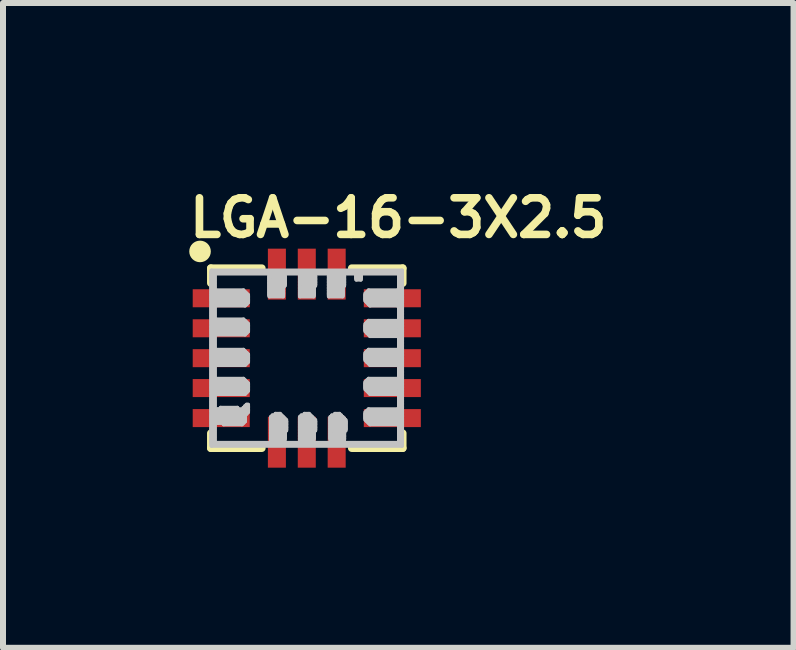
<source format=kicad_pcb>
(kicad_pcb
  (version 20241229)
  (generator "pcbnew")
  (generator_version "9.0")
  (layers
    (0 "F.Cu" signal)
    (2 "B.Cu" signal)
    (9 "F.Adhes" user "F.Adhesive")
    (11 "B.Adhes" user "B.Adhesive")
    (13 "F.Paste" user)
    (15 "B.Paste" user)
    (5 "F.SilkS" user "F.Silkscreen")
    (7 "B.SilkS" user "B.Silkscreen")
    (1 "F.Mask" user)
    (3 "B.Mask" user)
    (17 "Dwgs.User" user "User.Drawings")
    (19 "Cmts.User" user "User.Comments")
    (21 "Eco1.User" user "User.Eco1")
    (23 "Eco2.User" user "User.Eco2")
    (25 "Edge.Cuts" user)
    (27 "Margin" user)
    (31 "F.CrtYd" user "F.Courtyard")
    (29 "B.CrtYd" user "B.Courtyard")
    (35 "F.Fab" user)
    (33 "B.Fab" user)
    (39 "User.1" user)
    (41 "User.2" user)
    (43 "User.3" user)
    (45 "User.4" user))
  (footprint "LGA-16-3X2.5"
    (layer "F.Cu")
    (at 2.06 2.916)
    (property "Reference" "LGA-16-3X2.5" (at 1.524 -2.337 0) (layer "F.SilkS") (effects (font (size 0.61 0.61) (thickness 0.127))))
    (attr smd)
    (fp_line (start -1.598 -1.499) (end -1.598 -1.25) (stroke (width 0.127) (type solid)) (layer "F.SilkS"))
    (fp_line (start -1.598 1.499) (end -1.598 1.25) (stroke (width 0.127) (type solid)) (layer "F.SilkS"))
    (fp_line (start -0.749 -1.499) (end -1.598 -1.499) (stroke (width 0.127) (type solid)) (layer "F.SilkS"))
    (fp_line (start -0.749 1.499) (end -1.598 1.499) (stroke (width 0.127) (type solid)) (layer "F.SilkS"))
    (fp_line (start 0.749 -1.499) (end 1.598 -1.499) (stroke (width 0.127) (type solid)) (layer "F.SilkS"))
    (fp_line (start 0.749 1.499) (end 1.598 1.499) (stroke (width 0.127) (type solid)) (layer "F.SilkS"))
    (fp_line (start 1.598 -1.499) (end 1.598 -1.25) (stroke (width 0.127) (type solid)) (layer "F.SilkS"))
    (fp_line (start 1.598 1.499) (end 1.598 1.25) (stroke (width 0.127) (type solid)) (layer "F.SilkS"))
    (fp_circle (center -1.778 -1.778) (end -1.905 -1.905) (stroke (width 0) (type solid)) (fill yes) (layer "F.SilkS"))
    (fp_line (start -1.587 -1.46) (end 1.587 -1.46) (stroke (width 0.066) (type solid)) (layer "Dwgs.User"))
    (fp_line (start -1.587 -1.435) (end -1.587 -1.46) (stroke (width 0.066) (type solid)) (layer "Dwgs.User"))
    (fp_line (start -1.587 -1.435) (end 1.587 -1.435) (stroke (width 0.066) (type solid)) (layer "Dwgs.User"))
    (fp_line (start -1.587 -1.435) (end 1.587 -1.435) (stroke (width 0.066) (type solid)) (layer "Dwgs.User"))
    (fp_line (start -1.587 -1.41) (end -1.587 -1.435) (stroke (width 0.066) (type solid)) (layer "Dwgs.User"))
    (fp_line (start -1.587 -1.41) (end -1.537 -1.41) (stroke (width 0.066) (type solid)) (layer "Dwgs.User"))
    (fp_line (start -1.587 -1.41) (end 1.587 -1.41) (stroke (width 0.066) (type solid)) (layer "Dwgs.User"))
    (fp_line (start -1.587 -1.384) (end -1.587 -1.41) (stroke (width 0.066) (type solid)) (layer "Dwgs.User"))
    (fp_line (start -1.587 -1.384) (end -1.537 -1.384) (stroke (width 0.066) (type solid)) (layer "Dwgs.User"))
    (fp_line (start -1.587 -1.384) (end -1.537 -1.384) (stroke (width 0.066) (type solid)) (layer "Dwgs.User"))
    (fp_line (start -1.587 -1.359) (end -1.587 -1.384) (stroke (width 0.066) (type solid)) (layer "Dwgs.User"))
    (fp_line (start -1.587 -1.359) (end -1.537 -1.359) (stroke (width 0.066) (type solid)) (layer "Dwgs.User"))
    (fp_line (start -1.587 -1.359) (end -1.537 -1.359) (stroke (width 0.066) (type solid)) (layer "Dwgs.User"))
    (fp_line (start -1.587 -1.333) (end -1.587 -1.359) (stroke (width 0.066) (type solid)) (layer "Dwgs.User"))
    (fp_line (start -1.587 -1.333) (end -1.537 -1.333) (stroke (width 0.066) (type solid)) (layer "Dwgs.User"))
    (fp_line (start -1.587 -1.333) (end -1.537 -1.333) (stroke (width 0.066) (type solid)) (layer "Dwgs.User"))
    (fp_line (start -1.587 -1.308) (end -1.587 -1.333) (stroke (width 0.066) (type solid)) (layer "Dwgs.User"))
    (fp_line (start -1.587 -1.308) (end -1.537 -1.308) (stroke (width 0.066) (type solid)) (layer "Dwgs.User"))
    (fp_line (start -1.587 -1.308) (end -1.537 -1.308) (stroke (width 0.066) (type solid)) (layer "Dwgs.User"))
    (fp_line (start -1.587 -1.283) (end -1.587 -1.308) (stroke (width 0.066) (type solid)) (layer "Dwgs.User"))
    (fp_line (start -1.587 -1.283) (end -1.537 -1.283) (stroke (width 0.066) (type solid)) (layer "Dwgs.User"))
    (fp_line (start -1.587 -1.283) (end -1.537 -1.283) (stroke (width 0.066) (type solid)) (layer "Dwgs.User"))
    (fp_line (start -1.587 -1.257) (end -1.587 -1.283) (stroke (width 0.066) (type solid)) (layer "Dwgs.User"))
    (fp_line (start -1.587 -1.257) (end -1.537 -1.257) (stroke (width 0.066) (type solid)) (layer "Dwgs.User"))
    (fp_line (start -1.587 -1.257) (end -1.537 -1.257) (stroke (width 0.066) (type solid)) (layer "Dwgs.User"))
    (fp_line (start -1.587 -1.232) (end -1.587 -1.257) (stroke (width 0.066) (type solid)) (layer "Dwgs.User"))
    (fp_line (start -1.587 -1.232) (end -1.537 -1.232) (stroke (width 0.066) (type solid)) (layer "Dwgs.User"))
    (fp_line (start -1.587 -1.232) (end -1.537 -1.232) (stroke (width 0.066) (type solid)) (layer "Dwgs.User"))
    (fp_line (start -1.587 -1.206) (end -1.587 -1.232) (stroke (width 0.066) (type solid)) (layer "Dwgs.User"))
    (fp_line (start -1.587 -1.206) (end -1.537 -1.206) (stroke (width 0.066) (type solid)) (layer "Dwgs.User"))
    (fp_line (start -1.587 -1.206) (end -1.537 -1.206) (stroke (width 0.066) (type solid)) (layer "Dwgs.User"))
    (fp_line (start -1.587 -1.181) (end -1.587 -1.206) (stroke (width 0.066) (type solid)) (layer "Dwgs.User"))
    (fp_line (start -1.587 -1.181) (end -1.537 -1.181) (stroke (width 0.066) (type solid)) (layer "Dwgs.User"))
    (fp_line (start -1.587 -1.181) (end -1.537 -1.181) (stroke (width 0.066) (type solid)) (layer "Dwgs.User"))
    (fp_line (start -1.587 -1.156) (end -1.587 -1.181) (stroke (width 0.066) (type solid)) (layer "Dwgs.User"))
    (fp_line (start -1.587 -1.156) (end -1.537 -1.156) (stroke (width 0.066) (type solid)) (layer "Dwgs.User"))
    (fp_line (start -1.587 -1.156) (end -1.537 -1.156) (stroke (width 0.066) (type solid)) (layer "Dwgs.User"))
    (fp_line (start -1.587 -1.13) (end -1.587 -1.156) (stroke (width 0.066) (type solid)) (layer "Dwgs.User"))
    (fp_line (start -1.587 -1.13) (end -1.537 -1.13) (stroke (width 0.066) (type solid)) (layer "Dwgs.User"))
    (fp_line (start -1.587 -1.13) (end -1.537 -1.13) (stroke (width 0.066) (type solid)) (layer "Dwgs.User"))
    (fp_line (start -1.587 -1.102) (end -1.587 -1.13) (stroke (width 0.066) (type solid)) (layer "Dwgs.User"))
    (fp_line (start -1.587 -1.102) (end -1.537 -1.102) (stroke (width 0.066) (type solid)) (layer "Dwgs.User"))
    (fp_line (start -1.587 -1.102) (end -1.537 -1.102) (stroke (width 0.066) (type solid)) (layer "Dwgs.User"))
    (fp_line (start -1.587 -1.079) (end -1.587 -1.102) (stroke (width 0.066) (type solid)) (layer "Dwgs.User"))
    (fp_line (start -1.587 -1.079) (end -1.537 -1.079) (stroke (width 0.066) (type solid)) (layer "Dwgs.User"))
    (fp_line (start -1.587 -1.079) (end -1.537 -1.079) (stroke (width 0.066) (type solid)) (layer "Dwgs.User"))
    (fp_line (start -1.587 -1.054) (end -1.587 -1.079) (stroke (width 0.066) (type solid)) (layer "Dwgs.User"))
    (fp_line (start -1.587 -1.054) (end -1.537 -1.054) (stroke (width 0.066) (type solid)) (layer "Dwgs.User"))
    (fp_line (start -1.587 -1.054) (end -1.537 -1.054) (stroke (width 0.066) (type solid)) (layer "Dwgs.User"))
    (fp_line (start -1.587 -1.029) (end -1.587 -1.054) (stroke (width 0.066) (type solid)) (layer "Dwgs.User"))
    (fp_line (start -1.587 -1.029) (end -1.537 -1.029) (stroke (width 0.066) (type solid)) (layer "Dwgs.User"))
    (fp_line (start -1.587 -1.029) (end -1.537 -1.029) (stroke (width 0.066) (type solid)) (layer "Dwgs.User"))
    (fp_line (start -1.587 -1.003) (end -1.587 -1.029) (stroke (width 0.066) (type solid)) (layer "Dwgs.User"))
    (fp_line (start -1.587 -1.003) (end -1.537 -1.003) (stroke (width 0.066) (type solid)) (layer "Dwgs.User"))
    (fp_line (start -1.587 -1.003) (end -1.537 -1.003) (stroke (width 0.066) (type solid)) (layer "Dwgs.User"))
    (fp_line (start -1.587 -0.978) (end -1.587 -1.003) (stroke (width 0.066) (type solid)) (layer "Dwgs.User"))
    (fp_line (start -1.587 -0.978) (end -1.537 -0.978) (stroke (width 0.066) (type solid)) (layer "Dwgs.User"))
    (fp_line (start -1.587 -0.978) (end -1.537 -0.978) (stroke (width 0.066) (type solid)) (layer "Dwgs.User"))
    (fp_line (start -1.587 -0.953) (end -1.587 -0.978) (stroke (width 0.066) (type solid)) (layer "Dwgs.User"))
    (fp_line (start -1.587 -0.953) (end -1.537 -0.953) (stroke (width 0.066) (type solid)) (layer "Dwgs.User"))
    (fp_line (start -1.587 -0.953) (end -1.537 -0.953) (stroke (width 0.066) (type solid)) (layer "Dwgs.User"))
    (fp_line (start -1.587 -0.927) (end -1.587 -0.953) (stroke (width 0.066) (type solid)) (layer "Dwgs.User"))
    (fp_line (start -1.587 -0.927) (end -1.537 -0.927) (stroke (width 0.066) (type solid)) (layer "Dwgs.User"))
    (fp_line (start -1.587 -0.927) (end -1.537 -0.927) (stroke (width 0.066) (type solid)) (layer "Dwgs.User"))
    (fp_line (start -1.587 -0.899) (end -1.587 -0.927) (stroke (width 0.066) (type solid)) (layer "Dwgs.User"))
    (fp_line (start -1.587 -0.899) (end -1.537 -0.899) (stroke (width 0.066) (type solid)) (layer "Dwgs.User"))
    (fp_line (start -1.587 -0.899) (end -1.537 -0.899) (stroke (width 0.066) (type solid)) (layer "Dwgs.User"))
    (fp_line (start -1.587 -0.876) (end -1.587 -0.899) (stroke (width 0.066) (type solid)) (layer "Dwgs.User"))
    (fp_line (start -1.587 -0.876) (end -1.537 -0.876) (stroke (width 0.066) (type solid)) (layer "Dwgs.User"))
    (fp_line (start -1.587 -0.876) (end -1.537 -0.876) (stroke (width 0.066) (type solid)) (layer "Dwgs.User"))
    (fp_line (start -1.587 -0.851) (end -1.587 -0.876) (stroke (width 0.066) (type solid)) (layer "Dwgs.User"))
    (fp_line (start -1.587 -0.851) (end -1.537 -0.851) (stroke (width 0.066) (type solid)) (layer "Dwgs.User"))
    (fp_line (start -1.587 -0.851) (end -1.537 -0.851) (stroke (width 0.066) (type solid)) (layer "Dwgs.User"))
    (fp_line (start -1.587 -0.826) (end -1.587 -0.851) (stroke (width 0.066) (type solid)) (layer "Dwgs.User"))
    (fp_line (start -1.587 -0.826) (end -1.537 -0.826) (stroke (width 0.066) (type solid)) (layer "Dwgs.User"))
    (fp_line (start -1.587 -0.826) (end -1.537 -0.826) (stroke (width 0.066) (type solid)) (layer "Dwgs.User"))
    (fp_line (start -1.587 -0.8) (end -1.587 -0.826) (stroke (width 0.066) (type solid)) (layer "Dwgs.User"))
    (fp_line (start -1.587 -0.8) (end -1.537 -0.8) (stroke (width 0.066) (type solid)) (layer "Dwgs.User"))
    (fp_line (start -1.587 -0.8) (end -1.537 -0.8) (stroke (width 0.066) (type solid)) (layer "Dwgs.User"))
    (fp_line (start -1.587 -0.775) (end -1.587 -0.8) (stroke (width 0.066) (type solid)) (layer "Dwgs.User"))
    (fp_line (start -1.587 -0.775) (end -1.537 -0.775) (stroke (width 0.066) (type solid)) (layer "Dwgs.User"))
    (fp_line (start -1.587 -0.775) (end -1.537 -0.775) (stroke (width 0.066) (type solid)) (layer "Dwgs.User"))
    (fp_line (start -1.587 -0.749) (end -1.587 -0.775) (stroke (width 0.066) (type solid)) (layer "Dwgs.User"))
    (fp_line (start -1.587 -0.749) (end -1.537 -0.749) (stroke (width 0.066) (type solid)) (layer "Dwgs.User"))
    (fp_line (start -1.587 -0.749) (end -1.537 -0.749) (stroke (width 0.066) (type solid)) (layer "Dwgs.User"))
    (fp_line (start -1.587 -0.724) (end -1.587 -0.749) (stroke (width 0.066) (type solid)) (layer "Dwgs.User"))
    (fp_line (start -1.587 -0.724) (end -1.537 -0.724) (stroke (width 0.066) (type solid)) (layer "Dwgs.User"))
    (fp_line (start -1.587 -0.724) (end -1.537 -0.724) (stroke (width 0.066) (type solid)) (layer "Dwgs.User"))
    (fp_line (start -1.587 -0.699) (end -1.587 -0.724) (stroke (width 0.066) (type solid)) (layer "Dwgs.User"))
    (fp_line (start -1.587 -0.699) (end -1.537 -0.699) (stroke (width 0.066) (type solid)) (layer "Dwgs.User"))
    (fp_line (start -1.587 -0.699) (end -1.537 -0.699) (stroke (width 0.066) (type solid)) (layer "Dwgs.User"))
    (fp_line (start -1.587 -0.673) (end -1.587 -0.699) (stroke (width 0.066) (type solid)) (layer "Dwgs.User"))
    (fp_line (start -1.587 -0.673) (end -1.537 -0.673) (stroke (width 0.066) (type solid)) (layer "Dwgs.User"))
    (fp_line (start -1.587 -0.673) (end -1.537 -0.673) (stroke (width 0.066) (type solid)) (layer "Dwgs.User"))
    (fp_line (start -1.587 -0.645) (end -1.587 -0.673) (stroke (width 0.066) (type solid)) (layer "Dwgs.User"))
    (fp_line (start -1.587 -0.645) (end -1.537 -0.645) (stroke (width 0.066) (type solid)) (layer "Dwgs.User"))
    (fp_line (start -1.587 -0.645) (end -1.537 -0.645) (stroke (width 0.066) (type solid)) (layer "Dwgs.User"))
    (fp_line (start -1.587 -0.622) (end -1.587 -0.645) (stroke (width 0.066) (type solid)) (layer "Dwgs.User"))
    (fp_line (start -1.587 -0.622) (end -1.537 -0.622) (stroke (width 0.066) (type solid)) (layer "Dwgs.User"))
    (fp_line (start -1.587 -0.622) (end -1.537 -0.622) (stroke (width 0.066) (type solid)) (layer "Dwgs.User"))
    (fp_line (start -1.587 -0.597) (end -1.587 -0.622) (stroke (width 0.066) (type solid)) (layer "Dwgs.User"))
    (fp_line (start -1.587 -0.597) (end -1.537 -0.597) (stroke (width 0.066) (type solid)) (layer "Dwgs.User"))
    (fp_line (start -1.587 -0.597) (end -1.537 -0.597) (stroke (width 0.066) (type solid)) (layer "Dwgs.User"))
    (fp_line (start -1.587 -0.572) (end -1.587 -0.597) (stroke (width 0.066) (type solid)) (layer "Dwgs.User"))
    (fp_line (start -1.587 -0.572) (end -1.537 -0.572) (stroke (width 0.066) (type solid)) (layer "Dwgs.User"))
    (fp_line (start -1.587 -0.572) (end -1.537 -0.572) (stroke (width 0.066) (type solid)) (layer "Dwgs.User"))
    (fp_line (start -1.587 -0.544) (end -1.587 -0.572) (stroke (width 0.066) (type solid)) (layer "Dwgs.User"))
    (fp_line (start -1.587 -0.544) (end -1.537 -0.544) (stroke (width 0.066) (type solid)) (layer "Dwgs.User"))
    (fp_line (start -1.587 -0.544) (end -1.537 -0.544) (stroke (width 0.066) (type solid)) (layer "Dwgs.User"))
    (fp_line (start -1.587 -0.521) (end -1.587 -0.544) (stroke (width 0.066) (type solid)) (layer "Dwgs.User"))
    (fp_line (start -1.587 -0.521) (end -1.537 -0.521) (stroke (width 0.066) (type solid)) (layer "Dwgs.User"))
    (fp_line (start -1.587 -0.521) (end -1.537 -0.521) (stroke (width 0.066) (type solid)) (layer "Dwgs.User"))
    (fp_line (start -1.587 -0.495) (end -1.587 -0.521) (stroke (width 0.066) (type solid)) (layer "Dwgs.User"))
    (fp_line (start -1.587 -0.495) (end -1.537 -0.495) (stroke (width 0.066) (type solid)) (layer "Dwgs.User"))
    (fp_line (start -1.587 -0.495) (end -1.537 -0.495) (stroke (width 0.066) (type solid)) (layer "Dwgs.User"))
    (fp_line (start -1.587 -0.47) (end -1.587 -0.495) (stroke (width 0.066) (type solid)) (layer "Dwgs.User"))
    (fp_line (start -1.587 -0.47) (end -1.537 -0.47) (stroke (width 0.066) (type solid)) (layer "Dwgs.User"))
    (fp_line (start -1.587 -0.47) (end -1.537 -0.47) (stroke (width 0.066) (type solid)) (layer "Dwgs.User"))
    (fp_line (start -1.587 -0.445) (end -1.587 -0.47) (stroke (width 0.066) (type solid)) (layer "Dwgs.User"))
    (fp_line (start -1.587 -0.445) (end -1.537 -0.445) (stroke (width 0.066) (type solid)) (layer "Dwgs.User"))
    (fp_line (start -1.587 -0.445) (end -1.537 -0.445) (stroke (width 0.066) (type solid)) (layer "Dwgs.User"))
    (fp_line (start -1.587 -0.419) (end -1.587 -0.445) (stroke (width 0.066) (type solid)) (layer "Dwgs.User"))
    (fp_line (start -1.587 -0.419) (end -1.537 -0.419) (stroke (width 0.066) (type solid)) (layer "Dwgs.User"))
    (fp_line (start -1.587 -0.419) (end -1.537 -0.419) (stroke (width 0.066) (type solid)) (layer "Dwgs.User"))
    (fp_line (start -1.587 -0.394) (end -1.587 -0.419) (stroke (width 0.066) (type solid)) (layer "Dwgs.User"))
    (fp_line (start -1.587 -0.394) (end -1.537 -0.394) (stroke (width 0.066) (type solid)) (layer "Dwgs.User"))
    (fp_line (start -1.587 -0.394) (end -1.537 -0.394) (stroke (width 0.066) (type solid)) (layer "Dwgs.User"))
    (fp_line (start -1.587 -0.368) (end -1.587 -0.394) (stroke (width 0.066) (type solid)) (layer "Dwgs.User"))
    (fp_line (start -1.587 -0.368) (end -1.537 -0.368) (stroke (width 0.066) (type solid)) (layer "Dwgs.User"))
    (fp_line (start -1.587 -0.368) (end -1.537 -0.368) (stroke (width 0.066) (type solid)) (layer "Dwgs.User"))
    (fp_line (start -1.587 -0.343) (end -1.587 -0.368) (stroke (width 0.066) (type solid)) (layer "Dwgs.User"))
    (fp_line (start -1.587 -0.343) (end -1.537 -0.343) (stroke (width 0.066) (type solid)) (layer "Dwgs.User"))
    (fp_line (start -1.587 -0.343) (end -1.537 -0.343) (stroke (width 0.066) (type solid)) (layer "Dwgs.User"))
    (fp_line (start -1.587 -0.318) (end -1.587 -0.343) (stroke (width 0.066) (type solid)) (layer "Dwgs.User"))
    (fp_line (start -1.587 -0.318) (end -1.537 -0.318) (stroke (width 0.066) (type solid)) (layer "Dwgs.User"))
    (fp_line (start -1.587 -0.318) (end -1.537 -0.318) (stroke (width 0.066) (type solid)) (layer "Dwgs.User"))
    (fp_line (start -1.587 -0.292) (end -1.587 -0.318) (stroke (width 0.066) (type solid)) (layer "Dwgs.User"))
    (fp_line (start -1.587 -0.292) (end -1.537 -0.292) (stroke (width 0.066) (type solid)) (layer "Dwgs.User"))
    (fp_line (start -1.587 -0.292) (end -1.537 -0.292) (stroke (width 0.066) (type solid)) (layer "Dwgs.User"))
    (fp_line (start -1.587 -0.267) (end -1.587 -0.292) (stroke (width 0.066) (type solid)) (layer "Dwgs.User"))
    (fp_line (start -1.587 -0.267) (end -1.537 -0.267) (stroke (width 0.066) (type solid)) (layer "Dwgs.User"))
    (fp_line (start -1.587 -0.267) (end -1.537 -0.267) (stroke (width 0.066) (type solid)) (layer "Dwgs.User"))
    (fp_line (start -1.587 -0.241) (end -1.587 -0.267) (stroke (width 0.066) (type solid)) (layer "Dwgs.User"))
    (fp_line (start -1.587 -0.241) (end -1.537 -0.241) (stroke (width 0.066) (type solid)) (layer "Dwgs.User"))
    (fp_line (start -1.587 -0.241) (end -1.537 -0.241) (stroke (width 0.066) (type solid)) (layer "Dwgs.User"))
    (fp_line (start -1.587 -0.216) (end -1.587 -0.241) (stroke (width 0.066) (type solid)) (layer "Dwgs.User"))
    (fp_line (start -1.587 -0.216) (end -1.537 -0.216) (stroke (width 0.066) (type solid)) (layer "Dwgs.User"))
    (fp_line (start -1.587 -0.216) (end -1.537 -0.216) (stroke (width 0.066) (type solid)) (layer "Dwgs.User"))
    (fp_line (start -1.587 -0.191) (end -1.587 -0.216) (stroke (width 0.066) (type solid)) (layer "Dwgs.User"))
    (fp_line (start -1.587 -0.191) (end -1.537 -0.191) (stroke (width 0.066) (type solid)) (layer "Dwgs.User"))
    (fp_line (start -1.587 -0.191) (end -1.537 -0.191) (stroke (width 0.066) (type solid)) (layer "Dwgs.User"))
    (fp_line (start -1.587 -0.165) (end -1.587 -0.191) (stroke (width 0.066) (type solid)) (layer "Dwgs.User"))
    (fp_line (start -1.587 -0.165) (end -1.537 -0.165) (stroke (width 0.066) (type solid)) (layer "Dwgs.User"))
    (fp_line (start -1.587 -0.165) (end -1.537 -0.165) (stroke (width 0.066) (type solid)) (layer "Dwgs.User"))
    (fp_line (start -1.587 -0.14) (end -1.587 -0.165) (stroke (width 0.066) (type solid)) (layer "Dwgs.User"))
    (fp_line (start -1.587 -0.14) (end -1.537 -0.14) (stroke (width 0.066) (type solid)) (layer "Dwgs.User"))
    (fp_line (start -1.587 -0.14) (end -1.537 -0.14) (stroke (width 0.066) (type solid)) (layer "Dwgs.User"))
    (fp_line (start -1.587 -0.114) (end -1.587 -0.14) (stroke (width 0.066) (type solid)) (layer "Dwgs.User"))
    (fp_line (start -1.587 -0.114) (end -1.537 -0.114) (stroke (width 0.066) (type solid)) (layer "Dwgs.User"))
    (fp_line (start -1.587 -0.114) (end -1.537 -0.114) (stroke (width 0.066) (type solid)) (layer "Dwgs.User"))
    (fp_line (start -1.587 -0.089) (end -1.587 -0.114) (stroke (width 0.066) (type solid)) (layer "Dwgs.User"))
    (fp_line (start -1.587 -0.089) (end -1.537 -0.089) (stroke (width 0.066) (type solid)) (layer "Dwgs.User"))
    (fp_line (start -1.587 -0.089) (end -1.537 -0.089) (stroke (width 0.066) (type solid)) (layer "Dwgs.User"))
    (fp_line (start -1.587 -0.064) (end -1.587 -0.089) (stroke (width 0.066) (type solid)) (layer "Dwgs.User"))
    (fp_line (start -1.587 -0.064) (end -1.537 -0.064) (stroke (width 0.066) (type solid)) (layer "Dwgs.User"))
    (fp_line (start -1.587 -0.064) (end -1.537 -0.064) (stroke (width 0.066) (type solid)) (layer "Dwgs.User"))
    (fp_line (start -1.587 -0.038) (end -1.587 -0.064) (stroke (width 0.066) (type solid)) (layer "Dwgs.User"))
    (fp_line (start -1.587 -0.038) (end -1.537 -0.038) (stroke (width 0.066) (type solid)) (layer "Dwgs.User"))
    (fp_line (start -1.587 -0.038) (end -1.537 -0.038) (stroke (width 0.066) (type solid)) (layer "Dwgs.User"))
    (fp_line (start -1.587 -0.013) (end -1.587 -0.038) (stroke (width 0.066) (type solid)) (layer "Dwgs.User"))
    (fp_line (start -1.587 -0.013) (end -1.537 -0.013) (stroke (width 0.066) (type solid)) (layer "Dwgs.User"))
    (fp_line (start -1.587 -0.013) (end -1.537 -0.013) (stroke (width 0.066) (type solid)) (layer "Dwgs.User"))
    (fp_line (start -1.587 0.013) (end -1.587 -0.013) (stroke (width 0.066) (type solid)) (layer "Dwgs.User"))
    (fp_line (start -1.587 0.013) (end -1.537 0.013) (stroke (width 0.066) (type solid)) (layer "Dwgs.User"))
    (fp_line (start -1.587 0.013) (end -1.537 0.013) (stroke (width 0.066) (type solid)) (layer "Dwgs.User"))
    (fp_line (start -1.587 0.038) (end -1.587 0.013) (stroke (width 0.066) (type solid)) (layer "Dwgs.User"))
    (fp_line (start -1.587 0.038) (end -1.537 0.038) (stroke (width 0.066) (type solid)) (layer "Dwgs.User"))
    (fp_line (start -1.587 0.038) (end -1.537 0.038) (stroke (width 0.066) (type solid)) (layer "Dwgs.User"))
    (fp_line (start -1.587 0.064) (end -1.587 0.038) (stroke (width 0.066) (type solid)) (layer "Dwgs.User"))
    (fp_line (start -1.587 0.064) (end -1.537 0.064) (stroke (width 0.066) (type solid)) (layer "Dwgs.User"))
    (fp_line (start -1.587 0.064) (end -1.537 0.064) (stroke (width 0.066) (type solid)) (layer "Dwgs.User"))
    (fp_line (start -1.587 0.089) (end -1.587 0.064) (stroke (width 0.066) (type solid)) (layer "Dwgs.User"))
    (fp_line (start -1.587 0.089) (end -1.537 0.089) (stroke (width 0.066) (type solid)) (layer "Dwgs.User"))
    (fp_line (start -1.587 0.089) (end -1.537 0.089) (stroke (width 0.066) (type solid)) (layer "Dwgs.User"))
    (fp_line (start -1.587 0.114) (end -1.587 0.089) (stroke (width 0.066) (type solid)) (layer "Dwgs.User"))
    (fp_line (start -1.587 0.114) (end -1.537 0.114) (stroke (width 0.066) (type solid)) (layer "Dwgs.User"))
    (fp_line (start -1.587 0.114) (end -1.537 0.114) (stroke (width 0.066) (type solid)) (layer "Dwgs.User"))
    (fp_line (start -1.587 0.14) (end -1.587 0.114) (stroke (width 0.066) (type solid)) (layer "Dwgs.User"))
    (fp_line (start -1.587 0.14) (end -1.537 0.14) (stroke (width 0.066) (type solid)) (layer "Dwgs.User"))
    (fp_line (start -1.587 0.14) (end -1.537 0.14) (stroke (width 0.066) (type solid)) (layer "Dwgs.User"))
    (fp_line (start -1.587 0.165) (end -1.587 0.14) (stroke (width 0.066) (type solid)) (layer "Dwgs.User"))
    (fp_line (start -1.587 0.165) (end -1.537 0.165) (stroke (width 0.066) (type solid)) (layer "Dwgs.User"))
    (fp_line (start -1.587 0.165) (end -1.537 0.165) (stroke (width 0.066) (type solid)) (layer "Dwgs.User"))
    (fp_line (start -1.587 0.191) (end -1.587 0.165) (stroke (width 0.066) (type solid)) (layer "Dwgs.User"))
    (fp_line (start -1.587 0.191) (end -1.537 0.191) (stroke (width 0.066) (type solid)) (layer "Dwgs.User"))
    (fp_line (start -1.587 0.191) (end -1.537 0.191) (stroke (width 0.066) (type solid)) (layer "Dwgs.User"))
    (fp_line (start -1.587 0.216) (end -1.587 0.191) (stroke (width 0.066) (type solid)) (layer "Dwgs.User"))
    (fp_line (start -1.587 0.216) (end -1.537 0.216) (stroke (width 0.066) (type solid)) (layer "Dwgs.User"))
    (fp_line (start -1.587 0.216) (end -1.537 0.216) (stroke (width 0.066) (type solid)) (layer "Dwgs.User"))
    (fp_line (start -1.587 0.241) (end -1.587 0.216) (stroke (width 0.066) (type solid)) (layer "Dwgs.User"))
    (fp_line (start -1.587 0.241) (end -1.537 0.241) (stroke (width 0.066) (type solid)) (layer "Dwgs.User"))
    (fp_line (start -1.587 0.241) (end -1.537 0.241) (stroke (width 0.066) (type solid)) (layer "Dwgs.User"))
    (fp_line (start -1.587 0.267) (end -1.587 0.241) (stroke (width 0.066) (type solid)) (layer "Dwgs.User"))
    (fp_line (start -1.587 0.267) (end -1.537 0.267) (stroke (width 0.066) (type solid)) (layer "Dwgs.User"))
    (fp_line (start -1.587 0.267) (end -1.537 0.267) (stroke (width 0.066) (type solid)) (layer "Dwgs.User"))
    (fp_line (start -1.587 0.292) (end -1.587 0.267) (stroke (width 0.066) (type solid)) (layer "Dwgs.User"))
    (fp_line (start -1.587 0.292) (end -1.537 0.292) (stroke (width 0.066) (type solid)) (layer "Dwgs.User"))
    (fp_line (start -1.587 0.292) (end -1.537 0.292) (stroke (width 0.066) (type solid)) (layer "Dwgs.User"))
    (fp_line (start -1.587 0.318) (end -1.587 0.292) (stroke (width 0.066) (type solid)) (layer "Dwgs.User"))
    (fp_line (start -1.587 0.318) (end -1.537 0.318) (stroke (width 0.066) (type solid)) (layer "Dwgs.User"))
    (fp_line (start -1.587 0.318) (end -1.537 0.318) (stroke (width 0.066) (type solid)) (layer "Dwgs.User"))
    (fp_line (start -1.587 0.343) (end -1.587 0.318) (stroke (width 0.066) (type solid)) (layer "Dwgs.User"))
    (fp_line (start -1.587 0.343) (end -1.537 0.343) (stroke (width 0.066) (type solid)) (layer "Dwgs.User"))
    (fp_line (start -1.587 0.343) (end -1.537 0.343) (stroke (width 0.066) (type solid)) (layer "Dwgs.User"))
    (fp_line (start -1.587 0.368) (end -1.587 0.343) (stroke (width 0.066) (type solid)) (layer "Dwgs.User"))
    (fp_line (start -1.587 0.368) (end -1.537 0.368) (stroke (width 0.066) (type solid)) (layer "Dwgs.User"))
    (fp_line (start -1.587 0.368) (end -1.537 0.368) (stroke (width 0.066) (type solid)) (layer "Dwgs.User"))
    (fp_line (start -1.587 0.394) (end -1.587 0.368) (stroke (width 0.066) (type solid)) (layer "Dwgs.User"))
    (fp_line (start -1.587 0.394) (end -1.537 0.394) (stroke (width 0.066) (type solid)) (layer "Dwgs.User"))
    (fp_line (start -1.587 0.394) (end -1.537 0.394) (stroke (width 0.066) (type solid)) (layer "Dwgs.User"))
    (fp_line (start -1.587 0.419) (end -1.587 0.394) (stroke (width 0.066) (type solid)) (layer "Dwgs.User"))
    (fp_line (start -1.587 0.419) (end -1.537 0.419) (stroke (width 0.066) (type solid)) (layer "Dwgs.User"))
    (fp_line (start -1.587 0.419) (end -1.537 0.419) (stroke (width 0.066) (type solid)) (layer "Dwgs.User"))
    (fp_line (start -1.587 0.445) (end -1.587 0.419) (stroke (width 0.066) (type solid)) (layer "Dwgs.User"))
    (fp_line (start -1.587 0.445) (end -1.537 0.445) (stroke (width 0.066) (type solid)) (layer "Dwgs.User"))
    (fp_line (start -1.587 0.445) (end -1.537 0.445) (stroke (width 0.066) (type solid)) (layer "Dwgs.User"))
    (fp_line (start -1.587 0.47) (end -1.587 0.445) (stroke (width 0.066) (type solid)) (layer "Dwgs.User"))
    (fp_line (start -1.587 0.47) (end -1.537 0.47) (stroke (width 0.066) (type solid)) (layer "Dwgs.User"))
    (fp_line (start -1.587 0.47) (end -1.537 0.47) (stroke (width 0.066) (type solid)) (layer "Dwgs.User"))
    (fp_line (start -1.587 0.495) (end -1.587 0.47) (stroke (width 0.066) (type solid)) (layer "Dwgs.User"))
    (fp_line (start -1.587 0.495) (end -1.537 0.495) (stroke (width 0.066) (type solid)) (layer "Dwgs.User"))
    (fp_line (start -1.587 0.495) (end -1.537 0.495) (stroke (width 0.066) (type solid)) (layer "Dwgs.User"))
    (fp_line (start -1.587 0.521) (end -1.587 0.495) (stroke (width 0.066) (type solid)) (layer "Dwgs.User"))
    (fp_line (start -1.587 0.521) (end -1.537 0.521) (stroke (width 0.066) (type solid)) (layer "Dwgs.User"))
    (fp_line (start -1.587 0.521) (end -1.537 0.521) (stroke (width 0.066) (type solid)) (layer "Dwgs.User"))
    (fp_line (start -1.587 0.544) (end -1.587 0.521) (stroke (width 0.066) (type solid)) (layer "Dwgs.User"))
    (fp_line (start -1.587 0.544) (end -1.537 0.544) (stroke (width 0.066) (type solid)) (layer "Dwgs.User"))
    (fp_line (start -1.587 0.544) (end -1.537 0.544) (stroke (width 0.066) (type solid)) (layer "Dwgs.User"))
    (fp_line (start -1.587 0.572) (end -1.587 0.544) (stroke (width 0.066) (type solid)) (layer "Dwgs.User"))
    (fp_line (start -1.587 0.572) (end -1.537 0.572) (stroke (width 0.066) (type solid)) (layer "Dwgs.User"))
    (fp_line (start -1.587 0.572) (end -1.537 0.572) (stroke (width 0.066) (type solid)) (layer "Dwgs.User"))
    (fp_line (start -1.587 0.597) (end -1.587 0.572) (stroke (width 0.066) (type solid)) (layer "Dwgs.User"))
    (fp_line (start -1.587 0.597) (end -1.537 0.597) (stroke (width 0.066) (type solid)) (layer "Dwgs.User"))
    (fp_line (start -1.587 0.597) (end -1.537 0.597) (stroke (width 0.066) (type solid)) (layer "Dwgs.User"))
    (fp_line (start -1.587 0.622) (end -1.587 0.597) (stroke (width 0.066) (type solid)) (layer "Dwgs.User"))
    (fp_line (start -1.587 0.622) (end -1.537 0.622) (stroke (width 0.066) (type solid)) (layer "Dwgs.User"))
    (fp_line (start -1.587 0.622) (end -1.537 0.622) (stroke (width 0.066) (type solid)) (layer "Dwgs.User"))
    (fp_line (start -1.587 0.645) (end -1.587 0.622) (stroke (width 0.066) (type solid)) (layer "Dwgs.User"))
    (fp_line (start -1.587 0.645) (end -1.537 0.645) (stroke (width 0.066) (type solid)) (layer "Dwgs.User"))
    (fp_line (start -1.587 0.645) (end -1.537 0.645) (stroke (width 0.066) (type solid)) (layer "Dwgs.User"))
    (fp_line (start -1.587 0.673) (end -1.587 0.645) (stroke (width 0.066) (type solid)) (layer "Dwgs.User"))
    (fp_line (start -1.587 0.673) (end -1.537 0.673) (stroke (width 0.066) (type solid)) (layer "Dwgs.User"))
    (fp_line (start -1.587 0.673) (end -1.537 0.673) (stroke (width 0.066) (type solid)) (layer "Dwgs.User"))
    (fp_line (start -1.587 0.699) (end -1.587 0.673) (stroke (width 0.066) (type solid)) (layer "Dwgs.User"))
    (fp_line (start -1.587 0.699) (end -1.537 0.699) (stroke (width 0.066) (type solid)) (layer "Dwgs.User"))
    (fp_line (start -1.587 0.699) (end -1.537 0.699) (stroke (width 0.066) (type solid)) (layer "Dwgs.User"))
    (fp_line (start -1.587 0.724) (end -1.587 0.699) (stroke (width 0.066) (type solid)) (layer "Dwgs.User"))
    (fp_line (start -1.587 0.724) (end -1.537 0.724) (stroke (width 0.066) (type solid)) (layer "Dwgs.User"))
    (fp_line (start -1.587 0.724) (end -1.537 0.724) (stroke (width 0.066) (type solid)) (layer "Dwgs.User"))
    (fp_line (start -1.587 0.749) (end -1.587 0.724) (stroke (width 0.066) (type solid)) (layer "Dwgs.User"))
    (fp_line (start -1.587 0.749) (end -1.537 0.749) (stroke (width 0.066) (type solid)) (layer "Dwgs.User"))
    (fp_line (start -1.587 0.749) (end -1.537 0.749) (stroke (width 0.066) (type solid)) (layer "Dwgs.User"))
    (fp_line (start -1.587 0.775) (end -1.587 0.749) (stroke (width 0.066) (type solid)) (layer "Dwgs.User"))
    (fp_line (start -1.587 0.775) (end -1.537 0.775) (stroke (width 0.066) (type solid)) (layer "Dwgs.User"))
    (fp_line (start -1.587 0.775) (end -1.537 0.775) (stroke (width 0.066) (type solid)) (layer "Dwgs.User"))
    (fp_line (start -1.587 0.8) (end -1.587 0.775) (stroke (width 0.066) (type solid)) (layer "Dwgs.User"))
    (fp_line (start -1.587 0.8) (end -1.537 0.8) (stroke (width 0.066) (type solid)) (layer "Dwgs.User"))
    (fp_line (start -1.587 0.8) (end -1.537 0.8) (stroke (width 0.066) (type solid)) (layer "Dwgs.User"))
    (fp_line (start -1.587 0.826) (end -1.587 0.8) (stroke (width 0.066) (type solid)) (layer "Dwgs.User"))
    (fp_line (start -1.587 0.826) (end -1.537 0.826) (stroke (width 0.066) (type solid)) (layer "Dwgs.User"))
    (fp_line (start -1.587 0.826) (end -1.537 0.826) (stroke (width 0.066) (type solid)) (layer "Dwgs.User"))
    (fp_line (start -1.587 0.851) (end -1.587 0.826) (stroke (width 0.066) (type solid)) (layer "Dwgs.User"))
    (fp_line (start -1.587 0.851) (end -1.537 0.851) (stroke (width 0.066) (type solid)) (layer "Dwgs.User"))
    (fp_line (start -1.587 0.851) (end -1.537 0.851) (stroke (width 0.066) (type solid)) (layer "Dwgs.User"))
    (fp_line (start -1.587 0.876) (end -1.587 0.851) (stroke (width 0.066) (type solid)) (layer "Dwgs.User"))
    (fp_line (start -1.587 0.876) (end -1.537 0.876) (stroke (width 0.066) (type solid)) (layer "Dwgs.User"))
    (fp_line (start -1.587 0.876) (end -1.537 0.876) (stroke (width 0.066) (type solid)) (layer "Dwgs.User"))
    (fp_line (start -1.587 0.899) (end -1.587 0.876) (stroke (width 0.066) (type solid)) (layer "Dwgs.User"))
    (fp_line (start -1.587 0.899) (end -1.537 0.899) (stroke (width 0.066) (type solid)) (layer "Dwgs.User"))
    (fp_line (start -1.587 0.899) (end -1.537 0.899) (stroke (width 0.066) (type solid)) (layer "Dwgs.User"))
    (fp_line (start -1.587 0.927) (end -1.587 0.899) (stroke (width 0.066) (type solid)) (layer "Dwgs.User"))
    (fp_line (start -1.587 0.927) (end -1.537 0.927) (stroke (width 0.066) (type solid)) (layer "Dwgs.User"))
    (fp_line (start -1.587 0.927) (end -1.537 0.927) (stroke (width 0.066) (type solid)) (layer "Dwgs.User"))
    (fp_line (start -1.587 0.953) (end -1.587 0.927) (stroke (width 0.066) (type solid)) (layer "Dwgs.User"))
    (fp_line (start -1.587 0.953) (end -1.537 0.953) (stroke (width 0.066) (type solid)) (layer "Dwgs.User"))
    (fp_line (start -1.587 0.953) (end -1.537 0.953) (stroke (width 0.066) (type solid)) (layer "Dwgs.User"))
    (fp_line (start -1.587 0.978) (end -1.587 0.953) (stroke (width 0.066) (type solid)) (layer "Dwgs.User"))
    (fp_line (start -1.587 0.978) (end -1.537 0.978) (stroke (width 0.066) (type solid)) (layer "Dwgs.User"))
    (fp_line (start -1.587 0.978) (end -1.537 0.978) (stroke (width 0.066) (type solid)) (layer "Dwgs.User"))
    (fp_line (start -1.587 1.003) (end -1.587 0.978) (stroke (width 0.066) (type solid)) (layer "Dwgs.User"))
    (fp_line (start -1.587 1.003) (end -1.537 1.003) (stroke (width 0.066) (type solid)) (layer "Dwgs.User"))
    (fp_line (start -1.587 1.003) (end -1.537 1.003) (stroke (width 0.066) (type solid)) (layer "Dwgs.User"))
    (fp_line (start -1.587 1.029) (end -1.587 1.003) (stroke (width 0.066) (type solid)) (layer "Dwgs.User"))
    (fp_line (start -1.587 1.029) (end -1.537 1.029) (stroke (width 0.066) (type solid)) (layer "Dwgs.User"))
    (fp_line (start -1.587 1.029) (end -1.537 1.029) (stroke (width 0.066) (type solid)) (layer "Dwgs.User"))
    (fp_line (start -1.587 1.054) (end -1.587 1.029) (stroke (width 0.066) (type solid)) (layer "Dwgs.User"))
    (fp_line (start -1.587 1.054) (end -1.537 1.054) (stroke (width 0.066) (type solid)) (layer "Dwgs.User"))
    (fp_line (start -1.587 1.054) (end -1.537 1.054) (stroke (width 0.066) (type solid)) (layer "Dwgs.User"))
    (fp_line (start -1.587 1.079) (end -1.587 1.054) (stroke (width 0.066) (type solid)) (layer "Dwgs.User"))
    (fp_line (start -1.587 1.079) (end -1.537 1.079) (stroke (width 0.066) (type solid)) (layer "Dwgs.User"))
    (fp_line (start -1.587 1.079) (end -1.537 1.079) (stroke (width 0.066) (type solid)) (layer "Dwgs.User"))
    (fp_line (start -1.587 1.102) (end -1.587 1.079) (stroke (width 0.066) (type solid)) (layer "Dwgs.User"))
    (fp_line (start -1.587 1.102) (end -1.537 1.102) (stroke (width 0.066) (type solid)) (layer "Dwgs.User"))
    (fp_line (start -1.587 1.102) (end -1.537 1.102) (stroke (width 0.066) (type solid)) (layer "Dwgs.User"))
    (fp_line (start -1.587 1.13) (end -1.587 1.102) (stroke (width 0.066) (type solid)) (layer "Dwgs.User"))
    (fp_line (start -1.587 1.13) (end -1.537 1.13) (stroke (width 0.066) (type solid)) (layer "Dwgs.User"))
    (fp_line (start -1.587 1.13) (end -1.537 1.13) (stroke (width 0.066) (type solid)) (layer "Dwgs.User"))
    (fp_line (start -1.587 1.156) (end -1.587 1.13) (stroke (width 0.066) (type solid)) (layer "Dwgs.User"))
    (fp_line (start -1.587 1.156) (end -1.537 1.156) (stroke (width 0.066) (type solid)) (layer "Dwgs.User"))
    (fp_line (start -1.587 1.156) (end -1.537 1.156) (stroke (width 0.066) (type solid)) (layer "Dwgs.User"))
    (fp_line (start -1.587 1.181) (end -1.587 1.156) (stroke (width 0.066) (type solid)) (layer "Dwgs.User"))
    (fp_line (start -1.587 1.181) (end -1.537 1.181) (stroke (width 0.066) (type solid)) (layer "Dwgs.User"))
    (fp_line (start -1.587 1.181) (end -1.537 1.181) (stroke (width 0.066) (type solid)) (layer "Dwgs.User"))
    (fp_line (start -1.587 1.206) (end -1.587 1.181) (stroke (width 0.066) (type solid)) (layer "Dwgs.User"))
    (fp_line (start -1.587 1.206) (end -1.537 1.206) (stroke (width 0.066) (type solid)) (layer "Dwgs.User"))
    (fp_line (start -1.587 1.206) (end -1.537 1.206) (stroke (width 0.066) (type solid)) (layer "Dwgs.User"))
    (fp_line (start -1.587 1.232) (end -1.587 1.206) (stroke (width 0.066) (type solid)) (layer "Dwgs.User"))
    (fp_line (start -1.587 1.232) (end -1.537 1.232) (stroke (width 0.066) (type solid)) (layer "Dwgs.User"))
    (fp_line (start -1.587 1.232) (end -1.537 1.232) (stroke (width 0.066) (type solid)) (layer "Dwgs.User"))
    (fp_line (start -1.587 1.257) (end -1.587 1.232) (stroke (width 0.066) (type solid)) (layer "Dwgs.User"))
    (fp_line (start -1.587 1.257) (end -1.537 1.257) (stroke (width 0.066) (type solid)) (layer "Dwgs.User"))
    (fp_line (start -1.587 1.257) (end -1.537 1.257) (stroke (width 0.066) (type solid)) (layer "Dwgs.User"))
    (fp_line (start -1.587 1.283) (end -1.587 1.257) (stroke (width 0.066) (type solid)) (layer "Dwgs.User"))
    (fp_line (start -1.587 1.283) (end -1.537 1.283) (stroke (width 0.066) (type solid)) (layer "Dwgs.User"))
    (fp_line (start -1.587 1.283) (end -1.537 1.283) (stroke (width 0.066) (type solid)) (layer "Dwgs.User"))
    (fp_line (start -1.587 1.308) (end -1.587 1.283) (stroke (width 0.066) (type solid)) (layer "Dwgs.User"))
    (fp_line (start -1.587 1.308) (end -1.537 1.308) (stroke (width 0.066) (type solid)) (layer "Dwgs.User"))
    (fp_line (start -1.587 1.308) (end -1.537 1.308) (stroke (width 0.066) (type solid)) (layer "Dwgs.User"))
    (fp_line (start -1.587 1.333) (end -1.587 1.308) (stroke (width 0.066) (type solid)) (layer "Dwgs.User"))
    (fp_line (start -1.587 1.333) (end -1.537 1.333) (stroke (width 0.066) (type solid)) (layer "Dwgs.User"))
    (fp_line (start -1.587 1.333) (end -1.537 1.333) (stroke (width 0.066) (type solid)) (layer "Dwgs.User"))
    (fp_line (start -1.587 1.359) (end -1.587 1.333) (stroke (width 0.066) (type solid)) (layer "Dwgs.User"))
    (fp_line (start -1.587 1.359) (end -1.537 1.359) (stroke (width 0.066) (type solid)) (layer "Dwgs.User"))
    (fp_line (start -1.587 1.359) (end -1.537 1.359) (stroke (width 0.066) (type solid)) (layer "Dwgs.User"))
    (fp_line (start -1.587 1.384) (end -1.587 1.359) (stroke (width 0.066) (type solid)) (layer "Dwgs.User"))
    (fp_line (start -1.587 1.384) (end -1.537 1.384) (stroke (width 0.066) (type solid)) (layer "Dwgs.User"))
    (fp_line (start -1.587 1.384) (end -1.537 1.384) (stroke (width 0.066) (type solid)) (layer "Dwgs.User"))
    (fp_line (start -1.587 1.41) (end -1.587 1.384) (stroke (width 0.066) (type solid)) (layer "Dwgs.User"))
    (fp_line (start -1.587 1.41) (end -1.537 1.41) (stroke (width 0.066) (type solid)) (layer "Dwgs.User"))
    (fp_line (start -1.587 1.41) (end 1.587 1.41) (stroke (width 0.066) (type solid)) (layer "Dwgs.User"))
    (fp_line (start -1.587 1.435) (end -1.587 1.41) (stroke (width 0.066) (type solid)) (layer "Dwgs.User"))
    (fp_line (start -1.587 1.435) (end 1.587 1.435) (stroke (width 0.066) (type solid)) (layer "Dwgs.User"))
    (fp_line (start -1.587 1.435) (end 1.587 1.435) (stroke (width 0.066) (type solid)) (layer "Dwgs.User"))
    (fp_line (start -1.587 1.46) (end -1.587 1.435) (stroke (width 0.066) (type solid)) (layer "Dwgs.User"))
    (fp_line (start -1.587 1.46) (end 1.587 1.46) (stroke (width 0.066) (type solid)) (layer "Dwgs.User"))
    (fp_line (start -1.537 -1.384) (end -1.537 -1.41) (stroke (width 0.066) (type solid)) (layer "Dwgs.User"))
    (fp_line (start -1.537 -1.359) (end -1.537 -1.384) (stroke (width 0.066) (type solid)) (layer "Dwgs.User"))
    (fp_line (start -1.537 -1.333) (end -1.537 -1.359) (stroke (width 0.066) (type solid)) (layer "Dwgs.User"))
    (fp_line (start -1.537 -1.308) (end -1.537 -1.333) (stroke (width 0.066) (type solid)) (layer "Dwgs.User"))
    (fp_line (start -1.537 -1.283) (end -1.537 -1.308) (stroke (width 0.066) (type solid)) (layer "Dwgs.User"))
    (fp_line (start -1.537 -1.257) (end -1.537 -1.283) (stroke (width 0.066) (type solid)) (layer "Dwgs.User"))
    (fp_line (start -1.537 -1.232) (end -1.537 -1.257) (stroke (width 0.066) (type solid)) (layer "Dwgs.User"))
    (fp_line (start -1.537 -1.206) (end -1.537 -1.232) (stroke (width 0.066) (type solid)) (layer "Dwgs.User"))
    (fp_line (start -1.537 -1.181) (end -1.537 -1.206) (stroke (width 0.066) (type solid)) (layer "Dwgs.User"))
    (fp_line (start -1.537 -1.156) (end -1.537 -1.181) (stroke (width 0.066) (type solid)) (layer "Dwgs.User"))
    (fp_line (start -1.537 -1.13) (end -1.537 -1.156) (stroke (width 0.066) (type solid)) (layer "Dwgs.User"))
    (fp_line (start -1.537 -1.102) (end -1.537 -1.13) (stroke (width 0.066) (type solid)) (layer "Dwgs.User"))
    (fp_line (start -1.537 -1.079) (end -1.537 -1.102) (stroke (width 0.066) (type solid)) (layer "Dwgs.User"))
    (fp_line (start -1.537 -1.054) (end -1.537 -1.079) (stroke (width 0.066) (type solid)) (layer "Dwgs.User"))
    (fp_line (start -1.537 -1.029) (end -1.537 -1.054) (stroke (width 0.066) (type solid)) (layer "Dwgs.User"))
    (fp_line (start -1.537 -1.003) (end -1.537 -1.029) (stroke (width 0.066) (type solid)) (layer "Dwgs.User"))
    (fp_line (start -1.537 -0.978) (end -1.537 -1.003) (stroke (width 0.066) (type solid)) (layer "Dwgs.User"))
    (fp_line (start -1.537 -0.953) (end -1.537 -0.978) (stroke (width 0.066) (type solid)) (layer "Dwgs.User"))
    (fp_line (start -1.537 -0.927) (end -1.537 -0.953) (stroke (width 0.066) (type solid)) (layer "Dwgs.User"))
    (fp_line (start -1.537 -0.899) (end -1.537 -0.927) (stroke (width 0.066) (type solid)) (layer "Dwgs.User"))
    (fp_line (start -1.537 -0.876) (end -1.537 -0.899) (stroke (width 0.066) (type solid)) (layer "Dwgs.User"))
    (fp_line (start -1.537 -0.851) (end -1.537 -0.876) (stroke (width 0.066) (type solid)) (layer "Dwgs.User"))
    (fp_line (start -1.537 -0.826) (end -1.537 -0.851) (stroke (width 0.066) (type solid)) (layer "Dwgs.User"))
    (fp_line (start -1.537 -0.8) (end -1.537 -0.826) (stroke (width 0.066) (type solid)) (layer "Dwgs.User"))
    (fp_line (start -1.537 -0.775) (end -1.537 -0.8) (stroke (width 0.066) (type solid)) (layer "Dwgs.User"))
    (fp_line (start -1.537 -0.749) (end -1.537 -0.775) (stroke (width 0.066) (type solid)) (layer "Dwgs.User"))
    (fp_line (start -1.537 -0.724) (end -1.537 -0.749) (stroke (width 0.066) (type solid)) (layer "Dwgs.User"))
    (fp_line (start -1.537 -0.699) (end -1.537 -0.724) (stroke (width 0.066) (type solid)) (layer "Dwgs.User"))
    (fp_line (start -1.537 -0.673) (end -1.537 -0.699) (stroke (width 0.066) (type solid)) (layer "Dwgs.User"))
    (fp_line (start -1.537 -0.645) (end -1.537 -0.673) (stroke (width 0.066) (type solid)) (layer "Dwgs.User"))
    (fp_line (start -1.537 -0.622) (end -1.537 -0.645) (stroke (width 0.066) (type solid)) (layer "Dwgs.User"))
    (fp_line (start -1.537 -0.597) (end -1.537 -0.622) (stroke (width 0.066) (type solid)) (layer "Dwgs.User"))
    (fp_line (start -1.537 -0.572) (end -1.537 -0.597) (stroke (width 0.066) (type solid)) (layer "Dwgs.User"))
    (fp_line (start -1.537 -0.544) (end -1.537 -0.572) (stroke (width 0.066) (type solid)) (layer "Dwgs.User"))
    (fp_line (start -1.537 -0.521) (end -1.537 -0.544) (stroke (width 0.066) (type solid)) (layer "Dwgs.User"))
    (fp_line (start -1.537 -0.495) (end -1.537 -0.521) (stroke (width 0.066) (type solid)) (layer "Dwgs.User"))
    (fp_line (start -1.537 -0.47) (end -1.537 -0.495) (stroke (width 0.066) (type solid)) (layer "Dwgs.User"))
    (fp_line (start -1.537 -0.445) (end -1.537 -0.47) (stroke (width 0.066) (type solid)) (layer "Dwgs.User"))
    (fp_line (start -1.537 -0.419) (end -1.537 -0.445) (stroke (width 0.066) (type solid)) (layer "Dwgs.User"))
    (fp_line (start -1.537 -0.394) (end -1.537 -0.419) (stroke (width 0.066) (type solid)) (layer "Dwgs.User"))
    (fp_line (start -1.537 -0.368) (end -1.537 -0.394) (stroke (width 0.066) (type solid)) (layer "Dwgs.User"))
    (fp_line (start -1.537 -0.343) (end -1.537 -0.368) (stroke (width 0.066) (type solid)) (layer "Dwgs.User"))
    (fp_line (start -1.537 -0.318) (end -1.537 -0.343) (stroke (width 0.066) (type solid)) (layer "Dwgs.User"))
    (fp_line (start -1.537 -0.292) (end -1.537 -0.318) (stroke (width 0.066) (type solid)) (layer "Dwgs.User"))
    (fp_line (start -1.537 -0.267) (end -1.537 -0.292) (stroke (width 0.066) (type solid)) (layer "Dwgs.User"))
    (fp_line (start -1.537 -0.241) (end -1.537 -0.267) (stroke (width 0.066) (type solid)) (layer "Dwgs.User"))
    (fp_line (start -1.537 -0.216) (end -1.537 -0.241) (stroke (width 0.066) (type solid)) (layer "Dwgs.User"))
    (fp_line (start -1.537 -0.191) (end -1.537 -0.216) (stroke (width 0.066) (type solid)) (layer "Dwgs.User"))
    (fp_line (start -1.537 -0.165) (end -1.537 -0.191) (stroke (width 0.066) (type solid)) (layer "Dwgs.User"))
    (fp_line (start -1.537 -0.14) (end -1.537 -0.165) (stroke (width 0.066) (type solid)) (layer "Dwgs.User"))
    (fp_line (start -1.537 -0.114) (end -1.537 -0.14) (stroke (width 0.066) (type solid)) (layer "Dwgs.User"))
    (fp_line (start -1.537 -0.089) (end -1.537 -0.114) (stroke (width 0.066) (type solid)) (layer "Dwgs.User"))
    (fp_line (start -1.537 -0.064) (end -1.537 -0.089) (stroke (width 0.066) (type solid)) (layer "Dwgs.User"))
    (fp_line (start -1.537 -0.038) (end -1.537 -0.064) (stroke (width 0.066) (type solid)) (layer "Dwgs.User"))
    (fp_line (start -1.537 -0.013) (end -1.537 -0.038) (stroke (width 0.066) (type solid)) (layer "Dwgs.User"))
    (fp_line (start -1.537 0.013) (end -1.537 -0.013) (stroke (width 0.066) (type solid)) (layer "Dwgs.User"))
    (fp_line (start -1.537 0.038) (end -1.537 0.013) (stroke (width 0.066) (type solid)) (layer "Dwgs.User"))
    (fp_line (start -1.537 0.064) (end -1.537 0.038) (stroke (width 0.066) (type solid)) (layer "Dwgs.User"))
    (fp_line (start -1.537 0.089) (end -1.537 0.064) (stroke (width 0.066) (type solid)) (layer "Dwgs.User"))
    (fp_line (start -1.537 0.114) (end -1.537 0.089) (stroke (width 0.066) (type solid)) (layer "Dwgs.User"))
    (fp_line (start -1.537 0.14) (end -1.537 0.114) (stroke (width 0.066) (type solid)) (layer "Dwgs.User"))
    (fp_line (start -1.537 0.165) (end -1.537 0.14) (stroke (width 0.066) (type solid)) (layer "Dwgs.User"))
    (fp_line (start -1.537 0.191) (end -1.537 0.165) (stroke (width 0.066) (type solid)) (layer "Dwgs.User"))
    (fp_line (start -1.537 0.216) (end -1.537 0.191) (stroke (width 0.066) (type solid)) (layer "Dwgs.User"))
    (fp_line (start -1.537 0.241) (end -1.537 0.216) (stroke (width 0.066) (type solid)) (layer "Dwgs.User"))
    (fp_line (start -1.537 0.267) (end -1.537 0.241) (stroke (width 0.066) (type solid)) (layer "Dwgs.User"))
    (fp_line (start -1.537 0.292) (end -1.537 0.267) (stroke (width 0.066) (type solid)) (layer "Dwgs.User"))
    (fp_line (start -1.537 0.318) (end -1.537 0.292) (stroke (width 0.066) (type solid)) (layer "Dwgs.User"))
    (fp_line (start -1.537 0.343) (end -1.537 0.318) (stroke (width 0.066) (type solid)) (layer "Dwgs.User"))
    (fp_line (start -1.537 0.368) (end -1.537 0.343) (stroke (width 0.066) (type solid)) (layer "Dwgs.User"))
    (fp_line (start -1.537 0.394) (end -1.537 0.368) (stroke (width 0.066) (type solid)) (layer "Dwgs.User"))
    (fp_line (start -1.537 0.419) (end -1.537 0.394) (stroke (width 0.066) (type solid)) (layer "Dwgs.User"))
    (fp_line (start -1.537 0.445) (end -1.537 0.419) (stroke (width 0.066) (type solid)) (layer "Dwgs.User"))
    (fp_line (start -1.537 0.47) (end -1.537 0.445) (stroke (width 0.066) (type solid)) (layer "Dwgs.User"))
    (fp_line (start -1.537 0.495) (end -1.537 0.47) (stroke (width 0.066) (type solid)) (layer "Dwgs.User"))
    (fp_line (start -1.537 0.521) (end -1.537 0.495) (stroke (width 0.066) (type solid)) (layer "Dwgs.User"))
    (fp_line (start -1.537 0.544) (end -1.537 0.521) (stroke (width 0.066) (type solid)) (layer "Dwgs.User"))
    (fp_line (start -1.537 0.572) (end -1.537 0.544) (stroke (width 0.066) (type solid)) (layer "Dwgs.User"))
    (fp_line (start -1.537 0.597) (end -1.537 0.572) (stroke (width 0.066) (type solid)) (layer "Dwgs.User"))
    (fp_line (start -1.537 0.622) (end -1.537 0.597) (stroke (width 0.066) (type solid)) (layer "Dwgs.User"))
    (fp_line (start -1.537 0.645) (end -1.537 0.622) (stroke (width 0.066) (type solid)) (layer "Dwgs.User"))
    (fp_line (start -1.537 0.673) (end -1.537 0.645) (stroke (width 0.066) (type solid)) (layer "Dwgs.User"))
    (fp_line (start -1.537 0.699) (end -1.537 0.673) (stroke (width 0.066) (type solid)) (layer "Dwgs.User"))
    (fp_line (start -1.537 0.724) (end -1.537 0.699) (stroke (width 0.066) (type solid)) (layer "Dwgs.User"))
    (fp_line (start -1.537 0.749) (end -1.537 0.724) (stroke (width 0.066) (type solid)) (layer "Dwgs.User"))
    (fp_line (start -1.537 0.775) (end -1.537 0.749) (stroke (width 0.066) (type solid)) (layer "Dwgs.User"))
    (fp_line (start -1.537 0.8) (end -1.537 0.775) (stroke (width 0.066) (type solid)) (layer "Dwgs.User"))
    (fp_line (start -1.537 0.826) (end -1.537 0.8) (stroke (width 0.066) (type solid)) (layer "Dwgs.User"))
    (fp_line (start -1.537 0.851) (end -1.537 0.826) (stroke (width 0.066) (type solid)) (layer "Dwgs.User"))
    (fp_line (start -1.537 0.876) (end -1.537 0.851) (stroke (width 0.066) (type solid)) (layer "Dwgs.User"))
    (fp_line (start -1.537 0.899) (end -1.537 0.876) (stroke (width 0.066) (type solid)) (layer "Dwgs.User"))
    (fp_line (start -1.537 0.927) (end -1.537 0.899) (stroke (width 0.066) (type solid)) (layer "Dwgs.User"))
    (fp_line (start -1.537 0.953) (end -1.537 0.927) (stroke (width 0.066) (type solid)) (layer "Dwgs.User"))
    (fp_line (start -1.537 0.978) (end -1.537 0.953) (stroke (width 0.066) (type solid)) (layer "Dwgs.User"))
    (fp_line (start -1.537 1.003) (end -1.537 0.978) (stroke (width 0.066) (type solid)) (layer "Dwgs.User"))
    (fp_line (start -1.537 1.029) (end -1.537 1.003) (stroke (width 0.066) (type solid)) (layer "Dwgs.User"))
    (fp_line (start -1.537 1.054) (end -1.537 1.029) (stroke (width 0.066) (type solid)) (layer "Dwgs.User"))
    (fp_line (start -1.537 1.079) (end -1.537 1.054) (stroke (width 0.066) (type solid)) (layer "Dwgs.User"))
    (fp_line (start -1.537 1.102) (end -1.537 1.079) (stroke (width 0.066) (type solid)) (layer "Dwgs.User"))
    (fp_line (start -1.537 1.13) (end -1.537 1.102) (stroke (width 0.066) (type solid)) (layer "Dwgs.User"))
    (fp_line (start -1.537 1.156) (end -1.537 1.13) (stroke (width 0.066) (type solid)) (layer "Dwgs.User"))
    (fp_line (start -1.537 1.181) (end -1.537 1.156) (stroke (width 0.066) (type solid)) (layer "Dwgs.User"))
    (fp_line (start -1.537 1.206) (end -1.537 1.181) (stroke (width 0.066) (type solid)) (layer "Dwgs.User"))
    (fp_line (start -1.537 1.232) (end -1.537 1.206) (stroke (width 0.066) (type solid)) (layer "Dwgs.User"))
    (fp_line (start -1.537 1.257) (end -1.537 1.232) (stroke (width 0.066) (type solid)) (layer "Dwgs.User"))
    (fp_line (start -1.537 1.283) (end -1.537 1.257) (stroke (width 0.066) (type solid)) (layer "Dwgs.User"))
    (fp_line (start -1.537 1.308) (end -1.537 1.283) (stroke (width 0.066) (type solid)) (layer "Dwgs.User"))
    (fp_line (start -1.537 1.333) (end -1.537 1.308) (stroke (width 0.066) (type solid)) (layer "Dwgs.User"))
    (fp_line (start -1.537 1.359) (end -1.537 1.333) (stroke (width 0.066) (type solid)) (layer "Dwgs.User"))
    (fp_line (start -1.537 1.384) (end -1.537 1.359) (stroke (width 0.066) (type solid)) (layer "Dwgs.User"))
    (fp_line (start -1.537 1.41) (end -1.537 1.384) (stroke (width 0.066) (type solid)) (layer "Dwgs.User"))
    (fp_line (start -1.511 -1.13) (end -1.054 -1.13) (stroke (width 0.066) (type solid)) (layer "Dwgs.User"))
    (fp_line (start -1.511 -1.102) (end -1.511 -1.13) (stroke (width 0.066) (type solid)) (layer "Dwgs.User"))
    (fp_line (start -1.511 -1.102) (end -1.054 -1.102) (stroke (width 0.066) (type solid)) (layer "Dwgs.User"))
    (fp_line (start -1.511 -1.102) (end -1.029 -1.102) (stroke (width 0.066) (type solid)) (layer "Dwgs.User"))
    (fp_line (start -1.511 -1.079) (end -1.511 -1.102) (stroke (width 0.066) (type solid)) (layer "Dwgs.User"))
    (fp_line (start -1.511 -1.079) (end -1.029 -1.079) (stroke (width 0.066) (type solid)) (layer "Dwgs.User"))
    (fp_line (start -1.511 -1.079) (end -1.003 -1.079) (stroke (width 0.066) (type solid)) (layer "Dwgs.User"))
    (fp_line (start -1.511 -1.054) (end -1.511 -1.079) (stroke (width 0.066) (type solid)) (layer "Dwgs.User"))
    (fp_line (start -1.511 -1.054) (end -1.003 -1.054) (stroke (width 0.066) (type solid)) (layer "Dwgs.User"))
    (fp_line (start -1.511 -1.054) (end -0.978 -1.054) (stroke (width 0.066) (type solid)) (layer "Dwgs.User"))
    (fp_line (start -1.511 -1.029) (end -1.511 -1.054) (stroke (width 0.066) (type solid)) (layer "Dwgs.User"))
    (fp_line (start -1.511 -1.029) (end -0.978 -1.029) (stroke (width 0.066) (type solid)) (layer "Dwgs.User"))
    (fp_line (start -1.511 -1.029) (end -0.978 -1.029) (stroke (width 0.066) (type solid)) (layer "Dwgs.User"))
    (fp_line (start -1.511 -1.003) (end -1.511 -1.029) (stroke (width 0.066) (type solid)) (layer "Dwgs.User"))
    (fp_line (start -1.511 -1.003) (end -0.978 -1.003) (stroke (width 0.066) (type solid)) (layer "Dwgs.User"))
    (fp_line (start -1.511 -1.003) (end -0.978 -1.003) (stroke (width 0.066) (type solid)) (layer "Dwgs.User"))
    (fp_line (start -1.511 -0.978) (end -1.511 -1.003) (stroke (width 0.066) (type solid)) (layer "Dwgs.User"))
    (fp_line (start -1.511 -0.978) (end -0.978 -0.978) (stroke (width 0.066) (type solid)) (layer "Dwgs.User"))
    (fp_line (start -1.511 -0.978) (end -0.978 -0.978) (stroke (width 0.066) (type solid)) (layer "Dwgs.User"))
    (fp_line (start -1.511 -0.953) (end -1.511 -0.978) (stroke (width 0.066) (type solid)) (layer "Dwgs.User"))
    (fp_line (start -1.511 -0.953) (end -0.978 -0.953) (stroke (width 0.066) (type solid)) (layer "Dwgs.User"))
    (fp_line (start -1.511 -0.953) (end -0.978 -0.953) (stroke (width 0.066) (type solid)) (layer "Dwgs.User"))
    (fp_line (start -1.511 -0.927) (end -1.511 -0.953) (stroke (width 0.066) (type solid)) (layer "Dwgs.User"))
    (fp_line (start -1.511 -0.927) (end -1.003 -0.927) (stroke (width 0.066) (type solid)) (layer "Dwgs.User"))
    (fp_line (start -1.511 -0.927) (end -0.978 -0.927) (stroke (width 0.066) (type solid)) (layer "Dwgs.User"))
    (fp_line (start -1.511 -0.899) (end -1.511 -0.927) (stroke (width 0.066) (type solid)) (layer "Dwgs.User"))
    (fp_line (start -1.511 -0.899) (end -1.029 -0.899) (stroke (width 0.066) (type solid)) (layer "Dwgs.User"))
    (fp_line (start -1.511 -0.899) (end -1.003 -0.899) (stroke (width 0.066) (type solid)) (layer "Dwgs.User"))
    (fp_line (start -1.511 -0.876) (end -1.511 -0.899) (stroke (width 0.066) (type solid)) (layer "Dwgs.User"))
    (fp_line (start -1.511 -0.876) (end -1.029 -0.876) (stroke (width 0.066) (type solid)) (layer "Dwgs.User"))
    (fp_line (start -1.511 -0.645) (end -1.054 -0.645) (stroke (width 0.066) (type solid)) (layer "Dwgs.User"))
    (fp_line (start -1.511 -0.622) (end -1.511 -0.645) (stroke (width 0.066) (type solid)) (layer "Dwgs.User"))
    (fp_line (start -1.511 -0.622) (end -1.054 -0.622) (stroke (width 0.066) (type solid)) (layer "Dwgs.User"))
    (fp_line (start -1.511 -0.622) (end -1.029 -0.622) (stroke (width 0.066) (type solid)) (layer "Dwgs.User"))
    (fp_line (start -1.511 -0.597) (end -1.511 -0.622) (stroke (width 0.066) (type solid)) (layer "Dwgs.User"))
    (fp_line (start -1.511 -0.597) (end -1.029 -0.597) (stroke (width 0.066) (type solid)) (layer "Dwgs.User"))
    (fp_line (start -1.511 -0.597) (end -1.003 -0.597) (stroke (width 0.066) (type solid)) (layer "Dwgs.User"))
    (fp_line (start -1.511 -0.572) (end -1.511 -0.597) (stroke (width 0.066) (type solid)) (layer "Dwgs.User"))
    (fp_line (start -1.511 -0.572) (end -1.003 -0.572) (stroke (width 0.066) (type solid)) (layer "Dwgs.User"))
    (fp_line (start -1.511 -0.572) (end -0.978 -0.572) (stroke (width 0.066) (type solid)) (layer "Dwgs.User"))
    (fp_line (start -1.511 -0.544) (end -1.511 -0.572) (stroke (width 0.066) (type solid)) (layer "Dwgs.User"))
    (fp_line (start -1.511 -0.544) (end -0.978 -0.544) (stroke (width 0.066) (type solid)) (layer "Dwgs.User"))
    (fp_line (start -1.511 -0.544) (end -0.978 -0.544) (stroke (width 0.066) (type solid)) (layer "Dwgs.User"))
    (fp_line (start -1.511 -0.521) (end -1.511 -0.544) (stroke (width 0.066) (type solid)) (layer "Dwgs.User"))
    (fp_line (start -1.511 -0.521) (end -0.978 -0.521) (stroke (width 0.066) (type solid)) (layer "Dwgs.User"))
    (fp_line (start -1.511 -0.521) (end -0.978 -0.521) (stroke (width 0.066) (type solid)) (layer "Dwgs.User"))
    (fp_line (start -1.511 -0.495) (end -1.511 -0.521) (stroke (width 0.066) (type solid)) (layer "Dwgs.User"))
    (fp_line (start -1.511 -0.495) (end -0.978 -0.495) (stroke (width 0.066) (type solid)) (layer "Dwgs.User"))
    (fp_line (start -1.511 -0.495) (end -0.978 -0.495) (stroke (width 0.066) (type solid)) (layer "Dwgs.User"))
    (fp_line (start -1.511 -0.47) (end -1.511 -0.495) (stroke (width 0.066) (type solid)) (layer "Dwgs.User"))
    (fp_line (start -1.511 -0.47) (end -0.978 -0.47) (stroke (width 0.066) (type solid)) (layer "Dwgs.User"))
    (fp_line (start -1.511 -0.47) (end -0.978 -0.47) (stroke (width 0.066) (type solid)) (layer "Dwgs.User"))
    (fp_line (start -1.511 -0.445) (end -1.511 -0.47) (stroke (width 0.066) (type solid)) (layer "Dwgs.User"))
    (fp_line (start -1.511 -0.445) (end -1.003 -0.445) (stroke (width 0.066) (type solid)) (layer "Dwgs.User"))
    (fp_line (start -1.511 -0.445) (end -0.978 -0.445) (stroke (width 0.066) (type solid)) (layer "Dwgs.User"))
    (fp_line (start -1.511 -0.419) (end -1.511 -0.445) (stroke (width 0.066) (type solid)) (layer "Dwgs.User"))
    (fp_line (start -1.511 -0.419) (end -1.029 -0.419) (stroke (width 0.066) (type solid)) (layer "Dwgs.User"))
    (fp_line (start -1.511 -0.419) (end -1.003 -0.419) (stroke (width 0.066) (type solid)) (layer "Dwgs.User"))
    (fp_line (start -1.511 -0.394) (end -1.511 -0.419) (stroke (width 0.066) (type solid)) (layer "Dwgs.User"))
    (fp_line (start -1.511 -0.394) (end -1.029 -0.394) (stroke (width 0.066) (type solid)) (layer "Dwgs.User"))
    (fp_line (start -1.511 -0.14) (end -1.054 -0.14) (stroke (width 0.066) (type solid)) (layer "Dwgs.User"))
    (fp_line (start -1.511 -0.114) (end -1.511 -0.14) (stroke (width 0.066) (type solid)) (layer "Dwgs.User"))
    (fp_line (start -1.511 -0.114) (end -1.054 -0.114) (stroke (width 0.066) (type solid)) (layer "Dwgs.User"))
    (fp_line (start -1.511 -0.114) (end -1.029 -0.114) (stroke (width 0.066) (type solid)) (layer "Dwgs.User"))
    (fp_line (start -1.511 -0.089) (end -1.511 -0.114) (stroke (width 0.066) (type solid)) (layer "Dwgs.User"))
    (fp_line (start -1.511 -0.089) (end -1.029 -0.089) (stroke (width 0.066) (type solid)) (layer "Dwgs.User"))
    (fp_line (start -1.511 -0.089) (end -1.003 -0.089) (stroke (width 0.066) (type solid)) (layer "Dwgs.User"))
    (fp_line (start -1.511 -0.064) (end -1.511 -0.089) (stroke (width 0.066) (type solid)) (layer "Dwgs.User"))
    (fp_line (start -1.511 -0.064) (end -1.003 -0.064) (stroke (width 0.066) (type solid)) (layer "Dwgs.User"))
    (fp_line (start -1.511 -0.064) (end -0.978 -0.064) (stroke (width 0.066) (type solid)) (layer "Dwgs.User"))
    (fp_line (start -1.511 -0.038) (end -1.511 -0.064) (stroke (width 0.066) (type solid)) (layer "Dwgs.User"))
    (fp_line (start -1.511 -0.038) (end -0.978 -0.038) (stroke (width 0.066) (type solid)) (layer "Dwgs.User"))
    (fp_line (start -1.511 -0.038) (end -0.978 -0.038) (stroke (width 0.066) (type solid)) (layer "Dwgs.User"))
    (fp_line (start -1.511 -0.013) (end -1.511 -0.038) (stroke (width 0.066) (type solid)) (layer "Dwgs.User"))
    (fp_line (start -1.511 -0.013) (end -0.978 -0.013) (stroke (width 0.066) (type solid)) (layer "Dwgs.User"))
    (fp_line (start -1.511 -0.013) (end -0.978 -0.013) (stroke (width 0.066) (type solid)) (layer "Dwgs.User"))
    (fp_line (start -1.511 0.013) (end -1.511 -0.013) (stroke (width 0.066) (type solid)) (layer "Dwgs.User"))
    (fp_line (start -1.511 0.013) (end -0.978 0.013) (stroke (width 0.066) (type solid)) (layer "Dwgs.User"))
    (fp_line (start -1.511 0.013) (end -0.978 0.013) (stroke (width 0.066) (type solid)) (layer "Dwgs.User"))
    (fp_line (start -1.511 0.038) (end -1.511 0.013) (stroke (width 0.066) (type solid)) (layer "Dwgs.User"))
    (fp_line (start -1.511 0.038) (end -0.978 0.038) (stroke (width 0.066) (type solid)) (layer "Dwgs.User"))
    (fp_line (start -1.511 0.038) (end -0.978 0.038) (stroke (width 0.066) (type solid)) (layer "Dwgs.User"))
    (fp_line (start -1.511 0.064) (end -1.511 0.038) (stroke (width 0.066) (type solid)) (layer "Dwgs.User"))
    (fp_line (start -1.511 0.064) (end -1.003 0.064) (stroke (width 0.066) (type solid)) (layer "Dwgs.User"))
    (fp_line (start -1.511 0.064) (end -0.978 0.064) (stroke (width 0.066) (type solid)) (layer "Dwgs.User"))
    (fp_line (start -1.511 0.089) (end -1.511 0.064) (stroke (width 0.066) (type solid)) (layer "Dwgs.User"))
    (fp_line (start -1.511 0.089) (end -1.029 0.089) (stroke (width 0.066) (type solid)) (layer "Dwgs.User"))
    (fp_line (start -1.511 0.089) (end -1.003 0.089) (stroke (width 0.066) (type solid)) (layer "Dwgs.User"))
    (fp_line (start -1.511 0.114) (end -1.511 0.089) (stroke (width 0.066) (type solid)) (layer "Dwgs.User"))
    (fp_line (start -1.511 0.114) (end -1.029 0.114) (stroke (width 0.066) (type solid)) (layer "Dwgs.User"))
    (fp_line (start -1.511 0.343) (end -1.054 0.343) (stroke (width 0.066) (type solid)) (layer "Dwgs.User"))
    (fp_line (start -1.511 0.368) (end -1.511 0.343) (stroke (width 0.066) (type solid)) (layer "Dwgs.User"))
    (fp_line (start -1.511 0.368) (end -1.054 0.368) (stroke (width 0.066) (type solid)) (layer "Dwgs.User"))
    (fp_line (start -1.511 0.368) (end -1.029 0.368) (stroke (width 0.066) (type solid)) (layer "Dwgs.User"))
    (fp_line (start -1.511 0.394) (end -1.511 0.368) (stroke (width 0.066) (type solid)) (layer "Dwgs.User"))
    (fp_line (start -1.511 0.394) (end -1.029 0.394) (stroke (width 0.066) (type solid)) (layer "Dwgs.User"))
    (fp_line (start -1.511 0.394) (end -1.003 0.394) (stroke (width 0.066) (type solid)) (layer "Dwgs.User"))
    (fp_line (start -1.511 0.419) (end -1.511 0.394) (stroke (width 0.066) (type solid)) (layer "Dwgs.User"))
    (fp_line (start -1.511 0.419) (end -1.003 0.419) (stroke (width 0.066) (type solid)) (layer "Dwgs.User"))
    (fp_line (start -1.511 0.419) (end -0.978 0.419) (stroke (width 0.066) (type solid)) (layer "Dwgs.User"))
    (fp_line (start -1.511 0.445) (end -1.511 0.419) (stroke (width 0.066) (type solid)) (layer "Dwgs.User"))
    (fp_line (start -1.511 0.445) (end -0.978 0.445) (stroke (width 0.066) (type solid)) (layer "Dwgs.User"))
    (fp_line (start -1.511 0.445) (end -0.978 0.445) (stroke (width 0.066) (type solid)) (layer "Dwgs.User"))
    (fp_line (start -1.511 0.47) (end -1.511 0.445) (stroke (width 0.066) (type solid)) (layer "Dwgs.User"))
    (fp_line (start -1.511 0.47) (end -0.978 0.47) (stroke (width 0.066) (type solid)) (layer "Dwgs.User"))
    (fp_line (start -1.511 0.47) (end -0.978 0.47) (stroke (width 0.066) (type solid)) (layer "Dwgs.User"))
    (fp_line (start -1.511 0.495) (end -1.511 0.47) (stroke (width 0.066) (type solid)) (layer "Dwgs.User"))
    (fp_line (start -1.511 0.495) (end -0.978 0.495) (stroke (width 0.066) (type solid)) (layer "Dwgs.User"))
    (fp_line (start -1.511 0.495) (end -0.978 0.495) (stroke (width 0.066) (type solid)) (layer "Dwgs.User"))
    (fp_line (start -1.511 0.521) (end -1.511 0.495) (stroke (width 0.066) (type solid)) (layer "Dwgs.User"))
    (fp_line (start -1.511 0.521) (end -0.978 0.521) (stroke (width 0.066) (type solid)) (layer "Dwgs.User"))
    (fp_line (start -1.511 0.521) (end -0.978 0.521) (stroke (width 0.066) (type solid)) (layer "Dwgs.User"))
    (fp_line (start -1.511 0.544) (end -1.511 0.521) (stroke (width 0.066) (type solid)) (layer "Dwgs.User"))
    (fp_line (start -1.511 0.544) (end -1.003 0.544) (stroke (width 0.066) (type solid)) (layer "Dwgs.User"))
    (fp_line (start -1.511 0.544) (end -0.978 0.544) (stroke (width 0.066) (type solid)) (layer "Dwgs.User"))
    (fp_line (start -1.511 0.572) (end -1.511 0.544) (stroke (width 0.066) (type solid)) (layer "Dwgs.User"))
    (fp_line (start -1.511 0.572) (end -1.029 0.572) (stroke (width 0.066) (type solid)) (layer "Dwgs.User"))
    (fp_line (start -1.511 0.572) (end -1.003 0.572) (stroke (width 0.066) (type solid)) (layer "Dwgs.User"))
    (fp_line (start -1.511 0.597) (end -1.511 0.572) (stroke (width 0.066) (type solid)) (layer "Dwgs.User"))
    (fp_line (start -1.511 0.597) (end -1.029 0.597) (stroke (width 0.066) (type solid)) (layer "Dwgs.User"))
    (fp_line (start -1.486 0.851) (end -0.978 0.851) (stroke (width 0.066) (type solid)) (layer "Dwgs.User"))
    (fp_line (start -1.486 0.876) (end -1.486 0.851) (stroke (width 0.066) (type solid)) (layer "Dwgs.User"))
    (fp_line (start -1.486 0.876) (end -0.978 0.876) (stroke (width 0.066) (type solid)) (layer "Dwgs.User"))
    (fp_line (start -1.486 0.876) (end -0.978 0.876) (stroke (width 0.066) (type solid)) (layer "Dwgs.User"))
    (fp_line (start -1.486 0.899) (end -1.486 0.876) (stroke (width 0.066) (type solid)) (layer "Dwgs.User"))
    (fp_line (start -1.486 0.899) (end -1.003 0.899) (stroke (width 0.066) (type solid)) (layer "Dwgs.User"))
    (fp_line (start -1.486 0.899) (end -0.978 0.899) (stroke (width 0.066) (type solid)) (layer "Dwgs.User"))
    (fp_line (start -1.486 0.927) (end -1.486 0.899) (stroke (width 0.066) (type solid)) (layer "Dwgs.User"))
    (fp_line (start -1.486 0.927) (end -1.029 0.927) (stroke (width 0.066) (type solid)) (layer "Dwgs.User"))
    (fp_line (start -1.486 0.927) (end -1.003 0.927) (stroke (width 0.066) (type solid)) (layer "Dwgs.User"))
    (fp_line (start -1.486 0.953) (end -1.486 0.927) (stroke (width 0.066) (type solid)) (layer "Dwgs.User"))
    (fp_line (start -1.486 0.953) (end -1.029 0.953) (stroke (width 0.066) (type solid)) (layer "Dwgs.User"))
    (fp_line (start -1.486 0.953) (end -1.029 0.953) (stroke (width 0.066) (type solid)) (layer "Dwgs.User"))
    (fp_line (start -1.486 0.978) (end -1.486 0.953) (stroke (width 0.066) (type solid)) (layer "Dwgs.User"))
    (fp_line (start -1.486 0.978) (end -1.029 0.978) (stroke (width 0.066) (type solid)) (layer "Dwgs.User"))
    (fp_line (start -1.486 0.978) (end -1.029 0.978) (stroke (width 0.066) (type solid)) (layer "Dwgs.User"))
    (fp_line (start -1.486 1.003) (end -1.486 0.978) (stroke (width 0.066) (type solid)) (layer "Dwgs.User"))
    (fp_line (start -1.486 1.003) (end -1.029 1.003) (stroke (width 0.066) (type solid)) (layer "Dwgs.User"))
    (fp_line (start -1.486 1.003) (end -1.029 1.003) (stroke (width 0.066) (type solid)) (layer "Dwgs.User"))
    (fp_line (start -1.486 1.029) (end -1.486 1.003) (stroke (width 0.066) (type solid)) (layer "Dwgs.User"))
    (fp_line (start -1.486 1.029) (end -1.029 1.029) (stroke (width 0.066) (type solid)) (layer "Dwgs.User"))
    (fp_line (start -1.486 1.029) (end -1.029 1.029) (stroke (width 0.066) (type solid)) (layer "Dwgs.User"))
    (fp_line (start -1.486 1.054) (end -1.486 1.029) (stroke (width 0.066) (type solid)) (layer "Dwgs.User"))
    (fp_line (start -1.486 1.054) (end -1.054 1.054) (stroke (width 0.066) (type solid)) (layer "Dwgs.User"))
    (fp_line (start -1.486 1.054) (end -1.029 1.054) (stroke (width 0.066) (type solid)) (layer "Dwgs.User"))
    (fp_line (start -1.486 1.079) (end -1.486 1.054) (stroke (width 0.066) (type solid)) (layer "Dwgs.User"))
    (fp_line (start -1.486 1.079) (end -1.054 1.079) (stroke (width 0.066) (type solid)) (layer "Dwgs.User"))
    (fp_line (start -1.435 0.826) (end -1.156 0.826) (stroke (width 0.066) (type solid)) (layer "Dwgs.User"))
    (fp_line (start -1.435 0.851) (end -1.435 0.826) (stroke (width 0.066) (type solid)) (layer "Dwgs.User"))
    (fp_line (start -1.435 0.851) (end -1.156 0.851) (stroke (width 0.066) (type solid)) (layer "Dwgs.User"))
    (fp_line (start -1.384 1.079) (end -1.079 1.079) (stroke (width 0.066) (type solid)) (layer "Dwgs.User"))
    (fp_line (start -1.384 1.102) (end -1.384 1.079) (stroke (width 0.066) (type solid)) (layer "Dwgs.User"))
    (fp_line (start -1.384 1.102) (end -1.079 1.102) (stroke (width 0.066) (type solid)) (layer "Dwgs.User"))
    (fp_line (start -1.156 0.851) (end -1.156 0.826) (stroke (width 0.066) (type solid)) (layer "Dwgs.User"))
    (fp_line (start -1.079 1.102) (end -1.079 1.079) (stroke (width 0.066) (type solid)) (layer "Dwgs.User"))
    (fp_line (start -1.054 -1.102) (end -1.054 -1.13) (stroke (width 0.066) (type solid)) (layer "Dwgs.User"))
    (fp_line (start -1.054 -0.622) (end -1.054 -0.645) (stroke (width 0.066) (type solid)) (layer "Dwgs.User"))
    (fp_line (start -1.054 -0.114) (end -1.054 -0.14) (stroke (width 0.066) (type solid)) (layer "Dwgs.User"))
    (fp_line (start -1.054 0.368) (end -1.054 0.343) (stroke (width 0.066) (type solid)) (layer "Dwgs.User"))
    (fp_line (start -1.054 0.826) (end -0.978 0.826) (stroke (width 0.066) (type solid)) (layer "Dwgs.User"))
    (fp_line (start -1.054 0.851) (end -1.054 0.826) (stroke (width 0.066) (type solid)) (layer "Dwgs.User"))
    (fp_line (start -1.054 0.851) (end -0.978 0.851) (stroke (width 0.066) (type solid)) (layer "Dwgs.User"))
    (fp_line (start -1.054 1.079) (end -1.054 1.054) (stroke (width 0.066) (type solid)) (layer "Dwgs.User"))
    (fp_line (start -1.029 -1.079) (end -1.029 -1.102) (stroke (width 0.066) (type solid)) (layer "Dwgs.User"))
    (fp_line (start -1.029 -0.876) (end -1.029 -0.899) (stroke (width 0.066) (type solid)) (layer "Dwgs.User"))
    (fp_line (start -1.029 -0.597) (end -1.029 -0.622) (stroke (width 0.066) (type solid)) (layer "Dwgs.User"))
    (fp_line (start -1.029 -0.394) (end -1.029 -0.419) (stroke (width 0.066) (type solid)) (layer "Dwgs.User"))
    (fp_line (start -1.029 -0.089) (end -1.029 -0.114) (stroke (width 0.066) (type solid)) (layer "Dwgs.User"))
    (fp_line (start -1.029 0.114) (end -1.029 0.089) (stroke (width 0.066) (type solid)) (layer "Dwgs.User"))
    (fp_line (start -1.029 0.394) (end -1.029 0.368) (stroke (width 0.066) (type solid)) (layer "Dwgs.User"))
    (fp_line (start -1.029 0.597) (end -1.029 0.572) (stroke (width 0.066) (type solid)) (layer "Dwgs.User"))
    (fp_line (start -1.029 0.8) (end -0.978 0.8) (stroke (width 0.066) (type solid)) (layer "Dwgs.User"))
    (fp_line (start -1.029 0.826) (end -1.029 0.8) (stroke (width 0.066) (type solid)) (layer "Dwgs.User"))
    (fp_line (start -1.029 0.826) (end -0.978 0.826) (stroke (width 0.066) (type solid)) (layer "Dwgs.User"))
    (fp_line (start -1.029 0.953) (end -1.029 0.927) (stroke (width 0.066) (type solid)) (layer "Dwgs.User"))
    (fp_line (start -1.029 0.978) (end -1.029 0.953) (stroke (width 0.066) (type solid)) (layer "Dwgs.User"))
    (fp_line (start -1.029 1.003) (end -1.029 0.978) (stroke (width 0.066) (type solid)) (layer "Dwgs.User"))
    (fp_line (start -1.029 1.029) (end -1.029 1.003) (stroke (width 0.066) (type solid)) (layer "Dwgs.User"))
    (fp_line (start -1.029 1.054) (end -1.029 1.029) (stroke (width 0.066) (type solid)) (layer "Dwgs.User"))
    (fp_line (start -1.003 -1.054) (end -1.003 -1.079) (stroke (width 0.066) (type solid)) (layer "Dwgs.User"))
    (fp_line (start -1.003 -0.899) (end -1.003 -0.927) (stroke (width 0.066) (type solid)) (layer "Dwgs.User"))
    (fp_line (start -1.003 -0.572) (end -1.003 -0.597) (stroke (width 0.066) (type solid)) (layer "Dwgs.User"))
    (fp_line (start -1.003 -0.419) (end -1.003 -0.445) (stroke (width 0.066) (type solid)) (layer "Dwgs.User"))
    (fp_line (start -1.003 -0.064) (end -1.003 -0.089) (stroke (width 0.066) (type solid)) (layer "Dwgs.User"))
    (fp_line (start -1.003 0.089) (end -1.003 0.064) (stroke (width 0.066) (type solid)) (layer "Dwgs.User"))
    (fp_line (start -1.003 0.419) (end -1.003 0.394) (stroke (width 0.066) (type solid)) (layer "Dwgs.User"))
    (fp_line (start -1.003 0.572) (end -1.003 0.544) (stroke (width 0.066) (type solid)) (layer "Dwgs.User"))
    (fp_line (start -1.003 0.775) (end -0.978 0.775) (stroke (width 0.066) (type solid)) (layer "Dwgs.User"))
    (fp_line (start -1.003 0.8) (end -1.003 0.775) (stroke (width 0.066) (type solid)) (layer "Dwgs.User"))
    (fp_line (start -1.003 0.8) (end -0.978 0.8) (stroke (width 0.066) (type solid)) (layer "Dwgs.User"))
    (fp_line (start -1.003 0.927) (end -1.003 0.899) (stroke (width 0.066) (type solid)) (layer "Dwgs.User"))
    (fp_line (start -0.978 -1.029) (end -0.978 -1.054) (stroke (width 0.066) (type solid)) (layer "Dwgs.User"))
    (fp_line (start -0.978 -1.003) (end -0.978 -1.029) (stroke (width 0.066) (type solid)) (layer "Dwgs.User"))
    (fp_line (start -0.978 -0.978) (end -0.978 -1.003) (stroke (width 0.066) (type solid)) (layer "Dwgs.User"))
    (fp_line (start -0.978 -0.953) (end -0.978 -0.978) (stroke (width 0.066) (type solid)) (layer "Dwgs.User"))
    (fp_line (start -0.978 -0.927) (end -0.978 -0.953) (stroke (width 0.066) (type solid)) (layer "Dwgs.User"))
    (fp_line (start -0.978 -0.544) (end -0.978 -0.572) (stroke (width 0.066) (type solid)) (layer "Dwgs.User"))
    (fp_line (start -0.978 -0.521) (end -0.978 -0.544) (stroke (width 0.066) (type solid)) (layer "Dwgs.User"))
    (fp_line (start -0.978 -0.495) (end -0.978 -0.521) (stroke (width 0.066) (type solid)) (layer "Dwgs.User"))
    (fp_line (start -0.978 -0.47) (end -0.978 -0.495) (stroke (width 0.066) (type solid)) (layer "Dwgs.User"))
    (fp_line (start -0.978 -0.445) (end -0.978 -0.47) (stroke (width 0.066) (type solid)) (layer "Dwgs.User"))
    (fp_line (start -0.978 -0.038) (end -0.978 -0.064) (stroke (width 0.066) (type solid)) (layer "Dwgs.User"))
    (fp_line (start -0.978 -0.013) (end -0.978 -0.038) (stroke (width 0.066) (type solid)) (layer "Dwgs.User"))
    (fp_line (start -0.978 0.013) (end -0.978 -0.013) (stroke (width 0.066) (type solid)) (layer "Dwgs.User"))
    (fp_line (start -0.978 0.038) (end -0.978 0.013) (stroke (width 0.066) (type solid)) (layer "Dwgs.User"))
    (fp_line (start -0.978 0.064) (end -0.978 0.038) (stroke (width 0.066) (type solid)) (layer "Dwgs.User"))
    (fp_line (start -0.978 0.445) (end -0.978 0.419) (stroke (width 0.066) (type solid)) (layer "Dwgs.User"))
    (fp_line (start -0.978 0.47) (end -0.978 0.445) (stroke (width 0.066) (type solid)) (layer "Dwgs.User"))
    (fp_line (start -0.978 0.495) (end -0.978 0.47) (stroke (width 0.066) (type solid)) (layer "Dwgs.User"))
    (fp_line (start -0.978 0.521) (end -0.978 0.495) (stroke (width 0.066) (type solid)) (layer "Dwgs.User"))
    (fp_line (start -0.978 0.544) (end -0.978 0.521) (stroke (width 0.066) (type solid)) (layer "Dwgs.User"))
    (fp_line (start -0.978 0.8) (end -0.978 0.775) (stroke (width 0.066) (type solid)) (layer "Dwgs.User"))
    (fp_line (start -0.978 0.826) (end -0.978 0.8) (stroke (width 0.066) (type solid)) (layer "Dwgs.User"))
    (fp_line (start -0.978 0.851) (end -0.978 0.826) (stroke (width 0.066) (type solid)) (layer "Dwgs.User"))
    (fp_line (start -0.978 0.876) (end -0.978 0.851) (stroke (width 0.066) (type solid)) (layer "Dwgs.User"))
    (fp_line (start -0.978 0.899) (end -0.978 0.876) (stroke (width 0.066) (type solid)) (layer "Dwgs.User"))
    (fp_line (start -0.622 -1.384) (end -0.368 -1.384) (stroke (width 0.066) (type solid)) (layer "Dwgs.User"))
    (fp_line (start -0.622 -1.359) (end -0.622 -1.384) (stroke (width 0.066) (type solid)) (layer "Dwgs.User"))
    (fp_line (start -0.622 -1.359) (end -0.368 -1.359) (stroke (width 0.066) (type solid)) (layer "Dwgs.User"))
    (fp_line (start -0.622 -1.359) (end -0.368 -1.359) (stroke (width 0.066) (type solid)) (layer "Dwgs.User"))
    (fp_line (start -0.622 -1.333) (end -0.622 -1.359) (stroke (width 0.066) (type solid)) (layer "Dwgs.User"))
    (fp_line (start -0.622 -1.333) (end -0.368 -1.333) (stroke (width 0.066) (type solid)) (layer "Dwgs.User"))
    (fp_line (start -0.622 -1.333) (end -0.368 -1.333) (stroke (width 0.066) (type solid)) (layer "Dwgs.User"))
    (fp_line (start -0.622 -1.308) (end -0.622 -1.333) (stroke (width 0.066) (type solid)) (layer "Dwgs.User"))
    (fp_line (start -0.622 -1.308) (end -0.368 -1.308) (stroke (width 0.066) (type solid)) (layer "Dwgs.User"))
    (fp_line (start -0.622 -1.308) (end -0.368 -1.308) (stroke (width 0.066) (type solid)) (layer "Dwgs.User"))
    (fp_line (start -0.622 -1.283) (end -0.622 -1.308) (stroke (width 0.066) (type solid)) (layer "Dwgs.User"))
    (fp_line (start -0.622 -1.283) (end -0.368 -1.283) (stroke (width 0.066) (type solid)) (layer "Dwgs.User"))
    (fp_line (start -0.622 -1.283) (end -0.368 -1.283) (stroke (width 0.066) (type solid)) (layer "Dwgs.User"))
    (fp_line (start -0.622 -1.257) (end -0.622 -1.283) (stroke (width 0.066) (type solid)) (layer "Dwgs.User"))
    (fp_line (start -0.622 -1.257) (end -0.368 -1.257) (stroke (width 0.066) (type solid)) (layer "Dwgs.User"))
    (fp_line (start -0.622 -1.257) (end -0.368 -1.257) (stroke (width 0.066) (type solid)) (layer "Dwgs.User"))
    (fp_line (start -0.622 -1.232) (end -0.622 -1.257) (stroke (width 0.066) (type solid)) (layer "Dwgs.User"))
    (fp_line (start -0.622 -1.232) (end -0.368 -1.232) (stroke (width 0.066) (type solid)) (layer "Dwgs.User"))
    (fp_line (start -0.622 -1.232) (end -0.368 -1.232) (stroke (width 0.066) (type solid)) (layer "Dwgs.User"))
    (fp_line (start -0.622 -1.206) (end -0.622 -1.232) (stroke (width 0.066) (type solid)) (layer "Dwgs.User"))
    (fp_line (start -0.622 -1.206) (end -0.394 -1.206) (stroke (width 0.066) (type solid)) (layer "Dwgs.User"))
    (fp_line (start -0.622 -1.206) (end -0.368 -1.206) (stroke (width 0.066) (type solid)) (layer "Dwgs.User"))
    (fp_line (start -0.622 -1.181) (end -0.622 -1.206) (stroke (width 0.066) (type solid)) (layer "Dwgs.User"))
    (fp_line (start -0.622 -1.181) (end -0.394 -1.181) (stroke (width 0.066) (type solid)) (layer "Dwgs.User"))
    (fp_line (start -0.622 -1.181) (end -0.394 -1.181) (stroke (width 0.066) (type solid)) (layer "Dwgs.User"))
    (fp_line (start -0.622 -1.156) (end -0.622 -1.181) (stroke (width 0.066) (type solid)) (layer "Dwgs.User"))
    (fp_line (start -0.622 -1.156) (end -0.394 -1.156) (stroke (width 0.066) (type solid)) (layer "Dwgs.User"))
    (fp_line (start -0.622 -1.156) (end -0.394 -1.156) (stroke (width 0.066) (type solid)) (layer "Dwgs.User"))
    (fp_line (start -0.622 -1.13) (end -0.622 -1.156) (stroke (width 0.066) (type solid)) (layer "Dwgs.User"))
    (fp_line (start -0.622 -1.13) (end -0.394 -1.13) (stroke (width 0.066) (type solid)) (layer "Dwgs.User"))
    (fp_line (start -0.622 -1.13) (end -0.394 -1.13) (stroke (width 0.066) (type solid)) (layer "Dwgs.User"))
    (fp_line (start -0.622 -1.102) (end -0.622 -1.13) (stroke (width 0.066) (type solid)) (layer "Dwgs.User"))
    (fp_line (start -0.622 -1.102) (end -0.394 -1.102) (stroke (width 0.066) (type solid)) (layer "Dwgs.User"))
    (fp_line (start -0.622 -1.102) (end -0.394 -1.102) (stroke (width 0.066) (type solid)) (layer "Dwgs.User"))
    (fp_line (start -0.622 -1.079) (end -0.622 -1.102) (stroke (width 0.066) (type solid)) (layer "Dwgs.User"))
    (fp_line (start -0.622 -1.079) (end -0.394 -1.079) (stroke (width 0.066) (type solid)) (layer "Dwgs.User"))
    (fp_line (start -0.622 -1.079) (end -0.394 -1.079) (stroke (width 0.066) (type solid)) (layer "Dwgs.User"))
    (fp_line (start -0.622 -1.054) (end -0.622 -1.079) (stroke (width 0.066) (type solid)) (layer "Dwgs.User"))
    (fp_line (start -0.622 -1.054) (end -0.394 -1.054) (stroke (width 0.066) (type solid)) (layer "Dwgs.User"))
    (fp_line (start -0.622 -1.054) (end -0.394 -1.054) (stroke (width 0.066) (type solid)) (layer "Dwgs.User"))
    (fp_line (start -0.622 -1.029) (end -0.622 -1.054) (stroke (width 0.066) (type solid)) (layer "Dwgs.User"))
    (fp_line (start -0.622 -1.029) (end -0.394 -1.029) (stroke (width 0.066) (type solid)) (layer "Dwgs.User"))
    (fp_line (start -0.597 0.978) (end -0.394 0.978) (stroke (width 0.066) (type solid)) (layer "Dwgs.User"))
    (fp_line (start -0.597 1.003) (end -0.597 0.978) (stroke (width 0.066) (type solid)) (layer "Dwgs.User"))
    (fp_line (start -0.597 1.003) (end -0.394 1.003) (stroke (width 0.066) (type solid)) (layer "Dwgs.User"))
    (fp_line (start -0.597 1.003) (end -0.368 1.003) (stroke (width 0.066) (type solid)) (layer "Dwgs.User"))
    (fp_line (start -0.597 1.029) (end -0.597 1.003) (stroke (width 0.066) (type solid)) (layer "Dwgs.User"))
    (fp_line (start -0.597 1.029) (end -0.368 1.029) (stroke (width 0.066) (type solid)) (layer "Dwgs.User"))
    (fp_line (start -0.597 1.029) (end -0.343 1.029) (stroke (width 0.066) (type solid)) (layer "Dwgs.User"))
    (fp_line (start -0.597 1.054) (end -0.597 1.029) (stroke (width 0.066) (type solid)) (layer "Dwgs.User"))
    (fp_line (start -0.597 1.054) (end -0.343 1.054) (stroke (width 0.066) (type solid)) (layer "Dwgs.User"))
    (fp_line (start -0.597 1.054) (end -0.343 1.054) (stroke (width 0.066) (type solid)) (layer "Dwgs.User"))
    (fp_line (start -0.597 1.079) (end -0.597 1.054) (stroke (width 0.066) (type solid)) (layer "Dwgs.User"))
    (fp_line (start -0.597 1.079) (end -0.343 1.079) (stroke (width 0.066) (type solid)) (layer "Dwgs.User"))
    (fp_line (start -0.597 1.079) (end -0.343 1.079) (stroke (width 0.066) (type solid)) (layer "Dwgs.User"))
    (fp_line (start -0.597 1.102) (end -0.597 1.079) (stroke (width 0.066) (type solid)) (layer "Dwgs.User"))
    (fp_line (start -0.597 1.102) (end -0.343 1.102) (stroke (width 0.066) (type solid)) (layer "Dwgs.User"))
    (fp_line (start -0.597 1.102) (end -0.343 1.102) (stroke (width 0.066) (type solid)) (layer "Dwgs.User"))
    (fp_line (start -0.597 1.13) (end -0.597 1.102) (stroke (width 0.066) (type solid)) (layer "Dwgs.User"))
    (fp_line (start -0.597 1.13) (end -0.343 1.13) (stroke (width 0.066) (type solid)) (layer "Dwgs.User"))
    (fp_line (start -0.597 1.13) (end -0.343 1.13) (stroke (width 0.066) (type solid)) (layer "Dwgs.User"))
    (fp_line (start -0.597 1.156) (end -0.597 1.13) (stroke (width 0.066) (type solid)) (layer "Dwgs.User"))
    (fp_line (start -0.597 1.156) (end -0.343 1.156) (stroke (width 0.066) (type solid)) (layer "Dwgs.User"))
    (fp_line (start -0.597 1.156) (end -0.343 1.156) (stroke (width 0.066) (type solid)) (layer "Dwgs.User"))
    (fp_line (start -0.597 1.181) (end -0.597 1.156) (stroke (width 0.066) (type solid)) (layer "Dwgs.User"))
    (fp_line (start -0.597 1.181) (end -0.343 1.181) (stroke (width 0.066) (type solid)) (layer "Dwgs.User"))
    (fp_line (start -0.597 1.181) (end -0.343 1.181) (stroke (width 0.066) (type solid)) (layer "Dwgs.User"))
    (fp_line (start -0.597 1.206) (end -0.597 1.181) (stroke (width 0.066) (type solid)) (layer "Dwgs.User"))
    (fp_line (start -0.597 1.206) (end -0.368 1.206) (stroke (width 0.066) (type solid)) (layer "Dwgs.User"))
    (fp_line (start -0.597 1.206) (end -0.343 1.206) (stroke (width 0.066) (type solid)) (layer "Dwgs.User"))
    (fp_line (start -0.597 1.232) (end -0.597 1.206) (stroke (width 0.066) (type solid)) (layer "Dwgs.User"))
    (fp_line (start -0.597 1.232) (end -0.368 1.232) (stroke (width 0.066) (type solid)) (layer "Dwgs.User"))
    (fp_line (start -0.597 1.232) (end -0.368 1.232) (stroke (width 0.066) (type solid)) (layer "Dwgs.User"))
    (fp_line (start -0.597 1.257) (end -0.597 1.232) (stroke (width 0.066) (type solid)) (layer "Dwgs.User"))
    (fp_line (start -0.597 1.257) (end -0.368 1.257) (stroke (width 0.066) (type solid)) (layer "Dwgs.User"))
    (fp_line (start -0.597 1.257) (end -0.368 1.257) (stroke (width 0.066) (type solid)) (layer "Dwgs.User"))
    (fp_line (start -0.597 1.283) (end -0.597 1.257) (stroke (width 0.066) (type solid)) (layer "Dwgs.User"))
    (fp_line (start -0.597 1.283) (end -0.368 1.283) (stroke (width 0.066) (type solid)) (layer "Dwgs.User"))
    (fp_line (start -0.597 1.283) (end -0.368 1.283) (stroke (width 0.066) (type solid)) (layer "Dwgs.User"))
    (fp_line (start -0.597 1.308) (end -0.597 1.283) (stroke (width 0.066) (type solid)) (layer "Dwgs.User"))
    (fp_line (start -0.597 1.308) (end -0.368 1.308) (stroke (width 0.066) (type solid)) (layer "Dwgs.User"))
    (fp_line (start -0.597 1.308) (end -0.368 1.308) (stroke (width 0.066) (type solid)) (layer "Dwgs.User"))
    (fp_line (start -0.597 1.333) (end -0.597 1.308) (stroke (width 0.066) (type solid)) (layer "Dwgs.User"))
    (fp_line (start -0.597 1.333) (end -0.368 1.333) (stroke (width 0.066) (type solid)) (layer "Dwgs.User"))
    (fp_line (start -0.597 1.333) (end -0.368 1.333) (stroke (width 0.066) (type solid)) (layer "Dwgs.User"))
    (fp_line (start -0.597 1.359) (end -0.597 1.333) (stroke (width 0.066) (type solid)) (layer "Dwgs.User"))
    (fp_line (start -0.597 1.359) (end -0.368 1.359) (stroke (width 0.066) (type solid)) (layer "Dwgs.User"))
    (fp_line (start -0.572 0.953) (end -0.419 0.953) (stroke (width 0.066) (type solid)) (layer "Dwgs.User"))
    (fp_line (start -0.572 0.978) (end -0.572 0.953) (stroke (width 0.066) (type solid)) (layer "Dwgs.User"))
    (fp_line (start -0.572 0.978) (end -0.419 0.978) (stroke (width 0.066) (type solid)) (layer "Dwgs.User"))
    (fp_line (start -0.521 0.927) (end -0.445 0.927) (stroke (width 0.066) (type solid)) (layer "Dwgs.User"))
    (fp_line (start -0.521 0.953) (end -0.521 0.927) (stroke (width 0.066) (type solid)) (layer "Dwgs.User"))
    (fp_line (start -0.521 0.953) (end -0.445 0.953) (stroke (width 0.066) (type solid)) (layer "Dwgs.User"))
    (fp_line (start -0.445 0.953) (end -0.445 0.927) (stroke (width 0.066) (type solid)) (layer "Dwgs.User"))
    (fp_line (start -0.419 0.978) (end -0.419 0.953) (stroke (width 0.066) (type solid)) (layer "Dwgs.User"))
    (fp_line (start -0.394 -1.181) (end -0.394 -1.206) (stroke (width 0.066) (type solid)) (layer "Dwgs.User"))
    (fp_line (start -0.394 -1.156) (end -0.394 -1.181) (stroke (width 0.066) (type solid)) (layer "Dwgs.User"))
    (fp_line (start -0.394 -1.13) (end -0.394 -1.156) (stroke (width 0.066) (type solid)) (layer "Dwgs.User"))
    (fp_line (start -0.394 -1.102) (end -0.394 -1.13) (stroke (width 0.066) (type solid)) (layer "Dwgs.User"))
    (fp_line (start -0.394 -1.079) (end -0.394 -1.102) (stroke (width 0.066) (type solid)) (layer "Dwgs.User"))
    (fp_line (start -0.394 -1.054) (end -0.394 -1.079) (stroke (width 0.066) (type solid)) (layer "Dwgs.User"))
    (fp_line (start -0.394 -1.029) (end -0.394 -1.054) (stroke (width 0.066) (type solid)) (layer "Dwgs.User"))
    (fp_line (start -0.394 1.003) (end -0.394 0.978) (stroke (width 0.066) (type solid)) (layer "Dwgs.User"))
    (fp_line (start -0.368 -1.359) (end -0.368 -1.384) (stroke (width 0.066) (type solid)) (layer "Dwgs.User"))
    (fp_line (start -0.368 -1.333) (end -0.368 -1.359) (stroke (width 0.066) (type solid)) (layer "Dwgs.User"))
    (fp_line (start -0.368 -1.308) (end -0.368 -1.333) (stroke (width 0.066) (type solid)) (layer "Dwgs.User"))
    (fp_line (start -0.368 -1.283) (end -0.368 -1.308) (stroke (width 0.066) (type solid)) (layer "Dwgs.User"))
    (fp_line (start -0.368 -1.257) (end -0.368 -1.283) (stroke (width 0.066) (type solid)) (layer "Dwgs.User"))
    (fp_line (start -0.368 -1.232) (end -0.368 -1.257) (stroke (width 0.066) (type solid)) (layer "Dwgs.User"))
    (fp_line (start -0.368 -1.206) (end -0.368 -1.232) (stroke (width 0.066) (type solid)) (layer "Dwgs.User"))
    (fp_line (start -0.368 1.029) (end -0.368 1.003) (stroke (width 0.066) (type solid)) (layer "Dwgs.User"))
    (fp_line (start -0.368 1.232) (end -0.368 1.206) (stroke (width 0.066) (type solid)) (layer "Dwgs.User"))
    (fp_line (start -0.368 1.257) (end -0.368 1.232) (stroke (width 0.066) (type solid)) (layer "Dwgs.User"))
    (fp_line (start -0.368 1.283) (end -0.368 1.257) (stroke (width 0.066) (type solid)) (layer "Dwgs.User"))
    (fp_line (start -0.368 1.308) (end -0.368 1.283) (stroke (width 0.066) (type solid)) (layer "Dwgs.User"))
    (fp_line (start -0.368 1.333) (end -0.368 1.308) (stroke (width 0.066) (type solid)) (layer "Dwgs.User"))
    (fp_line (start -0.368 1.359) (end -0.368 1.333) (stroke (width 0.066) (type solid)) (layer "Dwgs.User"))
    (fp_line (start -0.343 1.054) (end -0.343 1.029) (stroke (width 0.066) (type solid)) (layer "Dwgs.User"))
    (fp_line (start -0.343 1.079) (end -0.343 1.054) (stroke (width 0.066) (type solid)) (layer "Dwgs.User"))
    (fp_line (start -0.343 1.102) (end -0.343 1.079) (stroke (width 0.066) (type solid)) (layer "Dwgs.User"))
    (fp_line (start -0.343 1.13) (end -0.343 1.102) (stroke (width 0.066) (type solid)) (layer "Dwgs.User"))
    (fp_line (start -0.343 1.156) (end -0.343 1.13) (stroke (width 0.066) (type solid)) (layer "Dwgs.User"))
    (fp_line (start -0.343 1.181) (end -0.343 1.156) (stroke (width 0.066) (type solid)) (layer "Dwgs.User"))
    (fp_line (start -0.343 1.206) (end -0.343 1.181) (stroke (width 0.066) (type solid)) (layer "Dwgs.User"))
    (fp_line (start -0.114 -1.384) (end 0.14 -1.384) (stroke (width 0.066) (type solid)) (layer "Dwgs.User"))
    (fp_line (start -0.114 -1.359) (end -0.114 -1.384) (stroke (width 0.066) (type solid)) (layer "Dwgs.User"))
    (fp_line (start -0.114 -1.359) (end 0.14 -1.359) (stroke (width 0.066) (type solid)) (layer "Dwgs.User"))
    (fp_line (start -0.114 -1.359) (end 0.14 -1.359) (stroke (width 0.066) (type solid)) (layer "Dwgs.User"))
    (fp_line (start -0.114 -1.333) (end -0.114 -1.359) (stroke (width 0.066) (type solid)) (layer "Dwgs.User"))
    (fp_line (start -0.114 -1.333) (end 0.14 -1.333) (stroke (width 0.066) (type solid)) (layer "Dwgs.User"))
    (fp_line (start -0.114 -1.333) (end 0.14 -1.333) (stroke (width 0.066) (type solid)) (layer "Dwgs.User"))
    (fp_line (start -0.114 -1.308) (end -0.114 -1.333) (stroke (width 0.066) (type solid)) (layer "Dwgs.User"))
    (fp_line (start -0.114 -1.308) (end 0.14 -1.308) (stroke (width 0.066) (type solid)) (layer "Dwgs.User"))
    (fp_line (start -0.114 -1.308) (end 0.14 -1.308) (stroke (width 0.066) (type solid)) (layer "Dwgs.User"))
    (fp_line (start -0.114 -1.283) (end -0.114 -1.308) (stroke (width 0.066) (type solid)) (layer "Dwgs.User"))
    (fp_line (start -0.114 -1.283) (end 0.14 -1.283) (stroke (width 0.066) (type solid)) (layer "Dwgs.User"))
    (fp_line (start -0.114 -1.283) (end 0.14 -1.283) (stroke (width 0.066) (type solid)) (layer "Dwgs.User"))
    (fp_line (start -0.114 -1.257) (end -0.114 -1.283) (stroke (width 0.066) (type solid)) (layer "Dwgs.User"))
    (fp_line (start -0.114 -1.257) (end 0.14 -1.257) (stroke (width 0.066) (type solid)) (layer "Dwgs.User"))
    (fp_line (start -0.114 -1.257) (end 0.14 -1.257) (stroke (width 0.066) (type solid)) (layer "Dwgs.User"))
    (fp_line (start -0.114 -1.232) (end -0.114 -1.257) (stroke (width 0.066) (type solid)) (layer "Dwgs.User"))
    (fp_line (start -0.114 -1.232) (end 0.14 -1.232) (stroke (width 0.066) (type solid)) (layer "Dwgs.User"))
    (fp_line (start -0.114 -1.232) (end 0.14 -1.232) (stroke (width 0.066) (type solid)) (layer "Dwgs.User"))
    (fp_line (start -0.114 -1.206) (end -0.114 -1.232) (stroke (width 0.066) (type solid)) (layer "Dwgs.User"))
    (fp_line (start -0.114 -1.206) (end 0.114 -1.206) (stroke (width 0.066) (type solid)) (layer "Dwgs.User"))
    (fp_line (start -0.114 -1.206) (end 0.14 -1.206) (stroke (width 0.066) (type solid)) (layer "Dwgs.User"))
    (fp_line (start -0.114 -1.181) (end -0.114 -1.206) (stroke (width 0.066) (type solid)) (layer "Dwgs.User"))
    (fp_line (start -0.114 -1.181) (end 0.114 -1.181) (stroke (width 0.066) (type solid)) (layer "Dwgs.User"))
    (fp_line (start -0.114 -1.181) (end 0.114 -1.181) (stroke (width 0.066) (type solid)) (layer "Dwgs.User"))
    (fp_line (start -0.114 -1.156) (end -0.114 -1.181) (stroke (width 0.066) (type solid)) (layer "Dwgs.User"))
    (fp_line (start -0.114 -1.156) (end 0.114 -1.156) (stroke (width 0.066) (type solid)) (layer "Dwgs.User"))
    (fp_line (start -0.114 -1.156) (end 0.114 -1.156) (stroke (width 0.066) (type solid)) (layer "Dwgs.User"))
    (fp_line (start -0.114 -1.13) (end -0.114 -1.156) (stroke (width 0.066) (type solid)) (layer "Dwgs.User"))
    (fp_line (start -0.114 -1.13) (end 0.114 -1.13) (stroke (width 0.066) (type solid)) (layer "Dwgs.User"))
    (fp_line (start -0.114 -1.13) (end 0.114 -1.13) (stroke (width 0.066) (type solid)) (layer "Dwgs.User"))
    (fp_line (start -0.114 -1.102) (end -0.114 -1.13) (stroke (width 0.066) (type solid)) (layer "Dwgs.User"))
    (fp_line (start -0.114 -1.102) (end 0.114 -1.102) (stroke (width 0.066) (type solid)) (layer "Dwgs.User"))
    (fp_line (start -0.114 -1.102) (end 0.114 -1.102) (stroke (width 0.066) (type solid)) (layer "Dwgs.User"))
    (fp_line (start -0.114 -1.079) (end -0.114 -1.102) (stroke (width 0.066) (type solid)) (layer "Dwgs.User"))
    (fp_line (start -0.114 -1.079) (end 0.114 -1.079) (stroke (width 0.066) (type solid)) (layer "Dwgs.User"))
    (fp_line (start -0.114 -1.079) (end 0.114 -1.079) (stroke (width 0.066) (type solid)) (layer "Dwgs.User"))
    (fp_line (start -0.114 -1.054) (end -0.114 -1.079) (stroke (width 0.066) (type solid)) (layer "Dwgs.User"))
    (fp_line (start -0.114 -1.054) (end 0.114 -1.054) (stroke (width 0.066) (type solid)) (layer "Dwgs.User"))
    (fp_line (start -0.114 -1.054) (end 0.114 -1.054) (stroke (width 0.066) (type solid)) (layer "Dwgs.User"))
    (fp_line (start -0.114 -1.029) (end -0.114 -1.054) (stroke (width 0.066) (type solid)) (layer "Dwgs.User"))
    (fp_line (start -0.114 -1.029) (end 0.114 -1.029) (stroke (width 0.066) (type solid)) (layer "Dwgs.User"))
    (fp_line (start -0.114 0.978) (end 0.089 0.978) (stroke (width 0.066) (type solid)) (layer "Dwgs.User"))
    (fp_line (start -0.114 1.003) (end -0.114 0.978) (stroke (width 0.066) (type solid)) (layer "Dwgs.User"))
    (fp_line (start -0.114 1.003) (end 0.089 1.003) (stroke (width 0.066) (type solid)) (layer "Dwgs.User"))
    (fp_line (start -0.114 1.003) (end 0.114 1.003) (stroke (width 0.066) (type solid)) (layer "Dwgs.User"))
    (fp_line (start -0.114 1.029) (end -0.114 1.003) (stroke (width 0.066) (type solid)) (layer "Dwgs.User"))
    (fp_line (start -0.114 1.029) (end 0.114 1.029) (stroke (width 0.066) (type solid)) (layer "Dwgs.User"))
    (fp_line (start -0.114 1.029) (end 0.14 1.029) (stroke (width 0.066) (type solid)) (layer "Dwgs.User"))
    (fp_line (start -0.114 1.054) (end -0.114 1.029) (stroke (width 0.066) (type solid)) (layer "Dwgs.User"))
    (fp_line (start -0.114 1.054) (end 0.14 1.054) (stroke (width 0.066) (type solid)) (layer "Dwgs.User"))
    (fp_line (start -0.114 1.054) (end 0.14 1.054) (stroke (width 0.066) (type solid)) (layer "Dwgs.User"))
    (fp_line (start -0.114 1.079) (end -0.114 1.054) (stroke (width 0.066) (type solid)) (layer "Dwgs.User"))
    (fp_line (start -0.114 1.079) (end 0.14 1.079) (stroke (width 0.066) (type solid)) (layer "Dwgs.User"))
    (fp_line (start -0.114 1.079) (end 0.14 1.079) (stroke (width 0.066) (type solid)) (layer "Dwgs.User"))
    (fp_line (start -0.114 1.102) (end -0.114 1.079) (stroke (width 0.066) (type solid)) (layer "Dwgs.User"))
    (fp_line (start -0.114 1.102) (end 0.14 1.102) (stroke (width 0.066) (type solid)) (layer "Dwgs.User"))
    (fp_line (start -0.114 1.102) (end 0.14 1.102) (stroke (width 0.066) (type solid)) (layer "Dwgs.User"))
    (fp_line (start -0.114 1.13) (end -0.114 1.102) (stroke (width 0.066) (type solid)) (layer "Dwgs.User"))
    (fp_line (start -0.114 1.13) (end 0.14 1.13) (stroke (width 0.066) (type solid)) (layer "Dwgs.User"))
    (fp_line (start -0.114 1.13) (end 0.14 1.13) (stroke (width 0.066) (type solid)) (layer "Dwgs.User"))
    (fp_line (start -0.114 1.156) (end -0.114 1.13) (stroke (width 0.066) (type solid)) (layer "Dwgs.User"))
    (fp_line (start -0.114 1.156) (end 0.14 1.156) (stroke (width 0.066) (type solid)) (layer "Dwgs.User"))
    (fp_line (start -0.114 1.156) (end 0.14 1.156) (stroke (width 0.066) (type solid)) (layer "Dwgs.User"))
    (fp_line (start -0.114 1.181) (end -0.114 1.156) (stroke (width 0.066) (type solid)) (layer "Dwgs.User"))
    (fp_line (start -0.114 1.181) (end 0.14 1.181) (stroke (width 0.066) (type solid)) (layer "Dwgs.User"))
    (fp_line (start -0.114 1.181) (end 0.14 1.181) (stroke (width 0.066) (type solid)) (layer "Dwgs.User"))
    (fp_line (start -0.114 1.206) (end -0.114 1.181) (stroke (width 0.066) (type solid)) (layer "Dwgs.User"))
    (fp_line (start -0.114 1.206) (end 0.114 1.206) (stroke (width 0.066) (type solid)) (layer "Dwgs.User"))
    (fp_line (start -0.114 1.206) (end 0.14 1.206) (stroke (width 0.066) (type solid)) (layer "Dwgs.User"))
    (fp_line (start -0.114 1.232) (end -0.114 1.206) (stroke (width 0.066) (type solid)) (layer "Dwgs.User"))
    (fp_line (start -0.114 1.232) (end 0.114 1.232) (stroke (width 0.066) (type solid)) (layer "Dwgs.User"))
    (fp_line (start -0.114 1.232) (end 0.114 1.232) (stroke (width 0.066) (type solid)) (layer "Dwgs.User"))
    (fp_line (start -0.114 1.257) (end -0.114 1.232) (stroke (width 0.066) (type solid)) (layer "Dwgs.User"))
    (fp_line (start -0.114 1.257) (end 0.114 1.257) (stroke (width 0.066) (type solid)) (layer "Dwgs.User"))
    (fp_line (start -0.114 1.257) (end 0.114 1.257) (stroke (width 0.066) (type solid)) (layer "Dwgs.User"))
    (fp_line (start -0.114 1.283) (end -0.114 1.257) (stroke (width 0.066) (type solid)) (layer "Dwgs.User"))
    (fp_line (start -0.114 1.283) (end 0.114 1.283) (stroke (width 0.066) (type solid)) (layer "Dwgs.User"))
    (fp_line (start -0.114 1.283) (end 0.114 1.283) (stroke (width 0.066) (type solid)) (layer "Dwgs.User"))
    (fp_line (start -0.114 1.308) (end -0.114 1.283) (stroke (width 0.066) (type solid)) (layer "Dwgs.User"))
    (fp_line (start -0.114 1.308) (end 0.114 1.308) (stroke (width 0.066) (type solid)) (layer "Dwgs.User"))
    (fp_line (start -0.114 1.308) (end 0.114 1.308) (stroke (width 0.066) (type solid)) (layer "Dwgs.User"))
    (fp_line (start -0.114 1.333) (end -0.114 1.308) (stroke (width 0.066) (type solid)) (layer "Dwgs.User"))
    (fp_line (start -0.114 1.333) (end 0.114 1.333) (stroke (width 0.066) (type solid)) (layer "Dwgs.User"))
    (fp_line (start -0.114 1.333) (end 0.114 1.333) (stroke (width 0.066) (type solid)) (layer "Dwgs.User"))
    (fp_line (start -0.114 1.359) (end -0.114 1.333) (stroke (width 0.066) (type solid)) (layer "Dwgs.User"))
    (fp_line (start -0.114 1.359) (end 0.114 1.359) (stroke (width 0.066) (type solid)) (layer "Dwgs.User"))
    (fp_line (start -0.089 0.953) (end 0.064 0.953) (stroke (width 0.066) (type solid)) (layer "Dwgs.User"))
    (fp_line (start -0.089 0.978) (end -0.089 0.953) (stroke (width 0.066) (type solid)) (layer "Dwgs.User"))
    (fp_line (start -0.089 0.978) (end 0.064 0.978) (stroke (width 0.066) (type solid)) (layer "Dwgs.User"))
    (fp_line (start -0.038 0.927) (end 0.038 0.927) (stroke (width 0.066) (type solid)) (layer "Dwgs.User"))
    (fp_line (start -0.038 0.953) (end -0.038 0.927) (stroke (width 0.066) (type solid)) (layer "Dwgs.User"))
    (fp_line (start -0.038 0.953) (end 0.038 0.953) (stroke (width 0.066) (type solid)) (layer "Dwgs.User"))
    (fp_line (start 0.038 0.953) (end 0.038 0.927) (stroke (width 0.066) (type solid)) (layer "Dwgs.User"))
    (fp_line (start 0.064 0.978) (end 0.064 0.953) (stroke (width 0.066) (type solid)) (layer "Dwgs.User"))
    (fp_line (start 0.089 1.003) (end 0.089 0.978) (stroke (width 0.066) (type solid)) (layer "Dwgs.User"))
    (fp_line (start 0.114 -1.181) (end 0.114 -1.206) (stroke (width 0.066) (type solid)) (layer "Dwgs.User"))
    (fp_line (start 0.114 -1.156) (end 0.114 -1.181) (stroke (width 0.066) (type solid)) (layer "Dwgs.User"))
    (fp_line (start 0.114 -1.13) (end 0.114 -1.156) (stroke (width 0.066) (type solid)) (layer "Dwgs.User"))
    (fp_line (start 0.114 -1.102) (end 0.114 -1.13) (stroke (width 0.066) (type solid)) (layer "Dwgs.User"))
    (fp_line (start 0.114 -1.079) (end 0.114 -1.102) (stroke (width 0.066) (type solid)) (layer "Dwgs.User"))
    (fp_line (start 0.114 -1.054) (end 0.114 -1.079) (stroke (width 0.066) (type solid)) (layer "Dwgs.User"))
    (fp_line (start 0.114 -1.029) (end 0.114 -1.054) (stroke (width 0.066) (type solid)) (layer "Dwgs.User"))
    (fp_line (start 0.114 1.029) (end 0.114 1.003) (stroke (width 0.066) (type solid)) (layer "Dwgs.User"))
    (fp_line (start 0.114 1.232) (end 0.114 1.206) (stroke (width 0.066) (type solid)) (layer "Dwgs.User"))
    (fp_line (start 0.114 1.257) (end 0.114 1.232) (stroke (width 0.066) (type solid)) (layer "Dwgs.User"))
    (fp_line (start 0.114 1.283) (end 0.114 1.257) (stroke (width 0.066) (type solid)) (layer "Dwgs.User"))
    (fp_line (start 0.114 1.308) (end 0.114 1.283) (stroke (width 0.066) (type solid)) (layer "Dwgs.User"))
    (fp_line (start 0.114 1.333) (end 0.114 1.308) (stroke (width 0.066) (type solid)) (layer "Dwgs.User"))
    (fp_line (start 0.114 1.359) (end 0.114 1.333) (stroke (width 0.066) (type solid)) (layer "Dwgs.User"))
    (fp_line (start 0.14 -1.359) (end 0.14 -1.384) (stroke (width 0.066) (type solid)) (layer "Dwgs.User"))
    (fp_line (start 0.14 -1.333) (end 0.14 -1.359) (stroke (width 0.066) (type solid)) (layer "Dwgs.User"))
    (fp_line (start 0.14 -1.308) (end 0.14 -1.333) (stroke (width 0.066) (type solid)) (layer "Dwgs.User"))
    (fp_line (start 0.14 -1.283) (end 0.14 -1.308) (stroke (width 0.066) (type solid)) (layer "Dwgs.User"))
    (fp_line (start 0.14 -1.257) (end 0.14 -1.283) (stroke (width 0.066) (type solid)) (layer "Dwgs.User"))
    (fp_line (start 0.14 -1.232) (end 0.14 -1.257) (stroke (width 0.066) (type solid)) (layer "Dwgs.User"))
    (fp_line (start 0.14 -1.206) (end 0.14 -1.232) (stroke (width 0.066) (type solid)) (layer "Dwgs.User"))
    (fp_line (start 0.14 1.054) (end 0.14 1.029) (stroke (width 0.066) (type solid)) (layer "Dwgs.User"))
    (fp_line (start 0.14 1.079) (end 0.14 1.054) (stroke (width 0.066) (type solid)) (layer "Dwgs.User"))
    (fp_line (start 0.14 1.102) (end 0.14 1.079) (stroke (width 0.066) (type solid)) (layer "Dwgs.User"))
    (fp_line (start 0.14 1.13) (end 0.14 1.102) (stroke (width 0.066) (type solid)) (layer "Dwgs.User"))
    (fp_line (start 0.14 1.156) (end 0.14 1.13) (stroke (width 0.066) (type solid)) (layer "Dwgs.User"))
    (fp_line (start 0.14 1.181) (end 0.14 1.156) (stroke (width 0.066) (type solid)) (layer "Dwgs.User"))
    (fp_line (start 0.14 1.206) (end 0.14 1.181) (stroke (width 0.066) (type solid)) (layer "Dwgs.User"))
    (fp_line (start 0.368 -1.384) (end 0.622 -1.384) (stroke (width 0.066) (type solid)) (layer "Dwgs.User"))
    (fp_line (start 0.368 -1.359) (end 0.368 -1.384) (stroke (width 0.066) (type solid)) (layer "Dwgs.User"))
    (fp_line (start 0.368 -1.359) (end 0.622 -1.359) (stroke (width 0.066) (type solid)) (layer "Dwgs.User"))
    (fp_line (start 0.368 -1.359) (end 0.622 -1.359) (stroke (width 0.066) (type solid)) (layer "Dwgs.User"))
    (fp_line (start 0.368 -1.333) (end 0.368 -1.359) (stroke (width 0.066) (type solid)) (layer "Dwgs.User"))
    (fp_line (start 0.368 -1.333) (end 0.622 -1.333) (stroke (width 0.066) (type solid)) (layer "Dwgs.User"))
    (fp_line (start 0.368 -1.333) (end 0.622 -1.333) (stroke (width 0.066) (type solid)) (layer "Dwgs.User"))
    (fp_line (start 0.368 -1.308) (end 0.368 -1.333) (stroke (width 0.066) (type solid)) (layer "Dwgs.User"))
    (fp_line (start 0.368 -1.308) (end 0.622 -1.308) (stroke (width 0.066) (type solid)) (layer "Dwgs.User"))
    (fp_line (start 0.368 -1.308) (end 0.622 -1.308) (stroke (width 0.066) (type solid)) (layer "Dwgs.User"))
    (fp_line (start 0.368 -1.283) (end 0.368 -1.308) (stroke (width 0.066) (type solid)) (layer "Dwgs.User"))
    (fp_line (start 0.368 -1.283) (end 0.622 -1.283) (stroke (width 0.066) (type solid)) (layer "Dwgs.User"))
    (fp_line (start 0.368 -1.283) (end 0.622 -1.283) (stroke (width 0.066) (type solid)) (layer "Dwgs.User"))
    (fp_line (start 0.368 -1.257) (end 0.368 -1.283) (stroke (width 0.066) (type solid)) (layer "Dwgs.User"))
    (fp_line (start 0.368 -1.257) (end 0.622 -1.257) (stroke (width 0.066) (type solid)) (layer "Dwgs.User"))
    (fp_line (start 0.368 -1.257) (end 0.622 -1.257) (stroke (width 0.066) (type solid)) (layer "Dwgs.User"))
    (fp_line (start 0.368 -1.232) (end 0.368 -1.257) (stroke (width 0.066) (type solid)) (layer "Dwgs.User"))
    (fp_line (start 0.368 -1.232) (end 0.622 -1.232) (stroke (width 0.066) (type solid)) (layer "Dwgs.User"))
    (fp_line (start 0.368 -1.232) (end 0.622 -1.232) (stroke (width 0.066) (type solid)) (layer "Dwgs.User"))
    (fp_line (start 0.368 -1.206) (end 0.368 -1.232) (stroke (width 0.066) (type solid)) (layer "Dwgs.User"))
    (fp_line (start 0.368 -1.206) (end 0.597 -1.206) (stroke (width 0.066) (type solid)) (layer "Dwgs.User"))
    (fp_line (start 0.368 -1.206) (end 0.622 -1.206) (stroke (width 0.066) (type solid)) (layer "Dwgs.User"))
    (fp_line (start 0.368 -1.181) (end 0.368 -1.206) (stroke (width 0.066) (type solid)) (layer "Dwgs.User"))
    (fp_line (start 0.368 -1.181) (end 0.597 -1.181) (stroke (width 0.066) (type solid)) (layer "Dwgs.User"))
    (fp_line (start 0.368 -1.181) (end 0.597 -1.181) (stroke (width 0.066) (type solid)) (layer "Dwgs.User"))
    (fp_line (start 0.368 -1.156) (end 0.368 -1.181) (stroke (width 0.066) (type solid)) (layer "Dwgs.User"))
    (fp_line (start 0.368 -1.156) (end 0.597 -1.156) (stroke (width 0.066) (type solid)) (layer "Dwgs.User"))
    (fp_line (start 0.368 -1.156) (end 0.597 -1.156) (stroke (width 0.066) (type solid)) (layer "Dwgs.User"))
    (fp_line (start 0.368 -1.13) (end 0.368 -1.156) (stroke (width 0.066) (type solid)) (layer "Dwgs.User"))
    (fp_line (start 0.368 -1.13) (end 0.597 -1.13) (stroke (width 0.066) (type solid)) (layer "Dwgs.User"))
    (fp_line (start 0.368 -1.13) (end 0.597 -1.13) (stroke (width 0.066) (type solid)) (layer "Dwgs.User"))
    (fp_line (start 0.368 -1.102) (end 0.368 -1.13) (stroke (width 0.066) (type solid)) (layer "Dwgs.User"))
    (fp_line (start 0.368 -1.102) (end 0.597 -1.102) (stroke (width 0.066) (type solid)) (layer "Dwgs.User"))
    (fp_line (start 0.368 -1.102) (end 0.597 -1.102) (stroke (width 0.066) (type solid)) (layer "Dwgs.User"))
    (fp_line (start 0.368 -1.079) (end 0.368 -1.102) (stroke (width 0.066) (type solid)) (layer "Dwgs.User"))
    (fp_line (start 0.368 -1.079) (end 0.597 -1.079) (stroke (width 0.066) (type solid)) (layer "Dwgs.User"))
    (fp_line (start 0.368 -1.079) (end 0.597 -1.079) (stroke (width 0.066) (type solid)) (layer "Dwgs.User"))
    (fp_line (start 0.368 -1.054) (end 0.368 -1.079) (stroke (width 0.066) (type solid)) (layer "Dwgs.User"))
    (fp_line (start 0.368 -1.054) (end 0.597 -1.054) (stroke (width 0.066) (type solid)) (layer "Dwgs.User"))
    (fp_line (start 0.368 -1.054) (end 0.597 -1.054) (stroke (width 0.066) (type solid)) (layer "Dwgs.User"))
    (fp_line (start 0.368 -1.029) (end 0.368 -1.054) (stroke (width 0.066) (type solid)) (layer "Dwgs.User"))
    (fp_line (start 0.368 -1.029) (end 0.597 -1.029) (stroke (width 0.066) (type solid)) (layer "Dwgs.User"))
    (fp_line (start 0.394 0.978) (end 0.597 0.978) (stroke (width 0.066) (type solid)) (layer "Dwgs.User"))
    (fp_line (start 0.394 1.003) (end 0.394 0.978) (stroke (width 0.066) (type solid)) (layer "Dwgs.User"))
    (fp_line (start 0.394 1.003) (end 0.597 1.003) (stroke (width 0.066) (type solid)) (layer "Dwgs.User"))
    (fp_line (start 0.394 1.003) (end 0.622 1.003) (stroke (width 0.066) (type solid)) (layer "Dwgs.User"))
    (fp_line (start 0.394 1.029) (end 0.394 1.003) (stroke (width 0.066) (type solid)) (layer "Dwgs.User"))
    (fp_line (start 0.394 1.029) (end 0.622 1.029) (stroke (width 0.066) (type solid)) (layer "Dwgs.User"))
    (fp_line (start 0.394 1.029) (end 0.645 1.029) (stroke (width 0.066) (type solid)) (layer "Dwgs.User"))
    (fp_line (start 0.394 1.054) (end 0.394 1.029) (stroke (width 0.066) (type solid)) (layer "Dwgs.User"))
    (fp_line (start 0.394 1.054) (end 0.645 1.054) (stroke (width 0.066) (type solid)) (layer "Dwgs.User"))
    (fp_line (start 0.394 1.054) (end 0.645 1.054) (stroke (width 0.066) (type solid)) (layer "Dwgs.User"))
    (fp_line (start 0.394 1.079) (end 0.394 1.054) (stroke (width 0.066) (type solid)) (layer "Dwgs.User"))
    (fp_line (start 0.394 1.079) (end 0.645 1.079) (stroke (width 0.066) (type solid)) (layer "Dwgs.User"))
    (fp_line (start 0.394 1.079) (end 0.645 1.079) (stroke (width 0.066) (type solid)) (layer "Dwgs.User"))
    (fp_line (start 0.394 1.102) (end 0.394 1.079) (stroke (width 0.066) (type solid)) (layer "Dwgs.User"))
    (fp_line (start 0.394 1.102) (end 0.645 1.102) (stroke (width 0.066) (type solid)) (layer "Dwgs.User"))
    (fp_line (start 0.394 1.102) (end 0.645 1.102) (stroke (width 0.066) (type solid)) (layer "Dwgs.User"))
    (fp_line (start 0.394 1.13) (end 0.394 1.102) (stroke (width 0.066) (type solid)) (layer "Dwgs.User"))
    (fp_line (start 0.394 1.13) (end 0.645 1.13) (stroke (width 0.066) (type solid)) (layer "Dwgs.User"))
    (fp_line (start 0.394 1.13) (end 0.645 1.13) (stroke (width 0.066) (type solid)) (layer "Dwgs.User"))
    (fp_line (start 0.394 1.156) (end 0.394 1.13) (stroke (width 0.066) (type solid)) (layer "Dwgs.User"))
    (fp_line (start 0.394 1.156) (end 0.645 1.156) (stroke (width 0.066) (type solid)) (layer "Dwgs.User"))
    (fp_line (start 0.394 1.156) (end 0.645 1.156) (stroke (width 0.066) (type solid)) (layer "Dwgs.User"))
    (fp_line (start 0.394 1.181) (end 0.394 1.156) (stroke (width 0.066) (type solid)) (layer "Dwgs.User"))
    (fp_line (start 0.394 1.181) (end 0.645 1.181) (stroke (width 0.066) (type solid)) (layer "Dwgs.User"))
    (fp_line (start 0.394 1.181) (end 0.645 1.181) (stroke (width 0.066) (type solid)) (layer "Dwgs.User"))
    (fp_line (start 0.394 1.206) (end 0.394 1.181) (stroke (width 0.066) (type solid)) (layer "Dwgs.User"))
    (fp_line (start 0.394 1.206) (end 0.622 1.206) (stroke (width 0.066) (type solid)) (layer "Dwgs.User"))
    (fp_line (start 0.394 1.206) (end 0.645 1.206) (stroke (width 0.066) (type solid)) (layer "Dwgs.User"))
    (fp_line (start 0.394 1.232) (end 0.394 1.206) (stroke (width 0.066) (type solid)) (layer "Dwgs.User"))
    (fp_line (start 0.394 1.232) (end 0.622 1.232) (stroke (width 0.066) (type solid)) (layer "Dwgs.User"))
    (fp_line (start 0.394 1.232) (end 0.622 1.232) (stroke (width 0.066) (type solid)) (layer "Dwgs.User"))
    (fp_line (start 0.394 1.257) (end 0.394 1.232) (stroke (width 0.066) (type solid)) (layer "Dwgs.User"))
    (fp_line (start 0.394 1.257) (end 0.622 1.257) (stroke (width 0.066) (type solid)) (layer "Dwgs.User"))
    (fp_line (start 0.394 1.257) (end 0.622 1.257) (stroke (width 0.066) (type solid)) (layer "Dwgs.User"))
    (fp_line (start 0.394 1.283) (end 0.394 1.257) (stroke (width 0.066) (type solid)) (layer "Dwgs.User"))
    (fp_line (start 0.394 1.283) (end 0.622 1.283) (stroke (width 0.066) (type solid)) (layer "Dwgs.User"))
    (fp_line (start 0.394 1.283) (end 0.622 1.283) (stroke (width 0.066) (type solid)) (layer "Dwgs.User"))
    (fp_line (start 0.394 1.308) (end 0.394 1.283) (stroke (width 0.066) (type solid)) (layer "Dwgs.User"))
    (fp_line (start 0.394 1.308) (end 0.622 1.308) (stroke (width 0.066) (type solid)) (layer "Dwgs.User"))
    (fp_line (start 0.394 1.308) (end 0.622 1.308) (stroke (width 0.066) (type solid)) (layer "Dwgs.User"))
    (fp_line (start 0.394 1.333) (end 0.394 1.308) (stroke (width 0.066) (type solid)) (layer "Dwgs.User"))
    (fp_line (start 0.394 1.333) (end 0.622 1.333) (stroke (width 0.066) (type solid)) (layer "Dwgs.User"))
    (fp_line (start 0.394 1.333) (end 0.622 1.333) (stroke (width 0.066) (type solid)) (layer "Dwgs.User"))
    (fp_line (start 0.394 1.359) (end 0.394 1.333) (stroke (width 0.066) (type solid)) (layer "Dwgs.User"))
    (fp_line (start 0.394 1.359) (end 0.622 1.359) (stroke (width 0.066) (type solid)) (layer "Dwgs.User"))
    (fp_line (start 0.419 0.953) (end 0.572 0.953) (stroke (width 0.066) (type solid)) (layer "Dwgs.User"))
    (fp_line (start 0.419 0.978) (end 0.419 0.953) (stroke (width 0.066) (type solid)) (layer "Dwgs.User"))
    (fp_line (start 0.419 0.978) (end 0.572 0.978) (stroke (width 0.066) (type solid)) (layer "Dwgs.User"))
    (fp_line (start 0.47 0.927) (end 0.544 0.927) (stroke (width 0.066) (type solid)) (layer "Dwgs.User"))
    (fp_line (start 0.47 0.953) (end 0.47 0.927) (stroke (width 0.066) (type solid)) (layer "Dwgs.User"))
    (fp_line (start 0.47 0.953) (end 0.544 0.953) (stroke (width 0.066) (type solid)) (layer "Dwgs.User"))
    (fp_line (start 0.544 0.953) (end 0.544 0.927) (stroke (width 0.066) (type solid)) (layer "Dwgs.User"))
    (fp_line (start 0.572 0.978) (end 0.572 0.953) (stroke (width 0.066) (type solid)) (layer "Dwgs.User"))
    (fp_line (start 0.597 -1.181) (end 0.597 -1.206) (stroke (width 0.066) (type solid)) (layer "Dwgs.User"))
    (fp_line (start 0.597 -1.156) (end 0.597 -1.181) (stroke (width 0.066) (type solid)) (layer "Dwgs.User"))
    (fp_line (start 0.597 -1.13) (end 0.597 -1.156) (stroke (width 0.066) (type solid)) (layer "Dwgs.User"))
    (fp_line (start 0.597 -1.102) (end 0.597 -1.13) (stroke (width 0.066) (type solid)) (layer "Dwgs.User"))
    (fp_line (start 0.597 -1.079) (end 0.597 -1.102) (stroke (width 0.066) (type solid)) (layer "Dwgs.User"))
    (fp_line (start 0.597 -1.054) (end 0.597 -1.079) (stroke (width 0.066) (type solid)) (layer "Dwgs.User"))
    (fp_line (start 0.597 -1.029) (end 0.597 -1.054) (stroke (width 0.066) (type solid)) (layer "Dwgs.User"))
    (fp_line (start 0.597 1.003) (end 0.597 0.978) (stroke (width 0.066) (type solid)) (layer "Dwgs.User"))
    (fp_line (start 0.622 -1.359) (end 0.622 -1.384) (stroke (width 0.066) (type solid)) (layer "Dwgs.User"))
    (fp_line (start 0.622 -1.333) (end 0.622 -1.359) (stroke (width 0.066) (type solid)) (layer "Dwgs.User"))
    (fp_line (start 0.622 -1.308) (end 0.622 -1.333) (stroke (width 0.066) (type solid)) (layer "Dwgs.User"))
    (fp_line (start 0.622 -1.283) (end 0.622 -1.308) (stroke (width 0.066) (type solid)) (layer "Dwgs.User"))
    (fp_line (start 0.622 -1.257) (end 0.622 -1.283) (stroke (width 0.066) (type solid)) (layer "Dwgs.User"))
    (fp_line (start 0.622 -1.232) (end 0.622 -1.257) (stroke (width 0.066) (type solid)) (layer "Dwgs.User"))
    (fp_line (start 0.622 -1.206) (end 0.622 -1.232) (stroke (width 0.066) (type solid)) (layer "Dwgs.User"))
    (fp_line (start 0.622 1.029) (end 0.622 1.003) (stroke (width 0.066) (type solid)) (layer "Dwgs.User"))
    (fp_line (start 0.622 1.232) (end 0.622 1.206) (stroke (width 0.066) (type solid)) (layer "Dwgs.User"))
    (fp_line (start 0.622 1.257) (end 0.622 1.232) (stroke (width 0.066) (type solid)) (layer "Dwgs.User"))
    (fp_line (start 0.622 1.283) (end 0.622 1.257) (stroke (width 0.066) (type solid)) (layer "Dwgs.User"))
    (fp_line (start 0.622 1.308) (end 0.622 1.283) (stroke (width 0.066) (type solid)) (layer "Dwgs.User"))
    (fp_line (start 0.622 1.333) (end 0.622 1.308) (stroke (width 0.066) (type solid)) (layer "Dwgs.User"))
    (fp_line (start 0.622 1.359) (end 0.622 1.333) (stroke (width 0.066) (type solid)) (layer "Dwgs.User"))
    (fp_line (start 0.645 1.054) (end 0.645 1.029) (stroke (width 0.066) (type solid)) (layer "Dwgs.User"))
    (fp_line (start 0.645 1.079) (end 0.645 1.054) (stroke (width 0.066) (type solid)) (layer "Dwgs.User"))
    (fp_line (start 0.645 1.102) (end 0.645 1.079) (stroke (width 0.066) (type solid)) (layer "Dwgs.User"))
    (fp_line (start 0.645 1.13) (end 0.645 1.102) (stroke (width 0.066) (type solid)) (layer "Dwgs.User"))
    (fp_line (start 0.645 1.156) (end 0.645 1.13) (stroke (width 0.066) (type solid)) (layer "Dwgs.User"))
    (fp_line (start 0.645 1.181) (end 0.645 1.156) (stroke (width 0.066) (type solid)) (layer "Dwgs.User"))
    (fp_line (start 0.645 1.206) (end 0.645 1.181) (stroke (width 0.066) (type solid)) (layer "Dwgs.User"))
    (fp_line (start 0.826 -1.41) (end 0.899 -1.41) (stroke (width 0.066) (type solid)) (layer "Dwgs.User"))
    (fp_line (start 0.826 -1.384) (end 0.826 -1.41) (stroke (width 0.066) (type solid)) (layer "Dwgs.User"))
    (fp_line (start 0.826 -1.384) (end 0.899 -1.384) (stroke (width 0.066) (type solid)) (layer "Dwgs.User"))
    (fp_line (start 0.826 -1.384) (end 0.899 -1.384) (stroke (width 0.066) (type solid)) (layer "Dwgs.User"))
    (fp_line (start 0.826 -1.359) (end 0.826 -1.384) (stroke (width 0.066) (type solid)) (layer "Dwgs.User"))
    (fp_line (start 0.826 -1.359) (end 0.899 -1.359) (stroke (width 0.066) (type solid)) (layer "Dwgs.User"))
    (fp_line (start 0.826 -1.359) (end 0.899 -1.359) (stroke (width 0.066) (type solid)) (layer "Dwgs.User"))
    (fp_line (start 0.826 -1.333) (end 0.826 -1.359) (stroke (width 0.066) (type solid)) (layer "Dwgs.User"))
    (fp_line (start 0.826 -1.333) (end 0.899 -1.333) (stroke (width 0.066) (type solid)) (layer "Dwgs.User"))
    (fp_line (start 0.826 -1.333) (end 0.899 -1.333) (stroke (width 0.066) (type solid)) (layer "Dwgs.User"))
    (fp_line (start 0.826 -1.308) (end 0.826 -1.333) (stroke (width 0.066) (type solid)) (layer "Dwgs.User"))
    (fp_line (start 0.826 -1.308) (end 0.899 -1.308) (stroke (width 0.066) (type solid)) (layer "Dwgs.User"))
    (fp_line (start 0.899 -1.384) (end 0.899 -1.41) (stroke (width 0.066) (type solid)) (layer "Dwgs.User"))
    (fp_line (start 0.899 -1.359) (end 0.899 -1.384) (stroke (width 0.066) (type solid)) (layer "Dwgs.User"))
    (fp_line (start 0.899 -1.333) (end 0.899 -1.359) (stroke (width 0.066) (type solid)) (layer "Dwgs.User"))
    (fp_line (start 0.899 -1.308) (end 0.899 -1.333) (stroke (width 0.066) (type solid)) (layer "Dwgs.User"))
    (fp_line (start 0.978 -1.079) (end 1.511 -1.079) (stroke (width 0.066) (type solid)) (layer "Dwgs.User"))
    (fp_line (start 0.978 -1.054) (end 0.978 -1.079) (stroke (width 0.066) (type solid)) (layer "Dwgs.User"))
    (fp_line (start 0.978 -1.054) (end 1.511 -1.054) (stroke (width 0.066) (type solid)) (layer "Dwgs.User"))
    (fp_line (start 0.978 -1.054) (end 1.511 -1.054) (stroke (width 0.066) (type solid)) (layer "Dwgs.User"))
    (fp_line (start 0.978 -1.029) (end 0.978 -1.054) (stroke (width 0.066) (type solid)) (layer "Dwgs.User"))
    (fp_line (start 0.978 -1.029) (end 1.511 -1.029) (stroke (width 0.066) (type solid)) (layer "Dwgs.User"))
    (fp_line (start 0.978 -1.029) (end 1.511 -1.029) (stroke (width 0.066) (type solid)) (layer "Dwgs.User"))
    (fp_line (start 0.978 -1.003) (end 0.978 -1.029) (stroke (width 0.066) (type solid)) (layer "Dwgs.User"))
    (fp_line (start 0.978 -1.003) (end 1.511 -1.003) (stroke (width 0.066) (type solid)) (layer "Dwgs.User"))
    (fp_line (start 0.978 -1.003) (end 1.511 -1.003) (stroke (width 0.066) (type solid)) (layer "Dwgs.User"))
    (fp_line (start 0.978 -0.978) (end 0.978 -1.003) (stroke (width 0.066) (type solid)) (layer "Dwgs.User"))
    (fp_line (start 0.978 -0.978) (end 1.511 -0.978) (stroke (width 0.066) (type solid)) (layer "Dwgs.User"))
    (fp_line (start 0.978 -0.978) (end 1.511 -0.978) (stroke (width 0.066) (type solid)) (layer "Dwgs.User"))
    (fp_line (start 0.978 -0.953) (end 0.978 -0.978) (stroke (width 0.066) (type solid)) (layer "Dwgs.User"))
    (fp_line (start 0.978 -0.953) (end 1.511 -0.953) (stroke (width 0.066) (type solid)) (layer "Dwgs.User"))
    (fp_line (start 0.978 -0.572) (end 1.511 -0.572) (stroke (width 0.066) (type solid)) (layer "Dwgs.User"))
    (fp_line (start 0.978 -0.544) (end 0.978 -0.572) (stroke (width 0.066) (type solid)) (layer "Dwgs.User"))
    (fp_line (start 0.978 -0.544) (end 1.511 -0.544) (stroke (width 0.066) (type solid)) (layer "Dwgs.User"))
    (fp_line (start 0.978 -0.544) (end 1.511 -0.544) (stroke (width 0.066) (type solid)) (layer "Dwgs.User"))
    (fp_line (start 0.978 -0.521) (end 0.978 -0.544) (stroke (width 0.066) (type solid)) (layer "Dwgs.User"))
    (fp_line (start 0.978 -0.521) (end 1.511 -0.521) (stroke (width 0.066) (type solid)) (layer "Dwgs.User"))
    (fp_line (start 0.978 -0.521) (end 1.511 -0.521) (stroke (width 0.066) (type solid)) (layer "Dwgs.User"))
    (fp_line (start 0.978 -0.495) (end 0.978 -0.521) (stroke (width 0.066) (type solid)) (layer "Dwgs.User"))
    (fp_line (start 0.978 -0.495) (end 1.511 -0.495) (stroke (width 0.066) (type solid)) (layer "Dwgs.User"))
    (fp_line (start 0.978 -0.495) (end 1.511 -0.495) (stroke (width 0.066) (type solid)) (layer "Dwgs.User"))
    (fp_line (start 0.978 -0.47) (end 0.978 -0.495) (stroke (width 0.066) (type solid)) (layer "Dwgs.User"))
    (fp_line (start 0.978 -0.47) (end 1.511 -0.47) (stroke (width 0.066) (type solid)) (layer "Dwgs.User"))
    (fp_line (start 0.978 -0.47) (end 1.511 -0.47) (stroke (width 0.066) (type solid)) (layer "Dwgs.User"))
    (fp_line (start 0.978 -0.445) (end 0.978 -0.47) (stroke (width 0.066) (type solid)) (layer "Dwgs.User"))
    (fp_line (start 0.978 -0.445) (end 1.511 -0.445) (stroke (width 0.066) (type solid)) (layer "Dwgs.User"))
    (fp_line (start 0.978 -0.089) (end 1.511 -0.089) (stroke (width 0.066) (type solid)) (layer "Dwgs.User"))
    (fp_line (start 0.978 -0.064) (end 0.978 -0.089) (stroke (width 0.066) (type solid)) (layer "Dwgs.User"))
    (fp_line (start 0.978 -0.064) (end 1.511 -0.064) (stroke (width 0.066) (type solid)) (layer "Dwgs.User"))
    (fp_line (start 0.978 -0.064) (end 1.511 -0.064) (stroke (width 0.066) (type solid)) (layer "Dwgs.User"))
    (fp_line (start 0.978 -0.038) (end 0.978 -0.064) (stroke (width 0.066) (type solid)) (layer "Dwgs.User"))
    (fp_line (start 0.978 -0.038) (end 1.511 -0.038) (stroke (width 0.066) (type solid)) (layer "Dwgs.User"))
    (fp_line (start 0.978 -0.038) (end 1.511 -0.038) (stroke (width 0.066) (type solid)) (layer "Dwgs.User"))
    (fp_line (start 0.978 -0.013) (end 0.978 -0.038) (stroke (width 0.066) (type solid)) (layer "Dwgs.User"))
    (fp_line (start 0.978 -0.013) (end 1.511 -0.013) (stroke (width 0.066) (type solid)) (layer "Dwgs.User"))
    (fp_line (start 0.978 -0.013) (end 1.511 -0.013) (stroke (width 0.066) (type solid)) (layer "Dwgs.User"))
    (fp_line (start 0.978 0.013) (end 0.978 -0.013) (stroke (width 0.066) (type solid)) (layer "Dwgs.User"))
    (fp_line (start 0.978 0.013) (end 1.511 0.013) (stroke (width 0.066) (type solid)) (layer "Dwgs.User"))
    (fp_line (start 0.978 0.013) (end 1.511 0.013) (stroke (width 0.066) (type solid)) (layer "Dwgs.User"))
    (fp_line (start 0.978 0.038) (end 0.978 0.013) (stroke (width 0.066) (type solid)) (layer "Dwgs.User"))
    (fp_line (start 0.978 0.038) (end 1.511 0.038) (stroke (width 0.066) (type solid)) (layer "Dwgs.User"))
    (fp_line (start 0.978 0.394) (end 1.511 0.394) (stroke (width 0.066) (type solid)) (layer "Dwgs.User"))
    (fp_line (start 0.978 0.419) (end 0.978 0.394) (stroke (width 0.066) (type solid)) (layer "Dwgs.User"))
    (fp_line (start 0.978 0.419) (end 1.511 0.419) (stroke (width 0.066) (type solid)) (layer "Dwgs.User"))
    (fp_line (start 0.978 0.419) (end 1.511 0.419) (stroke (width 0.066) (type solid)) (layer "Dwgs.User"))
    (fp_line (start 0.978 0.445) (end 0.978 0.419) (stroke (width 0.066) (type solid)) (layer "Dwgs.User"))
    (fp_line (start 0.978 0.445) (end 1.511 0.445) (stroke (width 0.066) (type solid)) (layer "Dwgs.User"))
    (fp_line (start 0.978 0.445) (end 1.511 0.445) (stroke (width 0.066) (type solid)) (layer "Dwgs.User"))
    (fp_line (start 0.978 0.47) (end 0.978 0.445) (stroke (width 0.066) (type solid)) (layer "Dwgs.User"))
    (fp_line (start 0.978 0.47) (end 1.511 0.47) (stroke (width 0.066) (type solid)) (layer "Dwgs.User"))
    (fp_line (start 0.978 0.47) (end 1.511 0.47) (stroke (width 0.066) (type solid)) (layer "Dwgs.User"))
    (fp_line (start 0.978 0.495) (end 0.978 0.47) (stroke (width 0.066) (type solid)) (layer "Dwgs.User"))
    (fp_line (start 0.978 0.495) (end 1.511 0.495) (stroke (width 0.066) (type solid)) (layer "Dwgs.User"))
    (fp_line (start 0.978 0.495) (end 1.511 0.495) (stroke (width 0.066) (type solid)) (layer "Dwgs.User"))
    (fp_line (start 0.978 0.521) (end 0.978 0.495) (stroke (width 0.066) (type solid)) (layer "Dwgs.User"))
    (fp_line (start 0.978 0.521) (end 1.511 0.521) (stroke (width 0.066) (type solid)) (layer "Dwgs.User"))
    (fp_line (start 0.978 0.899) (end 1.511 0.899) (stroke (width 0.066) (type solid)) (layer "Dwgs.User"))
    (fp_line (start 0.978 0.927) (end 0.978 0.899) (stroke (width 0.066) (type solid)) (layer "Dwgs.User"))
    (fp_line (start 0.978 0.927) (end 1.511 0.927) (stroke (width 0.066) (type solid)) (layer "Dwgs.User"))
    (fp_line (start 0.978 0.927) (end 1.511 0.927) (stroke (width 0.066) (type solid)) (layer "Dwgs.User"))
    (fp_line (start 0.978 0.953) (end 0.978 0.927) (stroke (width 0.066) (type solid)) (layer "Dwgs.User"))
    (fp_line (start 0.978 0.953) (end 1.511 0.953) (stroke (width 0.066) (type solid)) (layer "Dwgs.User"))
    (fp_line (start 0.978 0.953) (end 1.511 0.953) (stroke (width 0.066) (type solid)) (layer "Dwgs.User"))
    (fp_line (start 0.978 0.978) (end 0.978 0.953) (stroke (width 0.066) (type solid)) (layer "Dwgs.User"))
    (fp_line (start 0.978 0.978) (end 1.511 0.978) (stroke (width 0.066) (type solid)) (layer "Dwgs.User"))
    (fp_line (start 0.978 0.978) (end 1.511 0.978) (stroke (width 0.066) (type solid)) (layer "Dwgs.User"))
    (fp_line (start 0.978 1.003) (end 0.978 0.978) (stroke (width 0.066) (type solid)) (layer "Dwgs.User"))
    (fp_line (start 0.978 1.003) (end 1.511 1.003) (stroke (width 0.066) (type solid)) (layer "Dwgs.User"))
    (fp_line (start 0.978 1.003) (end 1.511 1.003) (stroke (width 0.066) (type solid)) (layer "Dwgs.User"))
    (fp_line (start 0.978 1.029) (end 0.978 1.003) (stroke (width 0.066) (type solid)) (layer "Dwgs.User"))
    (fp_line (start 0.978 1.029) (end 1.511 1.029) (stroke (width 0.066) (type solid)) (layer "Dwgs.User"))
    (fp_line (start 1.003 -1.102) (end 1.511 -1.102) (stroke (width 0.066) (type solid)) (layer "Dwgs.User"))
    (fp_line (start 1.003 -1.079) (end 1.003 -1.102) (stroke (width 0.066) (type solid)) (layer "Dwgs.User"))
    (fp_line (start 1.003 -1.079) (end 1.511 -1.079) (stroke (width 0.066) (type solid)) (layer "Dwgs.User"))
    (fp_line (start 1.003 -0.953) (end 1.511 -0.953) (stroke (width 0.066) (type solid)) (layer "Dwgs.User"))
    (fp_line (start 1.003 -0.927) (end 1.003 -0.953) (stroke (width 0.066) (type solid)) (layer "Dwgs.User"))
    (fp_line (start 1.003 -0.927) (end 1.511 -0.927) (stroke (width 0.066) (type solid)) (layer "Dwgs.User"))
    (fp_line (start 1.003 -0.597) (end 1.511 -0.597) (stroke (width 0.066) (type solid)) (layer "Dwgs.User"))
    (fp_line (start 1.003 -0.572) (end 1.003 -0.597) (stroke (width 0.066) (type solid)) (layer "Dwgs.User"))
    (fp_line (start 1.003 -0.572) (end 1.511 -0.572) (stroke (width 0.066) (type solid)) (layer "Dwgs.User"))
    (fp_line (start 1.003 -0.445) (end 1.511 -0.445) (stroke (width 0.066) (type solid)) (layer "Dwgs.User"))
    (fp_line (start 1.003 -0.419) (end 1.003 -0.445) (stroke (width 0.066) (type solid)) (layer "Dwgs.User"))
    (fp_line (start 1.003 -0.419) (end 1.511 -0.419) (stroke (width 0.066) (type solid)) (layer "Dwgs.User"))
    (fp_line (start 1.003 -0.114) (end 1.511 -0.114) (stroke (width 0.066) (type solid)) (layer "Dwgs.User"))
    (fp_line (start 1.003 -0.089) (end 1.003 -0.114) (stroke (width 0.066) (type solid)) (layer "Dwgs.User"))
    (fp_line (start 1.003 -0.089) (end 1.511 -0.089) (stroke (width 0.066) (type solid)) (layer "Dwgs.User"))
    (fp_line (start 1.003 0.038) (end 1.511 0.038) (stroke (width 0.066) (type solid)) (layer "Dwgs.User"))
    (fp_line (start 1.003 0.064) (end 1.003 0.038) (stroke (width 0.066) (type solid)) (layer "Dwgs.User"))
    (fp_line (start 1.003 0.064) (end 1.511 0.064) (stroke (width 0.066) (type solid)) (layer "Dwgs.User"))
    (fp_line (start 1.003 0.368) (end 1.511 0.368) (stroke (width 0.066) (type solid)) (layer "Dwgs.User"))
    (fp_line (start 1.003 0.394) (end 1.003 0.368) (stroke (width 0.066) (type solid)) (layer "Dwgs.User"))
    (fp_line (start 1.003 0.394) (end 1.511 0.394) (stroke (width 0.066) (type solid)) (layer "Dwgs.User"))
    (fp_line (start 1.003 0.521) (end 1.511 0.521) (stroke (width 0.066) (type solid)) (layer "Dwgs.User"))
    (fp_line (start 1.003 0.544) (end 1.003 0.521) (stroke (width 0.066) (type solid)) (layer "Dwgs.User"))
    (fp_line (start 1.003 0.544) (end 1.511 0.544) (stroke (width 0.066) (type solid)) (layer "Dwgs.User"))
    (fp_line (start 1.003 0.876) (end 1.511 0.876) (stroke (width 0.066) (type solid)) (layer "Dwgs.User"))
    (fp_line (start 1.003 0.899) (end 1.003 0.876) (stroke (width 0.066) (type solid)) (layer "Dwgs.User"))
    (fp_line (start 1.003 0.899) (end 1.511 0.899) (stroke (width 0.066) (type solid)) (layer "Dwgs.User"))
    (fp_line (start 1.003 1.029) (end 1.511 1.029) (stroke (width 0.066) (type solid)) (layer "Dwgs.User"))
    (fp_line (start 1.003 1.054) (end 1.003 1.029) (stroke (width 0.066) (type solid)) (layer "Dwgs.User"))
    (fp_line (start 1.003 1.054) (end 1.511 1.054) (stroke (width 0.066) (type solid)) (layer "Dwgs.User"))
    (fp_line (start 1.029 -1.13) (end 1.511 -1.13) (stroke (width 0.066) (type solid)) (layer "Dwgs.User"))
    (fp_line (start 1.029 -1.102) (end 1.029 -1.13) (stroke (width 0.066) (type solid)) (layer "Dwgs.User"))
    (fp_line (start 1.029 -1.102) (end 1.511 -1.102) (stroke (width 0.066) (type solid)) (layer "Dwgs.User"))
    (fp_line (start 1.029 -0.927) (end 1.511 -0.927) (stroke (width 0.066) (type solid)) (layer "Dwgs.User"))
    (fp_line (start 1.029 -0.899) (end 1.029 -0.927) (stroke (width 0.066) (type solid)) (layer "Dwgs.User"))
    (fp_line (start 1.029 -0.899) (end 1.511 -0.899) (stroke (width 0.066) (type solid)) (layer "Dwgs.User"))
    (fp_line (start 1.029 -0.622) (end 1.511 -0.622) (stroke (width 0.066) (type solid)) (layer "Dwgs.User"))
    (fp_line (start 1.029 -0.597) (end 1.029 -0.622) (stroke (width 0.066) (type solid)) (layer "Dwgs.User"))
    (fp_line (start 1.029 -0.597) (end 1.511 -0.597) (stroke (width 0.066) (type solid)) (layer "Dwgs.User"))
    (fp_line (start 1.029 -0.419) (end 1.511 -0.419) (stroke (width 0.066) (type solid)) (layer "Dwgs.User"))
    (fp_line (start 1.029 -0.394) (end 1.029 -0.419) (stroke (width 0.066) (type solid)) (layer "Dwgs.User"))
    (fp_line (start 1.029 -0.394) (end 1.511 -0.394) (stroke (width 0.066) (type solid)) (layer "Dwgs.User"))
    (fp_line (start 1.029 -0.14) (end 1.511 -0.14) (stroke (width 0.066) (type solid)) (layer "Dwgs.User"))
    (fp_line (start 1.029 -0.114) (end 1.029 -0.14) (stroke (width 0.066) (type solid)) (layer "Dwgs.User"))
    (fp_line (start 1.029 -0.114) (end 1.511 -0.114) (stroke (width 0.066) (type solid)) (layer "Dwgs.User"))
    (fp_line (start 1.029 0.064) (end 1.511 0.064) (stroke (width 0.066) (type solid)) (layer "Dwgs.User"))
    (fp_line (start 1.029 0.089) (end 1.029 0.064) (stroke (width 0.066) (type solid)) (layer "Dwgs.User"))
    (fp_line (start 1.029 0.089) (end 1.511 0.089) (stroke (width 0.066) (type solid)) (layer "Dwgs.User"))
    (fp_line (start 1.029 0.343) (end 1.511 0.343) (stroke (width 0.066) (type solid)) (layer "Dwgs.User"))
    (fp_line (start 1.029 0.368) (end 1.029 0.343) (stroke (width 0.066) (type solid)) (layer "Dwgs.User"))
    (fp_line (start 1.029 0.368) (end 1.511 0.368) (stroke (width 0.066) (type solid)) (layer "Dwgs.User"))
    (fp_line (start 1.029 0.544) (end 1.511 0.544) (stroke (width 0.066) (type solid)) (layer "Dwgs.User"))
    (fp_line (start 1.029 0.572) (end 1.029 0.544) (stroke (width 0.066) (type solid)) (layer "Dwgs.User"))
    (fp_line (start 1.029 0.572) (end 1.511 0.572) (stroke (width 0.066) (type solid)) (layer "Dwgs.User"))
    (fp_line (start 1.029 0.851) (end 1.511 0.851) (stroke (width 0.066) (type solid)) (layer "Dwgs.User"))
    (fp_line (start 1.029 0.876) (end 1.029 0.851) (stroke (width 0.066) (type solid)) (layer "Dwgs.User"))
    (fp_line (start 1.029 0.876) (end 1.511 0.876) (stroke (width 0.066) (type solid)) (layer "Dwgs.User"))
    (fp_line (start 1.029 1.054) (end 1.511 1.054) (stroke (width 0.066) (type solid)) (layer "Dwgs.User"))
    (fp_line (start 1.029 1.079) (end 1.029 1.054) (stroke (width 0.066) (type solid)) (layer "Dwgs.User"))
    (fp_line (start 1.029 1.079) (end 1.511 1.079) (stroke (width 0.066) (type solid)) (layer "Dwgs.User"))
    (fp_line (start 1.054 -0.899) (end 1.511 -0.899) (stroke (width 0.066) (type solid)) (layer "Dwgs.User"))
    (fp_line (start 1.054 -0.876) (end 1.054 -0.899) (stroke (width 0.066) (type solid)) (layer "Dwgs.User"))
    (fp_line (start 1.054 -0.876) (end 1.511 -0.876) (stroke (width 0.066) (type solid)) (layer "Dwgs.User"))
    (fp_line (start 1.054 -0.394) (end 1.511 -0.394) (stroke (width 0.066) (type solid)) (layer "Dwgs.User"))
    (fp_line (start 1.054 -0.368) (end 1.054 -0.394) (stroke (width 0.066) (type solid)) (layer "Dwgs.User"))
    (fp_line (start 1.054 -0.368) (end 1.511 -0.368) (stroke (width 0.066) (type solid)) (layer "Dwgs.User"))
    (fp_line (start 1.054 0.089) (end 1.511 0.089) (stroke (width 0.066) (type solid)) (layer "Dwgs.User"))
    (fp_line (start 1.054 0.114) (end 1.054 0.089) (stroke (width 0.066) (type solid)) (layer "Dwgs.User"))
    (fp_line (start 1.054 0.114) (end 1.511 0.114) (stroke (width 0.066) (type solid)) (layer "Dwgs.User"))
    (fp_line (start 1.054 0.572) (end 1.511 0.572) (stroke (width 0.066) (type solid)) (layer "Dwgs.User"))
    (fp_line (start 1.054 0.597) (end 1.054 0.572) (stroke (width 0.066) (type solid)) (layer "Dwgs.User"))
    (fp_line (start 1.054 0.597) (end 1.511 0.597) (stroke (width 0.066) (type solid)) (layer "Dwgs.User"))
    (fp_line (start 1.054 1.079) (end 1.511 1.079) (stroke (width 0.066) (type solid)) (layer "Dwgs.User"))
    (fp_line (start 1.054 1.102) (end 1.054 1.079) (stroke (width 0.066) (type solid)) (layer "Dwgs.User"))
    (fp_line (start 1.054 1.102) (end 1.511 1.102) (stroke (width 0.066) (type solid)) (layer "Dwgs.User"))
    (fp_line (start 1.511 -1.102) (end 1.511 -1.13) (stroke (width 0.066) (type solid)) (layer "Dwgs.User"))
    (fp_line (start 1.511 -1.079) (end 1.511 -1.102) (stroke (width 0.066) (type solid)) (layer "Dwgs.User"))
    (fp_line (start 1.511 -1.054) (end 1.511 -1.079) (stroke (width 0.066) (type solid)) (layer "Dwgs.User"))
    (fp_line (start 1.511 -1.029) (end 1.511 -1.054) (stroke (width 0.066) (type solid)) (layer "Dwgs.User"))
    (fp_line (start 1.511 -1.003) (end 1.511 -1.029) (stroke (width 0.066) (type solid)) (layer "Dwgs.User"))
    (fp_line (start 1.511 -0.978) (end 1.511 -1.003) (stroke (width 0.066) (type solid)) (layer "Dwgs.User"))
    (fp_line (start 1.511 -0.953) (end 1.511 -0.978) (stroke (width 0.066) (type solid)) (layer "Dwgs.User"))
    (fp_line (start 1.511 -0.927) (end 1.511 -0.953) (stroke (width 0.066) (type solid)) (layer "Dwgs.User"))
    (fp_line (start 1.511 -0.899) (end 1.511 -0.927) (stroke (width 0.066) (type solid)) (layer "Dwgs.User"))
    (fp_line (start 1.511 -0.876) (end 1.511 -0.899) (stroke (width 0.066) (type solid)) (layer "Dwgs.User"))
    (fp_line (start 1.511 -0.597) (end 1.511 -0.622) (stroke (width 0.066) (type solid)) (layer "Dwgs.User"))
    (fp_line (start 1.511 -0.572) (end 1.511 -0.597) (stroke (width 0.066) (type solid)) (layer "Dwgs.User"))
    (fp_line (start 1.511 -0.544) (end 1.511 -0.572) (stroke (width 0.066) (type solid)) (layer "Dwgs.User"))
    (fp_line (start 1.511 -0.521) (end 1.511 -0.544) (stroke (width 0.066) (type solid)) (layer "Dwgs.User"))
    (fp_line (start 1.511 -0.495) (end 1.511 -0.521) (stroke (width 0.066) (type solid)) (layer "Dwgs.User"))
    (fp_line (start 1.511 -0.47) (end 1.511 -0.495) (stroke (width 0.066) (type solid)) (layer "Dwgs.User"))
    (fp_line (start 1.511 -0.445) (end 1.511 -0.47) (stroke (width 0.066) (type solid)) (layer "Dwgs.User"))
    (fp_line (start 1.511 -0.419) (end 1.511 -0.445) (stroke (width 0.066) (type solid)) (layer "Dwgs.User"))
    (fp_line (start 1.511 -0.394) (end 1.511 -0.419) (stroke (width 0.066) (type solid)) (layer "Dwgs.User"))
    (fp_line (start 1.511 -0.368) (end 1.511 -0.394) (stroke (width 0.066) (type solid)) (layer "Dwgs.User"))
    (fp_line (start 1.511 -0.114) (end 1.511 -0.14) (stroke (width 0.066) (type solid)) (layer "Dwgs.User"))
    (fp_line (start 1.511 -0.089) (end 1.511 -0.114) (stroke (width 0.066) (type solid)) (layer "Dwgs.User"))
    (fp_line (start 1.511 -0.064) (end 1.511 -0.089) (stroke (width 0.066) (type solid)) (layer "Dwgs.User"))
    (fp_line (start 1.511 -0.038) (end 1.511 -0.064) (stroke (width 0.066) (type solid)) (layer "Dwgs.User"))
    (fp_line (start 1.511 -0.013) (end 1.511 -0.038) (stroke (width 0.066) (type solid)) (layer "Dwgs.User"))
    (fp_line (start 1.511 0.013) (end 1.511 -0.013) (stroke (width 0.066) (type solid)) (layer "Dwgs.User"))
    (fp_line (start 1.511 0.038) (end 1.511 0.013) (stroke (width 0.066) (type solid)) (layer "Dwgs.User"))
    (fp_line (start 1.511 0.064) (end 1.511 0.038) (stroke (width 0.066) (type solid)) (layer "Dwgs.User"))
    (fp_line (start 1.511 0.089) (end 1.511 0.064) (stroke (width 0.066) (type solid)) (layer "Dwgs.User"))
    (fp_line (start 1.511 0.114) (end 1.511 0.089) (stroke (width 0.066) (type solid)) (layer "Dwgs.User"))
    (fp_line (start 1.511 0.368) (end 1.511 0.343) (stroke (width 0.066) (type solid)) (layer "Dwgs.User"))
    (fp_line (start 1.511 0.394) (end 1.511 0.368) (stroke (width 0.066) (type solid)) (layer "Dwgs.User"))
    (fp_line (start 1.511 0.419) (end 1.511 0.394) (stroke (width 0.066) (type solid)) (layer "Dwgs.User"))
    (fp_line (start 1.511 0.445) (end 1.511 0.419) (stroke (width 0.066) (type solid)) (layer "Dwgs.User"))
    (fp_line (start 1.511 0.47) (end 1.511 0.445) (stroke (width 0.066) (type solid)) (layer "Dwgs.User"))
    (fp_line (start 1.511 0.495) (end 1.511 0.47) (stroke (width 0.066) (type solid)) (layer "Dwgs.User"))
    (fp_line (start 1.511 0.521) (end 1.511 0.495) (stroke (width 0.066) (type solid)) (layer "Dwgs.User"))
    (fp_line (start 1.511 0.544) (end 1.511 0.521) (stroke (width 0.066) (type solid)) (layer "Dwgs.User"))
    (fp_line (start 1.511 0.572) (end 1.511 0.544) (stroke (width 0.066) (type solid)) (layer "Dwgs.User"))
    (fp_line (start 1.511 0.597) (end 1.511 0.572) (stroke (width 0.066) (type solid)) (layer "Dwgs.User"))
    (fp_line (start 1.511 0.876) (end 1.511 0.851) (stroke (width 0.066) (type solid)) (layer "Dwgs.User"))
    (fp_line (start 1.511 0.899) (end 1.511 0.876) (stroke (width 0.066) (type solid)) (layer "Dwgs.User"))
    (fp_line (start 1.511 0.927) (end 1.511 0.899) (stroke (width 0.066) (type solid)) (layer "Dwgs.User"))
    (fp_line (start 1.511 0.953) (end 1.511 0.927) (stroke (width 0.066) (type solid)) (layer "Dwgs.User"))
    (fp_line (start 1.511 0.978) (end 1.511 0.953) (stroke (width 0.066) (type solid)) (layer "Dwgs.User"))
    (fp_line (start 1.511 1.003) (end 1.511 0.978) (stroke (width 0.066) (type solid)) (layer "Dwgs.User"))
    (fp_line (start 1.511 1.029) (end 1.511 1.003) (stroke (width 0.066) (type solid)) (layer "Dwgs.User"))
    (fp_line (start 1.511 1.054) (end 1.511 1.029) (stroke (width 0.066) (type solid)) (layer "Dwgs.User"))
    (fp_line (start 1.511 1.079) (end 1.511 1.054) (stroke (width 0.066) (type solid)) (layer "Dwgs.User"))
    (fp_line (start 1.511 1.102) (end 1.511 1.079) (stroke (width 0.066) (type solid)) (layer "Dwgs.User"))
    (fp_line (start 1.537 -1.41) (end 1.587 -1.41) (stroke (width 0.066) (type solid)) (layer "Dwgs.User"))
    (fp_line (start 1.537 -1.384) (end 1.537 -1.41) (stroke (width 0.066) (type solid)) (layer "Dwgs.User"))
    (fp_line (start 1.537 -1.384) (end 1.587 -1.384) (stroke (width 0.066) (type solid)) (layer "Dwgs.User"))
    (fp_line (start 1.537 -1.384) (end 1.587 -1.384) (stroke (width 0.066) (type solid)) (layer "Dwgs.User"))
    (fp_line (start 1.537 -1.359) (end 1.537 -1.384) (stroke (width 0.066) (type solid)) (layer "Dwgs.User"))
    (fp_line (start 1.537 -1.359) (end 1.587 -1.359) (stroke (width 0.066) (type solid)) (layer "Dwgs.User"))
    (fp_line (start 1.537 -1.359) (end 1.587 -1.359) (stroke (width 0.066) (type solid)) (layer "Dwgs.User"))
    (fp_line (start 1.537 -1.333) (end 1.537 -1.359) (stroke (width 0.066) (type solid)) (layer "Dwgs.User"))
    (fp_line (start 1.537 -1.333) (end 1.587 -1.333) (stroke (width 0.066) (type solid)) (layer "Dwgs.User"))
    (fp_line (start 1.537 -1.333) (end 1.587 -1.333) (stroke (width 0.066) (type solid)) (layer "Dwgs.User"))
    (fp_line (start 1.537 -1.308) (end 1.537 -1.333) (stroke (width 0.066) (type solid)) (layer "Dwgs.User"))
    (fp_line (start 1.537 -1.308) (end 1.587 -1.308) (stroke (width 0.066) (type solid)) (layer "Dwgs.User"))
    (fp_line (start 1.537 -1.308) (end 1.587 -1.308) (stroke (width 0.066) (type solid)) (layer "Dwgs.User"))
    (fp_line (start 1.537 -1.283) (end 1.537 -1.308) (stroke (width 0.066) (type solid)) (layer "Dwgs.User"))
    (fp_line (start 1.537 -1.283) (end 1.587 -1.283) (stroke (width 0.066) (type solid)) (layer "Dwgs.User"))
    (fp_line (start 1.537 -1.283) (end 1.587 -1.283) (stroke (width 0.066) (type solid)) (layer "Dwgs.User"))
    (fp_line (start 1.537 -1.257) (end 1.537 -1.283) (stroke (width 0.066) (type solid)) (layer "Dwgs.User"))
    (fp_line (start 1.537 -1.257) (end 1.587 -1.257) (stroke (width 0.066) (type solid)) (layer "Dwgs.User"))
    (fp_line (start 1.537 -1.257) (end 1.587 -1.257) (stroke (width 0.066) (type solid)) (layer "Dwgs.User"))
    (fp_line (start 1.537 -1.232) (end 1.537 -1.257) (stroke (width 0.066) (type solid)) (layer "Dwgs.User"))
    (fp_line (start 1.537 -1.232) (end 1.587 -1.232) (stroke (width 0.066) (type solid)) (layer "Dwgs.User"))
    (fp_line (start 1.537 -1.232) (end 1.587 -1.232) (stroke (width 0.066) (type solid)) (layer "Dwgs.User"))
    (fp_line (start 1.537 -1.206) (end 1.537 -1.232) (stroke (width 0.066) (type solid)) (layer "Dwgs.User"))
    (fp_line (start 1.537 -1.206) (end 1.587 -1.206) (stroke (width 0.066) (type solid)) (layer "Dwgs.User"))
    (fp_line (start 1.537 -1.206) (end 1.587 -1.206) (stroke (width 0.066) (type solid)) (layer "Dwgs.User"))
    (fp_line (start 1.537 -1.181) (end 1.537 -1.206) (stroke (width 0.066) (type solid)) (layer "Dwgs.User"))
    (fp_line (start 1.537 -1.181) (end 1.587 -1.181) (stroke (width 0.066) (type solid)) (layer "Dwgs.User"))
    (fp_line (start 1.537 -1.181) (end 1.587 -1.181) (stroke (width 0.066) (type solid)) (layer "Dwgs.User"))
    (fp_line (start 1.537 -1.156) (end 1.537 -1.181) (stroke (width 0.066) (type solid)) (layer "Dwgs.User"))
    (fp_line (start 1.537 -1.156) (end 1.587 -1.156) (stroke (width 0.066) (type solid)) (layer "Dwgs.User"))
    (fp_line (start 1.537 -1.156) (end 1.587 -1.156) (stroke (width 0.066) (type solid)) (layer "Dwgs.User"))
    (fp_line (start 1.537 -1.13) (end 1.537 -1.156) (stroke (width 0.066) (type solid)) (layer "Dwgs.User"))
    (fp_line (start 1.537 -1.13) (end 1.587 -1.13) (stroke (width 0.066) (type solid)) (layer "Dwgs.User"))
    (fp_line (start 1.537 -1.13) (end 1.587 -1.13) (stroke (width 0.066) (type solid)) (layer "Dwgs.User"))
    (fp_line (start 1.537 -1.102) (end 1.537 -1.13) (stroke (width 0.066) (type solid)) (layer "Dwgs.User"))
    (fp_line (start 1.537 -1.102) (end 1.587 -1.102) (stroke (width 0.066) (type solid)) (layer "Dwgs.User"))
    (fp_line (start 1.537 -1.102) (end 1.587 -1.102) (stroke (width 0.066) (type solid)) (layer "Dwgs.User"))
    (fp_line (start 1.537 -1.079) (end 1.537 -1.102) (stroke (width 0.066) (type solid)) (layer "Dwgs.User"))
    (fp_line (start 1.537 -1.079) (end 1.587 -1.079) (stroke (width 0.066) (type solid)) (layer "Dwgs.User"))
    (fp_line (start 1.537 -1.079) (end 1.587 -1.079) (stroke (width 0.066) (type solid)) (layer "Dwgs.User"))
    (fp_line (start 1.537 -1.054) (end 1.537 -1.079) (stroke (width 0.066) (type solid)) (layer "Dwgs.User"))
    (fp_line (start 1.537 -1.054) (end 1.587 -1.054) (stroke (width 0.066) (type solid)) (layer "Dwgs.User"))
    (fp_line (start 1.537 -1.054) (end 1.587 -1.054) (stroke (width 0.066) (type solid)) (layer "Dwgs.User"))
    (fp_line (start 1.537 -1.029) (end 1.537 -1.054) (stroke (width 0.066) (type solid)) (layer "Dwgs.User"))
    (fp_line (start 1.537 -1.029) (end 1.587 -1.029) (stroke (width 0.066) (type solid)) (layer "Dwgs.User"))
    (fp_line (start 1.537 -1.029) (end 1.587 -1.029) (stroke (width 0.066) (type solid)) (layer "Dwgs.User"))
    (fp_line (start 1.537 -1.003) (end 1.537 -1.029) (stroke (width 0.066) (type solid)) (layer "Dwgs.User"))
    (fp_line (start 1.537 -1.003) (end 1.587 -1.003) (stroke (width 0.066) (type solid)) (layer "Dwgs.User"))
    (fp_line (start 1.537 -1.003) (end 1.587 -1.003) (stroke (width 0.066) (type solid)) (layer "Dwgs.User"))
    (fp_line (start 1.537 -0.978) (end 1.537 -1.003) (stroke (width 0.066) (type solid)) (layer "Dwgs.User"))
    (fp_line (start 1.537 -0.978) (end 1.587 -0.978) (stroke (width 0.066) (type solid)) (layer "Dwgs.User"))
    (fp_line (start 1.537 -0.978) (end 1.587 -0.978) (stroke (width 0.066) (type solid)) (layer "Dwgs.User"))
    (fp_line (start 1.537 -0.953) (end 1.537 -0.978) (stroke (width 0.066) (type solid)) (layer "Dwgs.User"))
    (fp_line (start 1.537 -0.953) (end 1.587 -0.953) (stroke (width 0.066) (type solid)) (layer "Dwgs.User"))
    (fp_line (start 1.537 -0.953) (end 1.587 -0.953) (stroke (width 0.066) (type solid)) (layer "Dwgs.User"))
    (fp_line (start 1.537 -0.927) (end 1.537 -0.953) (stroke (width 0.066) (type solid)) (layer "Dwgs.User"))
    (fp_line (start 1.537 -0.927) (end 1.587 -0.927) (stroke (width 0.066) (type solid)) (layer "Dwgs.User"))
    (fp_line (start 1.537 -0.927) (end 1.587 -0.927) (stroke (width 0.066) (type solid)) (layer "Dwgs.User"))
    (fp_line (start 1.537 -0.899) (end 1.537 -0.927) (stroke (width 0.066) (type solid)) (layer "Dwgs.User"))
    (fp_line (start 1.537 -0.899) (end 1.587 -0.899) (stroke (width 0.066) (type solid)) (layer "Dwgs.User"))
    (fp_line (start 1.537 -0.899) (end 1.587 -0.899) (stroke (width 0.066) (type solid)) (layer "Dwgs.User"))
    (fp_line (start 1.537 -0.876) (end 1.537 -0.899) (stroke (width 0.066) (type solid)) (layer "Dwgs.User"))
    (fp_line (start 1.537 -0.876) (end 1.587 -0.876) (stroke (width 0.066) (type solid)) (layer "Dwgs.User"))
    (fp_line (start 1.537 -0.876) (end 1.587 -0.876) (stroke (width 0.066) (type solid)) (layer "Dwgs.User"))
    (fp_line (start 1.537 -0.851) (end 1.537 -0.876) (stroke (width 0.066) (type solid)) (layer "Dwgs.User"))
    (fp_line (start 1.537 -0.851) (end 1.587 -0.851) (stroke (width 0.066) (type solid)) (layer "Dwgs.User"))
    (fp_line (start 1.537 -0.851) (end 1.587 -0.851) (stroke (width 0.066) (type solid)) (layer "Dwgs.User"))
    (fp_line (start 1.537 -0.826) (end 1.537 -0.851) (stroke (width 0.066) (type solid)) (layer "Dwgs.User"))
    (fp_line (start 1.537 -0.826) (end 1.587 -0.826) (stroke (width 0.066) (type solid)) (layer "Dwgs.User"))
    (fp_line (start 1.537 -0.826) (end 1.587 -0.826) (stroke (width 0.066) (type solid)) (layer "Dwgs.User"))
    (fp_line (start 1.537 -0.8) (end 1.537 -0.826) (stroke (width 0.066) (type solid)) (layer "Dwgs.User"))
    (fp_line (start 1.537 -0.8) (end 1.587 -0.8) (stroke (width 0.066) (type solid)) (layer "Dwgs.User"))
    (fp_line (start 1.537 -0.8) (end 1.587 -0.8) (stroke (width 0.066) (type solid)) (layer "Dwgs.User"))
    (fp_line (start 1.537 -0.775) (end 1.537 -0.8) (stroke (width 0.066) (type solid)) (layer "Dwgs.User"))
    (fp_line (start 1.537 -0.775) (end 1.587 -0.775) (stroke (width 0.066) (type solid)) (layer "Dwgs.User"))
    (fp_line (start 1.537 -0.775) (end 1.587 -0.775) (stroke (width 0.066) (type solid)) (layer "Dwgs.User"))
    (fp_line (start 1.537 -0.749) (end 1.537 -0.775) (stroke (width 0.066) (type solid)) (layer "Dwgs.User"))
    (fp_line (start 1.537 -0.749) (end 1.587 -0.749) (stroke (width 0.066) (type solid)) (layer "Dwgs.User"))
    (fp_line (start 1.537 -0.749) (end 1.587 -0.749) (stroke (width 0.066) (type solid)) (layer "Dwgs.User"))
    (fp_line (start 1.537 -0.724) (end 1.537 -0.749) (stroke (width 0.066) (type solid)) (layer "Dwgs.User"))
    (fp_line (start 1.537 -0.724) (end 1.587 -0.724) (stroke (width 0.066) (type solid)) (layer "Dwgs.User"))
    (fp_line (start 1.537 -0.724) (end 1.587 -0.724) (stroke (width 0.066) (type solid)) (layer "Dwgs.User"))
    (fp_line (start 1.537 -0.699) (end 1.537 -0.724) (stroke (width 0.066) (type solid)) (layer "Dwgs.User"))
    (fp_line (start 1.537 -0.699) (end 1.587 -0.699) (stroke (width 0.066) (type solid)) (layer "Dwgs.User"))
    (fp_line (start 1.537 -0.699) (end 1.587 -0.699) (stroke (width 0.066) (type solid)) (layer "Dwgs.User"))
    (fp_line (start 1.537 -0.673) (end 1.537 -0.699) (stroke (width 0.066) (type solid)) (layer "Dwgs.User"))
    (fp_line (start 1.537 -0.673) (end 1.587 -0.673) (stroke (width 0.066) (type solid)) (layer "Dwgs.User"))
    (fp_line (start 1.537 -0.673) (end 1.587 -0.673) (stroke (width 0.066) (type solid)) (layer "Dwgs.User"))
    (fp_line (start 1.537 -0.645) (end 1.537 -0.673) (stroke (width 0.066) (type solid)) (layer "Dwgs.User"))
    (fp_line (start 1.537 -0.645) (end 1.587 -0.645) (stroke (width 0.066) (type solid)) (layer "Dwgs.User"))
    (fp_line (start 1.537 -0.645) (end 1.587 -0.645) (stroke (width 0.066) (type solid)) (layer "Dwgs.User"))
    (fp_line (start 1.537 -0.622) (end 1.537 -0.645) (stroke (width 0.066) (type solid)) (layer "Dwgs.User"))
    (fp_line (start 1.537 -0.622) (end 1.587 -0.622) (stroke (width 0.066) (type solid)) (layer "Dwgs.User"))
    (fp_line (start 1.537 -0.622) (end 1.587 -0.622) (stroke (width 0.066) (type solid)) (layer "Dwgs.User"))
    (fp_line (start 1.537 -0.597) (end 1.537 -0.622) (stroke (width 0.066) (type solid)) (layer "Dwgs.User"))
    (fp_line (start 1.537 -0.597) (end 1.587 -0.597) (stroke (width 0.066) (type solid)) (layer "Dwgs.User"))
    (fp_line (start 1.537 -0.597) (end 1.587 -0.597) (stroke (width 0.066) (type solid)) (layer "Dwgs.User"))
    (fp_line (start 1.537 -0.572) (end 1.537 -0.597) (stroke (width 0.066) (type solid)) (layer "Dwgs.User"))
    (fp_line (start 1.537 -0.572) (end 1.587 -0.572) (stroke (width 0.066) (type solid)) (layer "Dwgs.User"))
    (fp_line (start 1.537 -0.572) (end 1.587 -0.572) (stroke (width 0.066) (type solid)) (layer "Dwgs.User"))
    (fp_line (start 1.537 -0.544) (end 1.537 -0.572) (stroke (width 0.066) (type solid)) (layer "Dwgs.User"))
    (fp_line (start 1.537 -0.544) (end 1.587 -0.544) (stroke (width 0.066) (type solid)) (layer "Dwgs.User"))
    (fp_line (start 1.537 -0.544) (end 1.587 -0.544) (stroke (width 0.066) (type solid)) (layer "Dwgs.User"))
    (fp_line (start 1.537 -0.521) (end 1.537 -0.544) (stroke (width 0.066) (type solid)) (layer "Dwgs.User"))
    (fp_line (start 1.537 -0.521) (end 1.587 -0.521) (stroke (width 0.066) (type solid)) (layer "Dwgs.User"))
    (fp_line (start 1.537 -0.521) (end 1.587 -0.521) (stroke (width 0.066) (type solid)) (layer "Dwgs.User"))
    (fp_line (start 1.537 -0.495) (end 1.537 -0.521) (stroke (width 0.066) (type solid)) (layer "Dwgs.User"))
    (fp_line (start 1.537 -0.495) (end 1.587 -0.495) (stroke (width 0.066) (type solid)) (layer "Dwgs.User"))
    (fp_line (start 1.537 -0.495) (end 1.587 -0.495) (stroke (width 0.066) (type solid)) (layer "Dwgs.User"))
    (fp_line (start 1.537 -0.47) (end 1.537 -0.495) (stroke (width 0.066) (type solid)) (layer "Dwgs.User"))
    (fp_line (start 1.537 -0.47) (end 1.587 -0.47) (stroke (width 0.066) (type solid)) (layer "Dwgs.User"))
    (fp_line (start 1.537 -0.47) (end 1.587 -0.47) (stroke (width 0.066) (type solid)) (layer "Dwgs.User"))
    (fp_line (start 1.537 -0.445) (end 1.537 -0.47) (stroke (width 0.066) (type solid)) (layer "Dwgs.User"))
    (fp_line (start 1.537 -0.445) (end 1.587 -0.445) (stroke (width 0.066) (type solid)) (layer "Dwgs.User"))
    (fp_line (start 1.537 -0.445) (end 1.587 -0.445) (stroke (width 0.066) (type solid)) (layer "Dwgs.User"))
    (fp_line (start 1.537 -0.419) (end 1.537 -0.445) (stroke (width 0.066) (type solid)) (layer "Dwgs.User"))
    (fp_line (start 1.537 -0.419) (end 1.587 -0.419) (stroke (width 0.066) (type solid)) (layer "Dwgs.User"))
    (fp_line (start 1.537 -0.419) (end 1.587 -0.419) (stroke (width 0.066) (type solid)) (layer "Dwgs.User"))
    (fp_line (start 1.537 -0.394) (end 1.537 -0.419) (stroke (width 0.066) (type solid)) (layer "Dwgs.User"))
    (fp_line (start 1.537 -0.394) (end 1.587 -0.394) (stroke (width 0.066) (type solid)) (layer "Dwgs.User"))
    (fp_line (start 1.537 -0.394) (end 1.587 -0.394) (stroke (width 0.066) (type solid)) (layer "Dwgs.User"))
    (fp_line (start 1.537 -0.368) (end 1.537 -0.394) (stroke (width 0.066) (type solid)) (layer "Dwgs.User"))
    (fp_line (start 1.537 -0.368) (end 1.587 -0.368) (stroke (width 0.066) (type solid)) (layer "Dwgs.User"))
    (fp_line (start 1.537 -0.368) (end 1.587 -0.368) (stroke (width 0.066) (type solid)) (layer "Dwgs.User"))
    (fp_line (start 1.537 -0.343) (end 1.537 -0.368) (stroke (width 0.066) (type solid)) (layer "Dwgs.User"))
    (fp_line (start 1.537 -0.343) (end 1.587 -0.343) (stroke (width 0.066) (type solid)) (layer "Dwgs.User"))
    (fp_line (start 1.537 -0.343) (end 1.587 -0.343) (stroke (width 0.066) (type solid)) (layer "Dwgs.User"))
    (fp_line (start 1.537 -0.318) (end 1.537 -0.343) (stroke (width 0.066) (type solid)) (layer "Dwgs.User"))
    (fp_line (start 1.537 -0.318) (end 1.587 -0.318) (stroke (width 0.066) (type solid)) (layer "Dwgs.User"))
    (fp_line (start 1.537 -0.318) (end 1.587 -0.318) (stroke (width 0.066) (type solid)) (layer "Dwgs.User"))
    (fp_line (start 1.537 -0.292) (end 1.537 -0.318) (stroke (width 0.066) (type solid)) (layer "Dwgs.User"))
    (fp_line (start 1.537 -0.292) (end 1.587 -0.292) (stroke (width 0.066) (type solid)) (layer "Dwgs.User"))
    (fp_line (start 1.537 -0.292) (end 1.587 -0.292) (stroke (width 0.066) (type solid)) (layer "Dwgs.User"))
    (fp_line (start 1.537 -0.267) (end 1.537 -0.292) (stroke (width 0.066) (type solid)) (layer "Dwgs.User"))
    (fp_line (start 1.537 -0.267) (end 1.587 -0.267) (stroke (width 0.066) (type solid)) (layer "Dwgs.User"))
    (fp_line (start 1.537 -0.267) (end 1.587 -0.267) (stroke (width 0.066) (type solid)) (layer "Dwgs.User"))
    (fp_line (start 1.537 -0.241) (end 1.537 -0.267) (stroke (width 0.066) (type solid)) (layer "Dwgs.User"))
    (fp_line (start 1.537 -0.241) (end 1.587 -0.241) (stroke (width 0.066) (type solid)) (layer "Dwgs.User"))
    (fp_line (start 1.537 -0.241) (end 1.587 -0.241) (stroke (width 0.066) (type solid)) (layer "Dwgs.User"))
    (fp_line (start 1.537 -0.216) (end 1.537 -0.241) (stroke (width 0.066) (type solid)) (layer "Dwgs.User"))
    (fp_line (start 1.537 -0.216) (end 1.587 -0.216) (stroke (width 0.066) (type solid)) (layer "Dwgs.User"))
    (fp_line (start 1.537 -0.216) (end 1.587 -0.216) (stroke (width 0.066) (type solid)) (layer "Dwgs.User"))
    (fp_line (start 1.537 -0.191) (end 1.537 -0.216) (stroke (width 0.066) (type solid)) (layer "Dwgs.User"))
    (fp_line (start 1.537 -0.191) (end 1.587 -0.191) (stroke (width 0.066) (type solid)) (layer "Dwgs.User"))
    (fp_line (start 1.537 -0.191) (end 1.587 -0.191) (stroke (width 0.066) (type solid)) (layer "Dwgs.User"))
    (fp_line (start 1.537 -0.165) (end 1.537 -0.191) (stroke (width 0.066) (type solid)) (layer "Dwgs.User"))
    (fp_line (start 1.537 -0.165) (end 1.587 -0.165) (stroke (width 0.066) (type solid)) (layer "Dwgs.User"))
    (fp_line (start 1.537 -0.165) (end 1.587 -0.165) (stroke (width 0.066) (type solid)) (layer "Dwgs.User"))
    (fp_line (start 1.537 -0.14) (end 1.537 -0.165) (stroke (width 0.066) (type solid)) (layer "Dwgs.User"))
    (fp_line (start 1.537 -0.14) (end 1.587 -0.14) (stroke (width 0.066) (type solid)) (layer "Dwgs.User"))
    (fp_line (start 1.537 -0.14) (end 1.587 -0.14) (stroke (width 0.066) (type solid)) (layer "Dwgs.User"))
    (fp_line (start 1.537 -0.114) (end 1.537 -0.14) (stroke (width 0.066) (type solid)) (layer "Dwgs.User"))
    (fp_line (start 1.537 -0.114) (end 1.587 -0.114) (stroke (width 0.066) (type solid)) (layer "Dwgs.User"))
    (fp_line (start 1.537 -0.114) (end 1.587 -0.114) (stroke (width 0.066) (type solid)) (layer "Dwgs.User"))
    (fp_line (start 1.537 -0.089) (end 1.537 -0.114) (stroke (width 0.066) (type solid)) (layer "Dwgs.User"))
    (fp_line (start 1.537 -0.089) (end 1.587 -0.089) (stroke (width 0.066) (type solid)) (layer "Dwgs.User"))
    (fp_line (start 1.537 -0.089) (end 1.587 -0.089) (stroke (width 0.066) (type solid)) (layer "Dwgs.User"))
    (fp_line (start 1.537 -0.064) (end 1.537 -0.089) (stroke (width 0.066) (type solid)) (layer "Dwgs.User"))
    (fp_line (start 1.537 -0.064) (end 1.587 -0.064) (stroke (width 0.066) (type solid)) (layer "Dwgs.User"))
    (fp_line (start 1.537 -0.064) (end 1.587 -0.064) (stroke (width 0.066) (type solid)) (layer "Dwgs.User"))
    (fp_line (start 1.537 -0.038) (end 1.537 -0.064) (stroke (width 0.066) (type solid)) (layer "Dwgs.User"))
    (fp_line (start 1.537 -0.038) (end 1.587 -0.038) (stroke (width 0.066) (type solid)) (layer "Dwgs.User"))
    (fp_line (start 1.537 -0.038) (end 1.587 -0.038) (stroke (width 0.066) (type solid)) (layer "Dwgs.User"))
    (fp_line (start 1.537 -0.013) (end 1.537 -0.038) (stroke (width 0.066) (type solid)) (layer "Dwgs.User"))
    (fp_line (start 1.537 -0.013) (end 1.587 -0.013) (stroke (width 0.066) (type solid)) (layer "Dwgs.User"))
    (fp_line (start 1.537 -0.013) (end 1.587 -0.013) (stroke (width 0.066) (type solid)) (layer "Dwgs.User"))
    (fp_line (start 1.537 0.013) (end 1.537 -0.013) (stroke (width 0.066) (type solid)) (layer "Dwgs.User"))
    (fp_line (start 1.537 0.013) (end 1.587 0.013) (stroke (width 0.066) (type solid)) (layer "Dwgs.User"))
    (fp_line (start 1.537 0.013) (end 1.587 0.013) (stroke (width 0.066) (type solid)) (layer "Dwgs.User"))
    (fp_line (start 1.537 0.038) (end 1.537 0.013) (stroke (width 0.066) (type solid)) (layer "Dwgs.User"))
    (fp_line (start 1.537 0.038) (end 1.587 0.038) (stroke (width 0.066) (type solid)) (layer "Dwgs.User"))
    (fp_line (start 1.537 0.038) (end 1.587 0.038) (stroke (width 0.066) (type solid)) (layer "Dwgs.User"))
    (fp_line (start 1.537 0.064) (end 1.537 0.038) (stroke (width 0.066) (type solid)) (layer "Dwgs.User"))
    (fp_line (start 1.537 0.064) (end 1.587 0.064) (stroke (width 0.066) (type solid)) (layer "Dwgs.User"))
    (fp_line (start 1.537 0.064) (end 1.587 0.064) (stroke (width 0.066) (type solid)) (layer "Dwgs.User"))
    (fp_line (start 1.537 0.089) (end 1.537 0.064) (stroke (width 0.066) (type solid)) (layer "Dwgs.User"))
    (fp_line (start 1.537 0.089) (end 1.587 0.089) (stroke (width 0.066) (type solid)) (layer "Dwgs.User"))
    (fp_line (start 1.537 0.089) (end 1.587 0.089) (stroke (width 0.066) (type solid)) (layer "Dwgs.User"))
    (fp_line (start 1.537 0.114) (end 1.537 0.089) (stroke (width 0.066) (type solid)) (layer "Dwgs.User"))
    (fp_line (start 1.537 0.114) (end 1.587 0.114) (stroke (width 0.066) (type solid)) (layer "Dwgs.User"))
    (fp_line (start 1.537 0.114) (end 1.587 0.114) (stroke (width 0.066) (type solid)) (layer "Dwgs.User"))
    (fp_line (start 1.537 0.14) (end 1.537 0.114) (stroke (width 0.066) (type solid)) (layer "Dwgs.User"))
    (fp_line (start 1.537 0.14) (end 1.587 0.14) (stroke (width 0.066) (type solid)) (layer "Dwgs.User"))
    (fp_line (start 1.537 0.14) (end 1.587 0.14) (stroke (width 0.066) (type solid)) (layer "Dwgs.User"))
    (fp_line (start 1.537 0.165) (end 1.537 0.14) (stroke (width 0.066) (type solid)) (layer "Dwgs.User"))
    (fp_line (start 1.537 0.165) (end 1.587 0.165) (stroke (width 0.066) (type solid)) (layer "Dwgs.User"))
    (fp_line (start 1.537 0.165) (end 1.587 0.165) (stroke (width 0.066) (type solid)) (layer "Dwgs.User"))
    (fp_line (start 1.537 0.191) (end 1.537 0.165) (stroke (width 0.066) (type solid)) (layer "Dwgs.User"))
    (fp_line (start 1.537 0.191) (end 1.587 0.191) (stroke (width 0.066) (type solid)) (layer "Dwgs.User"))
    (fp_line (start 1.537 0.191) (end 1.587 0.191) (stroke (width 0.066) (type solid)) (layer "Dwgs.User"))
    (fp_line (start 1.537 0.216) (end 1.537 0.191) (stroke (width 0.066) (type solid)) (layer "Dwgs.User"))
    (fp_line (start 1.537 0.216) (end 1.587 0.216) (stroke (width 0.066) (type solid)) (layer "Dwgs.User"))
    (fp_line (start 1.537 0.216) (end 1.587 0.216) (stroke (width 0.066) (type solid)) (layer "Dwgs.User"))
    (fp_line (start 1.537 0.241) (end 1.537 0.216) (stroke (width 0.066) (type solid)) (layer "Dwgs.User"))
    (fp_line (start 1.537 0.241) (end 1.587 0.241) (stroke (width 0.066) (type solid)) (layer "Dwgs.User"))
    (fp_line (start 1.537 0.241) (end 1.587 0.241) (stroke (width 0.066) (type solid)) (layer "Dwgs.User"))
    (fp_line (start 1.537 0.267) (end 1.537 0.241) (stroke (width 0.066) (type solid)) (layer "Dwgs.User"))
    (fp_line (start 1.537 0.267) (end 1.587 0.267) (stroke (width 0.066) (type solid)) (layer "Dwgs.User"))
    (fp_line (start 1.537 0.267) (end 1.587 0.267) (stroke (width 0.066) (type solid)) (layer "Dwgs.User"))
    (fp_line (start 1.537 0.292) (end 1.537 0.267) (stroke (width 0.066) (type solid)) (layer "Dwgs.User"))
    (fp_line (start 1.537 0.292) (end 1.587 0.292) (stroke (width 0.066) (type solid)) (layer "Dwgs.User"))
    (fp_line (start 1.537 0.292) (end 1.587 0.292) (stroke (width 0.066) (type solid)) (layer "Dwgs.User"))
    (fp_line (start 1.537 0.318) (end 1.537 0.292) (stroke (width 0.066) (type solid)) (layer "Dwgs.User"))
    (fp_line (start 1.537 0.318) (end 1.587 0.318) (stroke (width 0.066) (type solid)) (layer "Dwgs.User"))
    (fp_line (start 1.537 0.318) (end 1.587 0.318) (stroke (width 0.066) (type solid)) (layer "Dwgs.User"))
    (fp_line (start 1.537 0.343) (end 1.537 0.318) (stroke (width 0.066) (type solid)) (layer "Dwgs.User"))
    (fp_line (start 1.537 0.343) (end 1.587 0.343) (stroke (width 0.066) (type solid)) (layer "Dwgs.User"))
    (fp_line (start 1.537 0.343) (end 1.587 0.343) (stroke (width 0.066) (type solid)) (layer "Dwgs.User"))
    (fp_line (start 1.537 0.368) (end 1.537 0.343) (stroke (width 0.066) (type solid)) (layer "Dwgs.User"))
    (fp_line (start 1.537 0.368) (end 1.587 0.368) (stroke (width 0.066) (type solid)) (layer "Dwgs.User"))
    (fp_line (start 1.537 0.368) (end 1.587 0.368) (stroke (width 0.066) (type solid)) (layer "Dwgs.User"))
    (fp_line (start 1.537 0.394) (end 1.537 0.368) (stroke (width 0.066) (type solid)) (layer "Dwgs.User"))
    (fp_line (start 1.537 0.394) (end 1.587 0.394) (stroke (width 0.066) (type solid)) (layer "Dwgs.User"))
    (fp_line (start 1.537 0.394) (end 1.587 0.394) (stroke (width 0.066) (type solid)) (layer "Dwgs.User"))
    (fp_line (start 1.537 0.419) (end 1.537 0.394) (stroke (width 0.066) (type solid)) (layer "Dwgs.User"))
    (fp_line (start 1.537 0.419) (end 1.587 0.419) (stroke (width 0.066) (type solid)) (layer "Dwgs.User"))
    (fp_line (start 1.537 0.419) (end 1.587 0.419) (stroke (width 0.066) (type solid)) (layer "Dwgs.User"))
    (fp_line (start 1.537 0.445) (end 1.537 0.419) (stroke (width 0.066) (type solid)) (layer "Dwgs.User"))
    (fp_line (start 1.537 0.445) (end 1.587 0.445) (stroke (width 0.066) (type solid)) (layer "Dwgs.User"))
    (fp_line (start 1.537 0.445) (end 1.587 0.445) (stroke (width 0.066) (type solid)) (layer "Dwgs.User"))
    (fp_line (start 1.537 0.47) (end 1.537 0.445) (stroke (width 0.066) (type solid)) (layer "Dwgs.User"))
    (fp_line (start 1.537 0.47) (end 1.587 0.47) (stroke (width 0.066) (type solid)) (layer "Dwgs.User"))
    (fp_line (start 1.537 0.47) (end 1.587 0.47) (stroke (width 0.066) (type solid)) (layer "Dwgs.User"))
    (fp_line (start 1.537 0.495) (end 1.537 0.47) (stroke (width 0.066) (type solid)) (layer "Dwgs.User"))
    (fp_line (start 1.537 0.495) (end 1.587 0.495) (stroke (width 0.066) (type solid)) (layer "Dwgs.User"))
    (fp_line (start 1.537 0.495) (end 1.587 0.495) (stroke (width 0.066) (type solid)) (layer "Dwgs.User"))
    (fp_line (start 1.537 0.521) (end 1.537 0.495) (stroke (width 0.066) (type solid)) (layer "Dwgs.User"))
    (fp_line (start 1.537 0.521) (end 1.587 0.521) (stroke (width 0.066) (type solid)) (layer "Dwgs.User"))
    (fp_line (start 1.537 0.521) (end 1.587 0.521) (stroke (width 0.066) (type solid)) (layer "Dwgs.User"))
    (fp_line (start 1.537 0.544) (end 1.537 0.521) (stroke (width 0.066) (type solid)) (layer "Dwgs.User"))
    (fp_line (start 1.537 0.544) (end 1.587 0.544) (stroke (width 0.066) (type solid)) (layer "Dwgs.User"))
    (fp_line (start 1.537 0.544) (end 1.587 0.544) (stroke (width 0.066) (type solid)) (layer "Dwgs.User"))
    (fp_line (start 1.537 0.572) (end 1.537 0.544) (stroke (width 0.066) (type solid)) (layer "Dwgs.User"))
    (fp_line (start 1.537 0.572) (end 1.587 0.572) (stroke (width 0.066) (type solid)) (layer "Dwgs.User"))
    (fp_line (start 1.537 0.572) (end 1.587 0.572) (stroke (width 0.066) (type solid)) (layer "Dwgs.User"))
    (fp_line (start 1.537 0.597) (end 1.537 0.572) (stroke (width 0.066) (type solid)) (layer "Dwgs.User"))
    (fp_line (start 1.537 0.597) (end 1.587 0.597) (stroke (width 0.066) (type solid)) (layer "Dwgs.User"))
    (fp_line (start 1.537 0.597) (end 1.587 0.597) (stroke (width 0.066) (type solid)) (layer "Dwgs.User"))
    (fp_line (start 1.537 0.622) (end 1.537 0.597) (stroke (width 0.066) (type solid)) (layer "Dwgs.User"))
    (fp_line (start 1.537 0.622) (end 1.587 0.622) (stroke (width 0.066) (type solid)) (layer "Dwgs.User"))
    (fp_line (start 1.537 0.622) (end 1.587 0.622) (stroke (width 0.066) (type solid)) (layer "Dwgs.User"))
    (fp_line (start 1.537 0.645) (end 1.537 0.622) (stroke (width 0.066) (type solid)) (layer "Dwgs.User"))
    (fp_line (start 1.537 0.645) (end 1.587 0.645) (stroke (width 0.066) (type solid)) (layer "Dwgs.User"))
    (fp_line (start 1.537 0.645) (end 1.587 0.645) (stroke (width 0.066) (type solid)) (layer "Dwgs.User"))
    (fp_line (start 1.537 0.673) (end 1.537 0.645) (stroke (width 0.066) (type solid)) (layer "Dwgs.User"))
    (fp_line (start 1.537 0.673) (end 1.587 0.673) (stroke (width 0.066) (type solid)) (layer "Dwgs.User"))
    (fp_line (start 1.537 0.673) (end 1.587 0.673) (stroke (width 0.066) (type solid)) (layer "Dwgs.User"))
    (fp_line (start 1.537 0.699) (end 1.537 0.673) (stroke (width 0.066) (type solid)) (layer "Dwgs.User"))
    (fp_line (start 1.537 0.699) (end 1.587 0.699) (stroke (width 0.066) (type solid)) (layer "Dwgs.User"))
    (fp_line (start 1.537 0.699) (end 1.587 0.699) (stroke (width 0.066) (type solid)) (layer "Dwgs.User"))
    (fp_line (start 1.537 0.724) (end 1.537 0.699) (stroke (width 0.066) (type solid)) (layer "Dwgs.User"))
    (fp_line (start 1.537 0.724) (end 1.587 0.724) (stroke (width 0.066) (type solid)) (layer "Dwgs.User"))
    (fp_line (start 1.537 0.724) (end 1.587 0.724) (stroke (width 0.066) (type solid)) (layer "Dwgs.User"))
    (fp_line (start 1.537 0.749) (end 1.537 0.724) (stroke (width 0.066) (type solid)) (layer "Dwgs.User"))
    (fp_line (start 1.537 0.749) (end 1.587 0.749) (stroke (width 0.066) (type solid)) (layer "Dwgs.User"))
    (fp_line (start 1.537 0.749) (end 1.587 0.749) (stroke (width 0.066) (type solid)) (layer "Dwgs.User"))
    (fp_line (start 1.537 0.775) (end 1.537 0.749) (stroke (width 0.066) (type solid)) (layer "Dwgs.User"))
    (fp_line (start 1.537 0.775) (end 1.587 0.775) (stroke (width 0.066) (type solid)) (layer "Dwgs.User"))
    (fp_line (start 1.537 0.775) (end 1.587 0.775) (stroke (width 0.066) (type solid)) (layer "Dwgs.User"))
    (fp_line (start 1.537 0.8) (end 1.537 0.775) (stroke (width 0.066) (type solid)) (layer "Dwgs.User"))
    (fp_line (start 1.537 0.8) (end 1.587 0.8) (stroke (width 0.066) (type solid)) (layer "Dwgs.User"))
    (fp_line (start 1.537 0.8) (end 1.587 0.8) (stroke (width 0.066) (type solid)) (layer "Dwgs.User"))
    (fp_line (start 1.537 0.826) (end 1.537 0.8) (stroke (width 0.066) (type solid)) (layer "Dwgs.User"))
    (fp_line (start 1.537 0.826) (end 1.587 0.826) (stroke (width 0.066) (type solid)) (layer "Dwgs.User"))
    (fp_line (start 1.537 0.826) (end 1.587 0.826) (stroke (width 0.066) (type solid)) (layer "Dwgs.User"))
    (fp_line (start 1.537 0.851) (end 1.537 0.826) (stroke (width 0.066) (type solid)) (layer "Dwgs.User"))
    (fp_line (start 1.537 0.851) (end 1.587 0.851) (stroke (width 0.066) (type solid)) (layer "Dwgs.User"))
    (fp_line (start 1.537 0.851) (end 1.587 0.851) (stroke (width 0.066) (type solid)) (layer "Dwgs.User"))
    (fp_line (start 1.537 0.876) (end 1.537 0.851) (stroke (width 0.066) (type solid)) (layer "Dwgs.User"))
    (fp_line (start 1.537 0.876) (end 1.587 0.876) (stroke (width 0.066) (type solid)) (layer "Dwgs.User"))
    (fp_line (start 1.537 0.876) (end 1.587 0.876) (stroke (width 0.066) (type solid)) (layer "Dwgs.User"))
    (fp_line (start 1.537 0.899) (end 1.537 0.876) (stroke (width 0.066) (type solid)) (layer "Dwgs.User"))
    (fp_line (start 1.537 0.899) (end 1.587 0.899) (stroke (width 0.066) (type solid)) (layer "Dwgs.User"))
    (fp_line (start 1.537 0.899) (end 1.587 0.899) (stroke (width 0.066) (type solid)) (layer "Dwgs.User"))
    (fp_line (start 1.537 0.927) (end 1.537 0.899) (stroke (width 0.066) (type solid)) (layer "Dwgs.User"))
    (fp_line (start 1.537 0.927) (end 1.587 0.927) (stroke (width 0.066) (type solid)) (layer "Dwgs.User"))
    (fp_line (start 1.537 0.927) (end 1.587 0.927) (stroke (width 0.066) (type solid)) (layer "Dwgs.User"))
    (fp_line (start 1.537 0.953) (end 1.537 0.927) (stroke (width 0.066) (type solid)) (layer "Dwgs.User"))
    (fp_line (start 1.537 0.953) (end 1.587 0.953) (stroke (width 0.066) (type solid)) (layer "Dwgs.User"))
    (fp_line (start 1.537 0.953) (end 1.587 0.953) (stroke (width 0.066) (type solid)) (layer "Dwgs.User"))
    (fp_line (start 1.537 0.978) (end 1.537 0.953) (stroke (width 0.066) (type solid)) (layer "Dwgs.User"))
    (fp_line (start 1.537 0.978) (end 1.587 0.978) (stroke (width 0.066) (type solid)) (layer "Dwgs.User"))
    (fp_line (start 1.537 0.978) (end 1.587 0.978) (stroke (width 0.066) (type solid)) (layer "Dwgs.User"))
    (fp_line (start 1.537 1.003) (end 1.537 0.978) (stroke (width 0.066) (type solid)) (layer "Dwgs.User"))
    (fp_line (start 1.537 1.003) (end 1.587 1.003) (stroke (width 0.066) (type solid)) (layer "Dwgs.User"))
    (fp_line (start 1.537 1.003) (end 1.587 1.003) (stroke (width 0.066) (type solid)) (layer "Dwgs.User"))
    (fp_line (start 1.537 1.029) (end 1.537 1.003) (stroke (width 0.066) (type solid)) (layer "Dwgs.User"))
    (fp_line (start 1.537 1.029) (end 1.587 1.029) (stroke (width 0.066) (type solid)) (layer "Dwgs.User"))
    (fp_line (start 1.537 1.029) (end 1.587 1.029) (stroke (width 0.066) (type solid)) (layer "Dwgs.User"))
    (fp_line (start 1.537 1.054) (end 1.537 1.029) (stroke (width 0.066) (type solid)) (layer "Dwgs.User"))
    (fp_line (start 1.537 1.054) (end 1.587 1.054) (stroke (width 0.066) (type solid)) (layer "Dwgs.User"))
    (fp_line (start 1.537 1.054) (end 1.587 1.054) (stroke (width 0.066) (type solid)) (layer "Dwgs.User"))
    (fp_line (start 1.537 1.079) (end 1.537 1.054) (stroke (width 0.066) (type solid)) (layer "Dwgs.User"))
    (fp_line (start 1.537 1.079) (end 1.587 1.079) (stroke (width 0.066) (type solid)) (layer "Dwgs.User"))
    (fp_line (start 1.537 1.079) (end 1.587 1.079) (stroke (width 0.066) (type solid)) (layer "Dwgs.User"))
    (fp_line (start 1.537 1.102) (end 1.537 1.079) (stroke (width 0.066) (type solid)) (layer "Dwgs.User"))
    (fp_line (start 1.537 1.102) (end 1.587 1.102) (stroke (width 0.066) (type solid)) (layer "Dwgs.User"))
    (fp_line (start 1.537 1.102) (end 1.587 1.102) (stroke (width 0.066) (type solid)) (layer "Dwgs.User"))
    (fp_line (start 1.537 1.13) (end 1.537 1.102) (stroke (width 0.066) (type solid)) (layer "Dwgs.User"))
    (fp_line (start 1.537 1.13) (end 1.587 1.13) (stroke (width 0.066) (type solid)) (layer "Dwgs.User"))
    (fp_line (start 1.537 1.13) (end 1.587 1.13) (stroke (width 0.066) (type solid)) (layer "Dwgs.User"))
    (fp_line (start 1.537 1.156) (end 1.537 1.13) (stroke (width 0.066) (type solid)) (layer "Dwgs.User"))
    (fp_line (start 1.537 1.156) (end 1.587 1.156) (stroke (width 0.066) (type solid)) (layer "Dwgs.User"))
    (fp_line (start 1.537 1.156) (end 1.587 1.156) (stroke (width 0.066) (type solid)) (layer "Dwgs.User"))
    (fp_line (start 1.537 1.181) (end 1.537 1.156) (stroke (width 0.066) (type solid)) (layer "Dwgs.User"))
    (fp_line (start 1.537 1.181) (end 1.587 1.181) (stroke (width 0.066) (type solid)) (layer "Dwgs.User"))
    (fp_line (start 1.537 1.181) (end 1.587 1.181) (stroke (width 0.066) (type solid)) (layer "Dwgs.User"))
    (fp_line (start 1.537 1.206) (end 1.537 1.181) (stroke (width 0.066) (type solid)) (layer "Dwgs.User"))
    (fp_line (start 1.537 1.206) (end 1.587 1.206) (stroke (width 0.066) (type solid)) (layer "Dwgs.User"))
    (fp_line (start 1.537 1.206) (end 1.587 1.206) (stroke (width 0.066) (type solid)) (layer "Dwgs.User"))
    (fp_line (start 1.537 1.232) (end 1.537 1.206) (stroke (width 0.066) (type solid)) (layer "Dwgs.User"))
    (fp_line (start 1.537 1.232) (end 1.587 1.232) (stroke (width 0.066) (type solid)) (layer "Dwgs.User"))
    (fp_line (start 1.537 1.232) (end 1.587 1.232) (stroke (width 0.066) (type solid)) (layer "Dwgs.User"))
    (fp_line (start 1.537 1.257) (end 1.537 1.232) (stroke (width 0.066) (type solid)) (layer "Dwgs.User"))
    (fp_line (start 1.537 1.257) (end 1.587 1.257) (stroke (width 0.066) (type solid)) (layer "Dwgs.User"))
    (fp_line (start 1.537 1.257) (end 1.587 1.257) (stroke (width 0.066) (type solid)) (layer "Dwgs.User"))
    (fp_line (start 1.537 1.283) (end 1.537 1.257) (stroke (width 0.066) (type solid)) (layer "Dwgs.User"))
    (fp_line (start 1.537 1.283) (end 1.587 1.283) (stroke (width 0.066) (type solid)) (layer "Dwgs.User"))
    (fp_line (start 1.537 1.283) (end 1.587 1.283) (stroke (width 0.066) (type solid)) (layer "Dwgs.User"))
    (fp_line (start 1.537 1.308) (end 1.537 1.283) (stroke (width 0.066) (type solid)) (layer "Dwgs.User"))
    (fp_line (start 1.537 1.308) (end 1.587 1.308) (stroke (width 0.066) (type solid)) (layer "Dwgs.User"))
    (fp_line (start 1.537 1.308) (end 1.587 1.308) (stroke (width 0.066) (type solid)) (layer "Dwgs.User"))
    (fp_line (start 1.537 1.333) (end 1.537 1.308) (stroke (width 0.066) (type solid)) (layer "Dwgs.User"))
    (fp_line (start 1.537 1.333) (end 1.587 1.333) (stroke (width 0.066) (type solid)) (layer "Dwgs.User"))
    (fp_line (start 1.537 1.333) (end 1.587 1.333) (stroke (width 0.066) (type solid)) (layer "Dwgs.User"))
    (fp_line (start 1.537 1.359) (end 1.537 1.333) (stroke (width 0.066) (type solid)) (layer "Dwgs.User"))
    (fp_line (start 1.537 1.359) (end 1.587 1.359) (stroke (width 0.066) (type solid)) (layer "Dwgs.User"))
    (fp_line (start 1.537 1.359) (end 1.587 1.359) (stroke (width 0.066) (type solid)) (layer "Dwgs.User"))
    (fp_line (start 1.537 1.384) (end 1.537 1.359) (stroke (width 0.066) (type solid)) (layer "Dwgs.User"))
    (fp_line (start 1.537 1.384) (end 1.587 1.384) (stroke (width 0.066) (type solid)) (layer "Dwgs.User"))
    (fp_line (start 1.537 1.384) (end 1.587 1.384) (stroke (width 0.066) (type solid)) (layer "Dwgs.User"))
    (fp_line (start 1.537 1.41) (end 1.537 1.384) (stroke (width 0.066) (type solid)) (layer "Dwgs.User"))
    (fp_line (start 1.537 1.41) (end 1.587 1.41) (stroke (width 0.066) (type solid)) (layer "Dwgs.User"))
    (fp_line (start 1.587 -1.435) (end 1.587 -1.46) (stroke (width 0.066) (type solid)) (layer "Dwgs.User"))
    (fp_line (start 1.587 -1.41) (end 1.587 -1.435) (stroke (width 0.066) (type solid)) (layer "Dwgs.User"))
    (fp_line (start 1.587 -1.384) (end 1.587 -1.41) (stroke (width 0.066) (type solid)) (layer "Dwgs.User"))
    (fp_line (start 1.587 -1.359) (end 1.587 -1.384) (stroke (width 0.066) (type solid)) (layer "Dwgs.User"))
    (fp_line (start 1.587 -1.333) (end 1.587 -1.359) (stroke (width 0.066) (type solid)) (layer "Dwgs.User"))
    (fp_line (start 1.587 -1.308) (end 1.587 -1.333) (stroke (width 0.066) (type solid)) (layer "Dwgs.User"))
    (fp_line (start 1.587 -1.283) (end 1.587 -1.308) (stroke (width 0.066) (type solid)) (layer "Dwgs.User"))
    (fp_line (start 1.587 -1.257) (end 1.587 -1.283) (stroke (width 0.066) (type solid)) (layer "Dwgs.User"))
    (fp_line (start 1.587 -1.232) (end 1.587 -1.257) (stroke (width 0.066) (type solid)) (layer "Dwgs.User"))
    (fp_line (start 1.587 -1.206) (end 1.587 -1.232) (stroke (width 0.066) (type solid)) (layer "Dwgs.User"))
    (fp_line (start 1.587 -1.181) (end 1.587 -1.206) (stroke (width 0.066) (type solid)) (layer "Dwgs.User"))
    (fp_line (start 1.587 -1.156) (end 1.587 -1.181) (stroke (width 0.066) (type solid)) (layer "Dwgs.User"))
    (fp_line (start 1.587 -1.13) (end 1.587 -1.156) (stroke (width 0.066) (type solid)) (layer "Dwgs.User"))
    (fp_line (start 1.587 -1.102) (end 1.587 -1.13) (stroke (width 0.066) (type solid)) (layer "Dwgs.User"))
    (fp_line (start 1.587 -1.079) (end 1.587 -1.102) (stroke (width 0.066) (type solid)) (layer "Dwgs.User"))
    (fp_line (start 1.587 -1.054) (end 1.587 -1.079) (stroke (width 0.066) (type solid)) (layer "Dwgs.User"))
    (fp_line (start 1.587 -1.029) (end 1.587 -1.054) (stroke (width 0.066) (type solid)) (layer "Dwgs.User"))
    (fp_line (start 1.587 -1.003) (end 1.587 -1.029) (stroke (width 0.066) (type solid)) (layer "Dwgs.User"))
    (fp_line (start 1.587 -0.978) (end 1.587 -1.003) (stroke (width 0.066) (type solid)) (layer "Dwgs.User"))
    (fp_line (start 1.587 -0.953) (end 1.587 -0.978) (stroke (width 0.066) (type solid)) (layer "Dwgs.User"))
    (fp_line (start 1.587 -0.927) (end 1.587 -0.953) (stroke (width 0.066) (type solid)) (layer "Dwgs.User"))
    (fp_line (start 1.587 -0.899) (end 1.587 -0.927) (stroke (width 0.066) (type solid)) (layer "Dwgs.User"))
    (fp_line (start 1.587 -0.876) (end 1.587 -0.899) (stroke (width 0.066) (type solid)) (layer "Dwgs.User"))
    (fp_line (start 1.587 -0.851) (end 1.587 -0.876) (stroke (width 0.066) (type solid)) (layer "Dwgs.User"))
    (fp_line (start 1.587 -0.826) (end 1.587 -0.851) (stroke (width 0.066) (type solid)) (layer "Dwgs.User"))
    (fp_line (start 1.587 -0.8) (end 1.587 -0.826) (stroke (width 0.066) (type solid)) (layer "Dwgs.User"))
    (fp_line (start 1.587 -0.775) (end 1.587 -0.8) (stroke (width 0.066) (type solid)) (layer "Dwgs.User"))
    (fp_line (start 1.587 -0.749) (end 1.587 -0.775) (stroke (width 0.066) (type solid)) (layer "Dwgs.User"))
    (fp_line (start 1.587 -0.724) (end 1.587 -0.749) (stroke (width 0.066) (type solid)) (layer "Dwgs.User"))
    (fp_line (start 1.587 -0.699) (end 1.587 -0.724) (stroke (width 0.066) (type solid)) (layer "Dwgs.User"))
    (fp_line (start 1.587 -0.673) (end 1.587 -0.699) (stroke (width 0.066) (type solid)) (layer "Dwgs.User"))
    (fp_line (start 1.587 -0.645) (end 1.587 -0.673) (stroke (width 0.066) (type solid)) (layer "Dwgs.User"))
    (fp_line (start 1.587 -0.622) (end 1.587 -0.645) (stroke (width 0.066) (type solid)) (layer "Dwgs.User"))
    (fp_line (start 1.587 -0.597) (end 1.587 -0.622) (stroke (width 0.066) (type solid)) (layer "Dwgs.User"))
    (fp_line (start 1.587 -0.572) (end 1.587 -0.597) (stroke (width 0.066) (type solid)) (layer "Dwgs.User"))
    (fp_line (start 1.587 -0.544) (end 1.587 -0.572) (stroke (width 0.066) (type solid)) (layer "Dwgs.User"))
    (fp_line (start 1.587 -0.521) (end 1.587 -0.544) (stroke (width 0.066) (type solid)) (layer "Dwgs.User"))
    (fp_line (start 1.587 -0.495) (end 1.587 -0.521) (stroke (width 0.066) (type solid)) (layer "Dwgs.User"))
    (fp_line (start 1.587 -0.47) (end 1.587 -0.495) (stroke (width 0.066) (type solid)) (layer "Dwgs.User"))
    (fp_line (start 1.587 -0.445) (end 1.587 -0.47) (stroke (width 0.066) (type solid)) (layer "Dwgs.User"))
    (fp_line (start 1.587 -0.419) (end 1.587 -0.445) (stroke (width 0.066) (type solid)) (layer "Dwgs.User"))
    (fp_line (start 1.587 -0.394) (end 1.587 -0.419) (stroke (width 0.066) (type solid)) (layer "Dwgs.User"))
    (fp_line (start 1.587 -0.368) (end 1.587 -0.394) (stroke (width 0.066) (type solid)) (layer "Dwgs.User"))
    (fp_line (start 1.587 -0.343) (end 1.587 -0.368) (stroke (width 0.066) (type solid)) (layer "Dwgs.User"))
    (fp_line (start 1.587 -0.318) (end 1.587 -0.343) (stroke (width 0.066) (type solid)) (layer "Dwgs.User"))
    (fp_line (start 1.587 -0.292) (end 1.587 -0.318) (stroke (width 0.066) (type solid)) (layer "Dwgs.User"))
    (fp_line (start 1.587 -0.267) (end 1.587 -0.292) (stroke (width 0.066) (type solid)) (layer "Dwgs.User"))
    (fp_line (start 1.587 -0.241) (end 1.587 -0.267) (stroke (width 0.066) (type solid)) (layer "Dwgs.User"))
    (fp_line (start 1.587 -0.216) (end 1.587 -0.241) (stroke (width 0.066) (type solid)) (layer "Dwgs.User"))
    (fp_line (start 1.587 -0.191) (end 1.587 -0.216) (stroke (width 0.066) (type solid)) (layer "Dwgs.User"))
    (fp_line (start 1.587 -0.165) (end 1.587 -0.191) (stroke (width 0.066) (type solid)) (layer "Dwgs.User"))
    (fp_line (start 1.587 -0.14) (end 1.587 -0.165) (stroke (width 0.066) (type solid)) (layer "Dwgs.User"))
    (fp_line (start 1.587 -0.114) (end 1.587 -0.14) (stroke (width 0.066) (type solid)) (layer "Dwgs.User"))
    (fp_line (start 1.587 -0.089) (end 1.587 -0.114) (stroke (width 0.066) (type solid)) (layer "Dwgs.User"))
    (fp_line (start 1.587 -0.064) (end 1.587 -0.089) (stroke (width 0.066) (type solid)) (layer "Dwgs.User"))
    (fp_line (start 1.587 -0.038) (end 1.587 -0.064) (stroke (width 0.066) (type solid)) (layer "Dwgs.User"))
    (fp_line (start 1.587 -0.013) (end 1.587 -0.038) (stroke (width 0.066) (type solid)) (layer "Dwgs.User"))
    (fp_line (start 1.587 0.013) (end 1.587 -0.013) (stroke (width 0.066) (type solid)) (layer "Dwgs.User"))
    (fp_line (start 1.587 0.038) (end 1.587 0.013) (stroke (width 0.066) (type solid)) (layer "Dwgs.User"))
    (fp_line (start 1.587 0.064) (end 1.587 0.038) (stroke (width 0.066) (type solid)) (layer "Dwgs.User"))
    (fp_line (start 1.587 0.089) (end 1.587 0.064) (stroke (width 0.066) (type solid)) (layer "Dwgs.User"))
    (fp_line (start 1.587 0.114) (end 1.587 0.089) (stroke (width 0.066) (type solid)) (layer "Dwgs.User"))
    (fp_line (start 1.587 0.14) (end 1.587 0.114) (stroke (width 0.066) (type solid)) (layer "Dwgs.User"))
    (fp_line (start 1.587 0.165) (end 1.587 0.14) (stroke (width 0.066) (type solid)) (layer "Dwgs.User"))
    (fp_line (start 1.587 0.191) (end 1.587 0.165) (stroke (width 0.066) (type solid)) (layer "Dwgs.User"))
    (fp_line (start 1.587 0.216) (end 1.587 0.191) (stroke (width 0.066) (type solid)) (layer "Dwgs.User"))
    (fp_line (start 1.587 0.241) (end 1.587 0.216) (stroke (width 0.066) (type solid)) (layer "Dwgs.User"))
    (fp_line (start 1.587 0.267) (end 1.587 0.241) (stroke (width 0.066) (type solid)) (layer "Dwgs.User"))
    (fp_line (start 1.587 0.292) (end 1.587 0.267) (stroke (width 0.066) (type solid)) (layer "Dwgs.User"))
    (fp_line (start 1.587 0.318) (end 1.587 0.292) (stroke (width 0.066) (type solid)) (layer "Dwgs.User"))
    (fp_line (start 1.587 0.343) (end 1.587 0.318) (stroke (width 0.066) (type solid)) (layer "Dwgs.User"))
    (fp_line (start 1.587 0.368) (end 1.587 0.343) (stroke (width 0.066) (type solid)) (layer "Dwgs.User"))
    (fp_line (start 1.587 0.394) (end 1.587 0.368) (stroke (width 0.066) (type solid)) (layer "Dwgs.User"))
    (fp_line (start 1.587 0.419) (end 1.587 0.394) (stroke (width 0.066) (type solid)) (layer "Dwgs.User"))
    (fp_line (start 1.587 0.445) (end 1.587 0.419) (stroke (width 0.066) (type solid)) (layer "Dwgs.User"))
    (fp_line (start 1.587 0.47) (end 1.587 0.445) (stroke (width 0.066) (type solid)) (layer "Dwgs.User"))
    (fp_line (start 1.587 0.495) (end 1.587 0.47) (stroke (width 0.066) (type solid)) (layer "Dwgs.User"))
    (fp_line (start 1.587 0.521) (end 1.587 0.495) (stroke (width 0.066) (type solid)) (layer "Dwgs.User"))
    (fp_line (start 1.587 0.544) (end 1.587 0.521) (stroke (width 0.066) (type solid)) (layer "Dwgs.User"))
    (fp_line (start 1.587 0.572) (end 1.587 0.544) (stroke (width 0.066) (type solid)) (layer "Dwgs.User"))
    (fp_line (start 1.587 0.597) (end 1.587 0.572) (stroke (width 0.066) (type solid)) (layer "Dwgs.User"))
    (fp_line (start 1.587 0.622) (end 1.587 0.597) (stroke (width 0.066) (type solid)) (layer "Dwgs.User"))
    (fp_line (start 1.587 0.645) (end 1.587 0.622) (stroke (width 0.066) (type solid)) (layer "Dwgs.User"))
    (fp_line (start 1.587 0.673) (end 1.587 0.645) (stroke (width 0.066) (type solid)) (layer "Dwgs.User"))
    (fp_line (start 1.587 0.699) (end 1.587 0.673) (stroke (width 0.066) (type solid)) (layer "Dwgs.User"))
    (fp_line (start 1.587 0.724) (end 1.587 0.699) (stroke (width 0.066) (type solid)) (layer "Dwgs.User"))
    (fp_line (start 1.587 0.749) (end 1.587 0.724) (stroke (width 0.066) (type solid)) (layer "Dwgs.User"))
    (fp_line (start 1.587 0.775) (end 1.587 0.749) (stroke (width 0.066) (type solid)) (layer "Dwgs.User"))
    (fp_line (start 1.587 0.8) (end 1.587 0.775) (stroke (width 0.066) (type solid)) (layer "Dwgs.User"))
    (fp_line (start 1.587 0.826) (end 1.587 0.8) (stroke (width 0.066) (type solid)) (layer "Dwgs.User"))
    (fp_line (start 1.587 0.851) (end 1.587 0.826) (stroke (width 0.066) (type solid)) (layer "Dwgs.User"))
    (fp_line (start 1.587 0.876) (end 1.587 0.851) (stroke (width 0.066) (type solid)) (layer "Dwgs.User"))
    (fp_line (start 1.587 0.899) (end 1.587 0.876) (stroke (width 0.066) (type solid)) (layer "Dwgs.User"))
    (fp_line (start 1.587 0.927) (end 1.587 0.899) (stroke (width 0.066) (type solid)) (layer "Dwgs.User"))
    (fp_line (start 1.587 0.953) (end 1.587 0.927) (stroke (width 0.066) (type solid)) (layer "Dwgs.User"))
    (fp_line (start 1.587 0.978) (end 1.587 0.953) (stroke (width 0.066) (type solid)) (layer "Dwgs.User"))
    (fp_line (start 1.587 1.003) (end 1.587 0.978) (stroke (width 0.066) (type solid)) (layer "Dwgs.User"))
    (fp_line (start 1.587 1.029) (end 1.587 1.003) (stroke (width 0.066) (type solid)) (layer "Dwgs.User"))
    (fp_line (start 1.587 1.054) (end 1.587 1.029) (stroke (width 0.066) (type solid)) (layer "Dwgs.User"))
    (fp_line (start 1.587 1.079) (end 1.587 1.054) (stroke (width 0.066) (type solid)) (layer "Dwgs.User"))
    (fp_line (start 1.587 1.102) (end 1.587 1.079) (stroke (width 0.066) (type solid)) (layer "Dwgs.User"))
    (fp_line (start 1.587 1.13) (end 1.587 1.102) (stroke (width 0.066) (type solid)) (layer "Dwgs.User"))
    (fp_line (start 1.587 1.156) (end 1.587 1.13) (stroke (width 0.066) (type solid)) (layer "Dwgs.User"))
    (fp_line (start 1.587 1.181) (end 1.587 1.156) (stroke (width 0.066) (type solid)) (layer "Dwgs.User"))
    (fp_line (start 1.587 1.206) (end 1.587 1.181) (stroke (width 0.066) (type solid)) (layer "Dwgs.User"))
    (fp_line (start 1.587 1.232) (end 1.587 1.206) (stroke (width 0.066) (type solid)) (layer "Dwgs.User"))
    (fp_line (start 1.587 1.257) (end 1.587 1.232) (stroke (width 0.066) (type solid)) (layer "Dwgs.User"))
    (fp_line (start 1.587 1.283) (end 1.587 1.257) (stroke (width 0.066) (type solid)) (layer "Dwgs.User"))
    (fp_line (start 1.587 1.308) (end 1.587 1.283) (stroke (width 0.066) (type solid)) (layer "Dwgs.User"))
    (fp_line (start 1.587 1.333) (end 1.587 1.308) (stroke (width 0.066) (type solid)) (layer "Dwgs.User"))
    (fp_line (start 1.587 1.359) (end 1.587 1.333) (stroke (width 0.066) (type solid)) (layer "Dwgs.User"))
    (fp_line (start 1.587 1.384) (end 1.587 1.359) (stroke (width 0.066) (type solid)) (layer "Dwgs.User"))
    (fp_line (start 1.587 1.41) (end 1.587 1.384) (stroke (width 0.066) (type solid)) (layer "Dwgs.User"))
    (fp_line (start 1.587 1.435) (end 1.587 1.41) (stroke (width 0.066) (type solid)) (layer "Dwgs.User"))
    (fp_line (start 1.587 1.46) (end 1.587 1.435) (stroke (width 0.066) (type solid)) (layer "Dwgs.User"))
    (pad "P$1" smd rect (at -1.425 -0.998) (size 0.95 0.3) (layers "F.Cu" "F.Mask" "F.Paste"))
    (pad "P$2" smd rect (at -1.425 -0.498) (size 0.95 0.3) (layers "F.Cu" "F.Mask" "F.Paste"))
    (pad "P$3" smd rect (at -1.425 0) (size 0.95 0.3) (layers "F.Cu" "F.Mask" "F.Paste"))
    (pad "P$4" smd rect (at -1.425 0.498) (size 0.95 0.3) (layers "F.Cu" "F.Mask" "F.Paste"))
    (pad "P$5" smd rect (at -1.425 0.998) (size 0.95 0.3) (layers "F.Cu" "F.Mask" "F.Paste"))
    (pad "P$6" smd rect (at -0.498 1.4 90) (size 0.848 0.3) (layers "F.Cu" "F.Mask" "F.Paste"))
    (pad "P$7" smd rect (at 0 1.4 90) (size 0.848 0.3) (layers "F.Cu" "F.Mask" "F.Paste"))
    (pad "P$8" smd rect (at 0.498 1.4 90) (size 0.848 0.3) (layers "F.Cu" "F.Mask" "F.Paste"))
    (pad "P$9" smd rect (at 1.425 0.998) (size 0.95 0.3) (layers "F.Cu" "F.Mask" "F.Paste"))
    (pad "P$10" smd rect (at 1.425 0.498) (size 0.95 0.3) (layers "F.Cu" "F.Mask" "F.Paste"))
    (pad "P$11" smd rect (at 1.425 0) (size 0.95 0.3) (layers "F.Cu" "F.Mask" "F.Paste"))
    (pad "P$12" smd rect (at 1.425 -0.498) (size 0.95 0.3) (layers "F.Cu" "F.Mask" "F.Paste"))
    (pad "P$13" smd rect (at 1.425 -0.998) (size 0.95 0.3) (layers "F.Cu" "F.Mask" "F.Paste"))
    (pad "P$14" smd rect (at 0.498 -1.4 90) (size 0.848 0.3) (layers "F.Cu" "F.Mask" "F.Paste"))
    (pad "P$15" smd rect (at 0 -1.4 90) (size 0.848 0.3) (layers "F.Cu" "F.Mask" "F.Paste"))
    (pad "P$16" smd rect (at -0.498 -1.4 90) (size 0.848 0.3) (layers "F.Cu" "F.Mask" "F.Paste")))
  (gr_rect
    (start -3 -3)
    (end 10.168 7.74)
    (stroke (width 0.1) (type default))
    (fill no)
    (layer "Edge.Cuts")))
</source>
